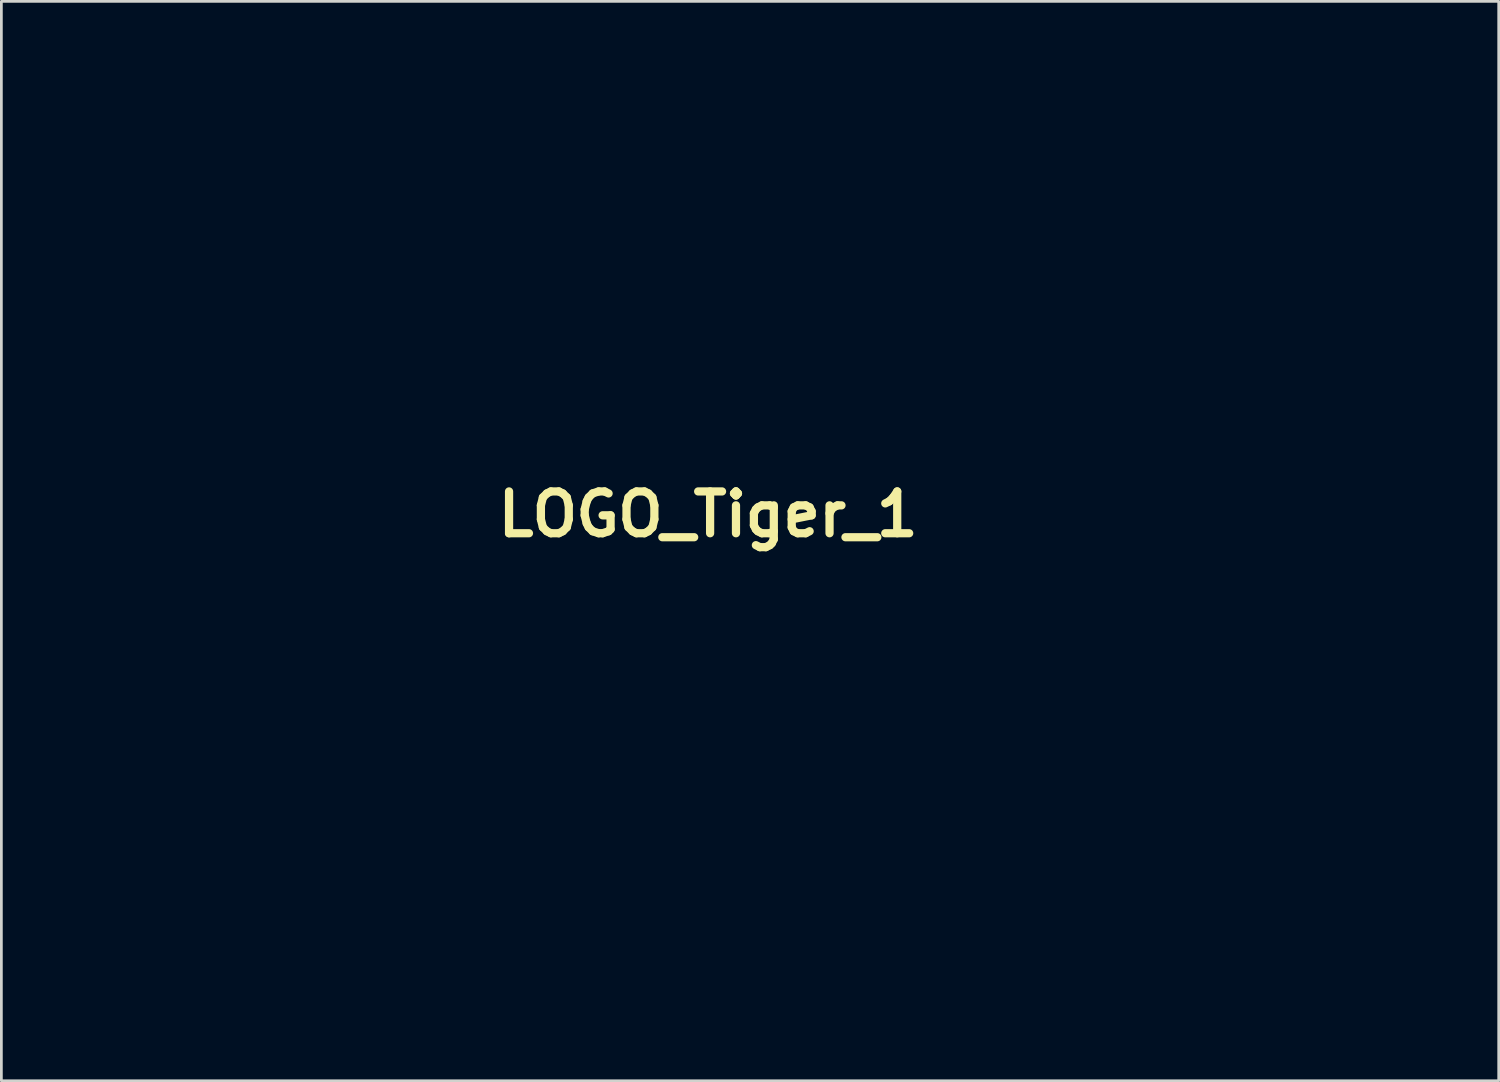
<source format=kicad_pcb>
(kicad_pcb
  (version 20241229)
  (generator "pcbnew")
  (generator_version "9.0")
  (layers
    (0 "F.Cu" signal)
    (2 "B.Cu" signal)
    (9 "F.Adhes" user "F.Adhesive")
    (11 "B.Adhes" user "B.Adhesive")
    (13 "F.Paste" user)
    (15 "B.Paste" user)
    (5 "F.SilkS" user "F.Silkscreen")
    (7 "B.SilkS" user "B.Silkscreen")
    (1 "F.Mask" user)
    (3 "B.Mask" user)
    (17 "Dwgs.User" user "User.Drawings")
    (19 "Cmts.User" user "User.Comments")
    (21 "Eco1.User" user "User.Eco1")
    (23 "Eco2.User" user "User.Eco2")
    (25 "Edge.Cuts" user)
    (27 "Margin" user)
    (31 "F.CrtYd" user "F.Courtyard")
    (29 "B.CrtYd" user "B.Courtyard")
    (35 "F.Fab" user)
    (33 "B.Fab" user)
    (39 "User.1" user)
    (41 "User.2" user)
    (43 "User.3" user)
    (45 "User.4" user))
  (footprint "LOGO_Tiger_1"
    (layer "F.Cu")
    (at 22.766 15.701)
    (property "Reference" "LOGO_Tiger_1" (at 0 0 0) (layer "F.SilkS") (effects (font (size 1.524 1.524) (thickness 0.3))))
    (attr board_only exclude_from_pos_files exclude_from_bom)
    (fp_poly (pts (xy -19.814 -0.782) (xy -19.812 -0.762) (xy -19.881 -0.688) (xy -19.944 -0.677) (xy -20.032 -0.718) (xy -20.024 -0.762) (xy -19.915 -0.843) (xy -19.892 -0.847)) (stroke (width 0) (type solid)) (fill yes) (layer "F.Mask"))
    (fp_poly (pts (xy 13.064 -7.403) (xy 13.156 -7.302) (xy 13.151 -7.232) (xy 13.054 -7.12) (xy 12.944 -7.163) (xy 12.899 -7.243) (xy 12.882 -7.393) (xy 12.985 -7.426)) (stroke (width 0) (type solid)) (fill yes) (layer "F.Mask"))
    (fp_poly (pts (xy 14.843 0.04) (xy 14.859 0.127) (xy 14.809 0.275) (xy 14.753 0.318) (xy 14.671 0.276) (xy 14.647 0.127) (xy 14.68 -0.038) (xy 14.753 -0.064)) (stroke (width 0) (type solid)) (fill yes) (layer "F.Mask"))
    (fp_poly (pts (xy 3.612 -6.984) (xy 3.706 -6.823) (xy 3.675 -6.624) (xy 3.566 -6.428) (xy 3.439 -6.364) (xy 3.362 -6.403) (xy 3.336 -6.52) (xy 3.353 -6.68) (xy 3.413 -6.938) (xy 3.463 -7.056) (xy 3.525 -7.06)) (stroke (width 0) (type solid)) (fill yes) (layer "F.Mask"))
    (fp_poly (pts (xy 16.07 12.415) (xy 16.254 12.533) (xy 16.34 12.675) (xy 16.341 12.688) (xy 16.281 12.774) (xy 16.115 12.748) (xy 15.896 12.636) (xy 15.71 12.495) (xy 15.68 12.403) (xy 15.807 12.365) (xy 15.854 12.364)) (stroke (width 0) (type solid)) (fill yes) (layer "F.Mask"))
    (fp_poly (pts (xy 19.455 -2.502) (xy 19.466 -2.395) (xy 19.424 -2.222) (xy 19.323 -2.051) (xy 19.197 -1.964) (xy 19.091 -1.977) (xy 19.05 -2.092) (xy 19.099 -2.235) (xy 19.215 -2.385) (xy 19.347 -2.492) (xy 19.449 -2.507)) (stroke (width 0) (type solid)) (fill yes) (layer "F.Mask"))
    (fp_poly (pts (xy 5.186 -6.223) (xy 5.255 -6.034) (xy 5.291 -5.821) (xy 5.303 -5.414) (xy 5.218 -5.074) (xy 5.212 -5.059) (xy 5.087 -4.821) (xy 4.992 -4.741) (xy 4.943 -4.816) (xy 4.956 -5.042) (xy 4.967 -5.101) (xy 5.012 -5.425) (xy 5.036 -5.78) (xy 5.037 -5.863) (xy 5.059 -6.141) (xy 5.115 -6.259)) (stroke (width 0) (type solid)) (fill yes) (layer "F.Mask"))
    (fp_poly (pts (xy 10.044 1.173) (xy 10.074 1.357) (xy 10.059 1.601) (xy 10.001 1.854) (xy 9.927 2.025) (xy 9.793 2.204) (xy 9.672 2.284) (xy 9.597 2.258) (xy 9.602 2.117) (xy 9.608 2.095) (xy 9.664 1.898) (xy 9.734 1.622) (xy 9.762 1.503) (xy 9.838 1.264) (xy 9.924 1.121) (xy 9.965 1.101)) (stroke (width 0) (type solid)) (fill yes) (layer "F.Mask"))
    (fp_poly (pts (xy 15.533 -2.917) (xy 15.583 -2.872) (xy 15.626 -2.76) (xy 15.572 -2.684) (xy 15.397 -2.63) (xy 15.093 -2.585) (xy 14.789 -2.532) (xy 14.531 -2.458) (xy 14.419 -2.407) (xy 14.266 -2.344) (xy 14.186 -2.364) (xy 14.163 -2.498) (xy 14.278 -2.619) (xy 14.543 -2.734) (xy 14.87 -2.825) (xy 15.207 -2.902) (xy 15.416 -2.932)) (stroke (width 0) (type solid)) (fill yes) (layer "F.Mask"))
    (fp_poly (pts (xy -0.679 -8.651) (xy -0.548 -8.598) (xy -0.246 -8.424) (xy -0.06 -8.253) (xy 0.001 -8.106) (xy -0.069 -8.001) (xy -0.28 -7.959) (xy -0.296 -7.959) (xy -0.501 -7.978) (xy -0.583 -8.052) (xy -0.593 -8.127) (xy -0.633 -8.246) (xy -0.778 -8.318) (xy -0.935 -8.35) (xy -1.164 -8.407) (xy -1.252 -8.49) (xy -1.252 -8.542) (xy -1.153 -8.666) (xy -0.949 -8.704)) (stroke (width 0) (type solid)) (fill yes) (layer "F.Mask"))
    (fp_poly (pts (xy 2.277 -9.494) (xy 2.285 -9.483) (xy 2.349 -9.303) (xy 2.369 -9.128) (xy 2.402 -8.938) (xy 2.464 -8.842) (xy 2.514 -8.725) (xy 2.503 -8.523) (xy 2.443 -8.304) (xy 2.36 -8.157) (xy 2.222 -8.056) (xy 2.102 -8.056) (xy 2.056 -8.15) (xy 2.064 -8.191) (xy 2.156 -8.617) (xy 2.167 -8.976) (xy 2.13 -9.152) (xy 2.092 -9.343) (xy 2.116 -9.492) (xy 2.185 -9.555)) (stroke (width 0) (type solid)) (fill yes) (layer "F.Mask"))
    (fp_poly (pts (xy 9.782 -4.032) (xy 9.88 -3.933) (xy 9.861 -3.83) (xy 9.666 -3.302) (xy 9.565 -2.836) (xy 9.543 -2.573) (xy 9.522 -2.302) (xy 9.478 -2.163) (xy 9.396 -2.118) (xy 9.377 -2.117) (xy 9.252 -2.166) (xy 9.229 -2.223) (xy 9.243 -2.357) (xy 9.277 -2.602) (xy 9.32 -2.879) (xy 9.373 -3.208) (xy 9.418 -3.505) (xy 9.442 -3.674) (xy 9.517 -3.938) (xy 9.654 -4.048)) (stroke (width 0) (type solid)) (fill yes) (layer "F.Mask"))
    (fp_poly (pts (xy 11.816 -4.594) (xy 12.089 -4.57) (xy 12.343 -4.538) (xy 12.52 -4.502) (xy 12.564 -4.483) (xy 12.612 -4.361) (xy 12.629 -4.175) (xy 12.615 -4.004) (xy 12.573 -3.928) (xy 12.445 -3.952) (xy 12.339 -4.014) (xy 12.168 -4.092) (xy 11.906 -4.16) (xy 11.767 -4.183) (xy 11.507 -4.231) (xy 11.378 -4.298) (xy 11.345 -4.397) (xy 11.395 -4.548) (xy 11.451 -4.593) (xy 11.584 -4.604)) (stroke (width 0) (type solid)) (fill yes) (layer "F.Mask"))
    (fp_poly (pts (xy 16.42 -6.806) (xy 16.401 -6.663) (xy 16.271 -6.443) (xy 16.039 -6.165) (xy 15.994 -6.117) (xy 15.721 -5.848) (xy 15.541 -5.706) (xy 15.44 -5.686) (xy 15.409 -5.781) (xy 15.409 -5.781) (xy 15.463 -5.905) (xy 15.597 -6.091) (xy 15.663 -6.167) (xy 15.818 -6.356) (xy 15.908 -6.502) (xy 15.917 -6.536) (xy 15.985 -6.663) (xy 16.138 -6.788) (xy 16.304 -6.854) (xy 16.32 -6.855)) (stroke (width 0) (type solid)) (fill yes) (layer "F.Mask"))
    (fp_poly (pts (xy -13.35 -10.682) (xy -13.227 -10.514) (xy -13.141 -10.315) (xy -13.123 -10.205) (xy -13.08 -10.02) (xy -12.974 -9.791) (xy -12.954 -9.756) (xy -12.82 -9.507) (xy -12.796 -9.366) (xy -12.88 -9.315) (xy -12.91 -9.313) (xy -13.012 -9.385) (xy -13.136 -9.568) (xy -13.209 -9.716) (xy -13.326 -9.978) (xy -13.428 -10.194) (xy -13.465 -10.265) (xy -13.531 -10.452) (xy -13.541 -10.633) (xy -13.496 -10.743) (xy -13.467 -10.753)) (stroke (width 0) (type solid)) (fill yes) (layer "F.Mask"))
    (fp_poly (pts (xy -8.888 -2.427) (xy -8.653 -2.265) (xy -8.564 -2.117) (xy -8.496 -1.91) (xy -8.524 -1.773) (xy -8.553 -1.733) (xy -8.707 -1.639) (xy -8.905 -1.611) (xy -9.066 -1.655) (xy -9.098 -1.688) (xy -9.077 -1.787) (xy -9.002 -1.849) (xy -8.904 -1.935) (xy -8.952 -2.046) (xy -8.968 -2.066) (xy -9.138 -2.18) (xy -9.246 -2.201) (xy -9.363 -2.245) (xy -9.362 -2.339) (xy -9.254 -2.424) (xy -9.194 -2.442)) (stroke (width 0) (type solid)) (fill yes) (layer "F.Mask"))
    (fp_poly (pts (xy -15.351 0.676) (xy -15.053 0.744) (xy -14.782 0.854) (xy -14.668 0.926) (xy -14.501 1.102) (xy -14.402 1.301) (xy -14.381 1.479) (xy -14.448 1.591) (xy -14.52 1.609) (xy -14.627 1.539) (xy -14.647 1.455) (xy -14.72 1.285) (xy -14.905 1.12) (xy -15.152 0.984) (xy -15.41 0.901) (xy -15.629 0.896) (xy -15.728 0.945) (xy -15.856 0.998) (xy -15.944 0.921) (xy -15.947 0.783) (xy -15.844 0.691) (xy -15.63 0.657)) (stroke (width 0) (type solid)) (fill yes) (layer "F.Mask"))
    (fp_poly (pts (xy -6.817 2.543) (xy -6.564 2.618) (xy -6.435 2.709) (xy -6.298 2.913) (xy -6.276 3.106) (xy -6.373 3.238) (xy -6.399 3.251) (xy -6.587 3.298) (xy -6.657 3.235) (xy -6.639 3.092) (xy -6.632 2.923) (xy -6.745 2.813) (xy -6.809 2.782) (xy -6.983 2.728) (xy -7.136 2.769) (xy -7.28 2.864) (xy -7.48 3.002) (xy -7.581 3.034) (xy -7.617 2.962) (xy -7.62 2.882) (xy -7.546 2.715) (xy -7.356 2.598) (xy -7.097 2.538)) (stroke (width 0) (type solid)) (fill yes) (layer "F.Mask"))
    (fp_poly (pts (xy -15.717 -2.646) (xy -15.602 -2.517) (xy -15.595 -2.487) (xy -15.624 -2.334) (xy -15.786 -2.252) (xy -15.947 -2.184) (xy -16.002 -2.113) (xy -15.932 -2.068) (xy -15.779 -2.085) (xy -15.621 -2.105) (xy -15.59 -2.043) (xy -15.594 -2.028) (xy -15.718 -1.855) (xy -15.935 -1.707) (xy -16.194 -1.602) (xy -16.443 -1.561) (xy -16.628 -1.601) (xy -16.664 -1.632) (xy -16.73 -1.834) (xy -16.681 -2.097) (xy -16.53 -2.375) (xy -16.356 -2.568) (xy -16.152 -2.678) (xy -15.919 -2.703)) (stroke (width 0) (type solid)) (fill yes) (layer "F.Mask"))
    (fp_poly (pts (xy 1.662 -9.284) (xy 1.73 -9.181) (xy 1.824 -9.031) (xy 1.872 -8.975) (xy 1.961 -8.811) (xy 1.99 -8.549) (xy 1.963 -8.304) (xy 1.885 -8.068) (xy 1.774 -7.991) (xy 1.612 -8.058) (xy 1.587 -8.077) (xy 1.475 -8.249) (xy 1.439 -8.455) (xy 1.416 -8.638) (xy 1.359 -8.72) (xy 1.355 -8.721) (xy 1.28 -8.789) (xy 1.27 -8.848) (xy 1.332 -8.96) (xy 1.385 -8.975) (xy 1.465 -9.038) (xy 1.458 -9.197) (xy 1.464 -9.354) (xy 1.543 -9.382)) (stroke (width 0) (type solid)) (fill yes) (layer "F.Mask"))
    (fp_poly (pts (xy 8.626 -4.197) (xy 8.661 -4.086) (xy 8.627 -3.874) (xy 8.536 -3.611) (xy 8.447 -3.429) (xy 8.395 -3.262) (xy 8.348 -2.985) (xy 8.315 -2.656) (xy 8.315 -2.646) (xy 8.285 -2.3) (xy 8.245 -2.104) (xy 8.188 -2.038) (xy 8.105 -2.083) (xy 8.1 -2.088) (xy 8.058 -2.219) (xy 8.045 -2.458) (xy 8.06 -2.747) (xy 8.102 -3.028) (xy 8.126 -3.127) (xy 8.192 -3.422) (xy 8.229 -3.701) (xy 8.285 -3.932) (xy 8.398 -4.116) (xy 8.534 -4.21)) (stroke (width 0) (type solid)) (fill yes) (layer "F.Mask"))
    (fp_poly (pts (xy 8.934 -7.455) (xy 9.261 -7.356) (xy 9.521 -7.23) (xy 9.658 -7.101) (xy 9.709 -6.915) (xy 9.646 -6.824) (xy 9.509 -6.859) (xy 9.428 -6.93) (xy 9.109 -7.154) (xy 8.687 -7.269) (xy 8.474 -7.281) (xy 8.154 -7.217) (xy 7.934 -7.017) (xy 7.847 -6.837) (xy 7.758 -6.705) (xy 7.617 -6.723) (xy 7.56 -6.756) (xy 7.475 -6.885) (xy 7.521 -7.049) (xy 7.668 -7.223) (xy 7.891 -7.378) (xy 8.163 -7.486) (xy 8.292 -7.511) (xy 8.593 -7.513)) (stroke (width 0) (type solid)) (fill yes) (layer "F.Mask"))
    (fp_poly (pts (xy -13.062 2.167) (xy -12.775 2.293) (xy -12.466 2.474) (xy -12.161 2.69) (xy -11.889 2.919) (xy -11.679 3.137) (xy -11.557 3.324) (xy -11.553 3.457) (xy -11.565 3.471) (xy -11.678 3.467) (xy -11.884 3.325) (xy -12.039 3.186) (xy -12.312 2.954) (xy -12.622 2.73) (xy -12.925 2.541) (xy -13.181 2.412) (xy -13.335 2.371) (xy -13.474 2.43) (xy -13.547 2.498) (xy -13.688 2.613) (xy -13.779 2.582) (xy -13.801 2.472) (xy -13.73 2.259) (xy -13.523 2.142) (xy -13.297 2.119)) (stroke (width 0) (type solid)) (fill yes) (layer "F.Mask"))
    (fp_poly (pts (xy -9.568 -11.504) (xy -9.567 -11.489) (xy -9.603 -11.357) (xy -9.631 -11.331) (xy -9.697 -11.247) (xy -9.814 -11.05) (xy -9.958 -10.78) (xy -9.983 -10.732) (xy -10.147 -10.419) (xy -10.261 -10.24) (xy -10.343 -10.171) (xy -10.414 -10.19) (xy -10.434 -10.209) (xy -10.448 -10.316) (xy -10.414 -10.499) (xy -10.376 -10.682) (xy -10.383 -10.778) (xy -10.378 -10.875) (xy -10.314 -11.053) (xy -10.216 -11.249) (xy -10.113 -11.399) (xy -10.108 -11.405) (xy -9.955 -11.502) (xy -9.789 -11.562) (xy -9.622 -11.579)) (stroke (width 0) (type solid)) (fill yes) (layer "F.Mask"))
    (fp_poly (pts (xy 5.813 -9.472) (xy 5.873 -9.223) (xy 5.903 -8.841) (xy 5.923 -8.497) (xy 5.961 -8.202) (xy 6.008 -8.011) (xy 6.016 -7.992) (xy 6.076 -7.794) (xy 6.076 -7.588) (xy 6.021 -7.441) (xy 5.969 -7.409) (xy 5.834 -7.408) (xy 5.613 -7.424) (xy 5.57 -7.428) (xy 5.366 -7.459) (xy 5.288 -7.527) (xy 5.296 -7.68) (xy 5.305 -7.731) (xy 5.381 -8.015) (xy 5.471 -8.247) (xy 5.549 -8.498) (xy 5.588 -8.795) (xy 5.589 -8.84) (xy 5.612 -9.241) (xy 5.667 -9.481) (xy 5.74 -9.558)) (stroke (width 0) (type solid)) (fill yes) (layer "F.Mask"))
    (fp_poly (pts (xy -7.372 -8.424) (xy -7.398 -8.305) (xy -7.55 -8.126) (xy -7.786 -7.927) (xy -8.017 -7.732) (xy -8.19 -7.55) (xy -8.257 -7.444) (xy -8.333 -7.311) (xy -8.388 -7.281) (xy -8.452 -7.215) (xy -8.462 -7.073) (xy -8.417 -6.936) (xy -8.381 -6.899) (xy -8.327 -6.809) (xy -8.403 -6.725) (xy -8.567 -6.689) (xy -8.675 -6.707) (xy -8.716 -6.794) (xy -8.708 -6.992) (xy -8.701 -7.055) (xy -8.616 -7.399) (xy -8.424 -7.707) (xy -8.17 -7.966) (xy -7.882 -8.219) (xy -7.688 -8.373) (xy -7.56 -8.449) (xy -7.48 -8.467)) (stroke (width 0) (type solid)) (fill yes) (layer "F.Mask"))
    (fp_poly (pts (xy 15.093 12.855) (xy 15.398 13.048) (xy 15.508 13.145) (xy 15.675 13.259) (xy 15.79 13.293) (xy 15.903 13.339) (xy 15.917 13.379) (xy 15.974 13.483) (xy 16.117 13.654) (xy 16.22 13.758) (xy 16.404 13.975) (xy 16.463 14.133) (xy 16.392 14.216) (xy 16.327 14.224) (xy 16.225 14.168) (xy 16.046 14.024) (xy 15.853 13.843) (xy 15.645 13.646) (xy 15.485 13.509) (xy 15.411 13.462) (xy 15.315 13.41) (xy 15.187 13.304) (xy 14.982 13.142) (xy 14.832 13.047) (xy 14.678 12.928) (xy 14.666 12.83) (xy 14.797 12.785) (xy 14.818 12.785)) (stroke (width 0) (type solid)) (fill yes) (layer "F.Mask"))
    (fp_poly (pts (xy -11.977 13.347) (xy -11.762 13.478) (xy -11.556 13.678) (xy -11.406 13.905) (xy -11.335 14.188) (xy -11.347 14.533) (xy -11.434 14.863) (xy -11.557 15.07) (xy -11.752 15.201) (xy -11.924 15.24) (xy -12.137 15.24) (xy -11.932 15.007) (xy -11.78 14.846) (xy -11.673 14.752) (xy -11.663 14.746) (xy -11.604 14.654) (xy -11.616 14.532) (xy -11.684 14.478) (xy -11.759 14.409) (xy -11.769 14.348) (xy -11.82 14.183) (xy -11.943 13.984) (xy -12.095 13.81) (xy -12.229 13.719) (xy -12.25 13.716) (xy -12.334 13.643) (xy -12.361 13.504) (xy -12.308 13.347) (xy -12.17 13.299)) (stroke (width 0) (type solid)) (fill yes) (layer "F.Mask"))
    (fp_poly (pts (xy -6.47 2.08) (xy -6.453 2.082) (xy -6.107 2.17) (xy -5.759 2.317) (xy -5.448 2.5) (xy -5.213 2.695) (xy -5.089 2.879) (xy -5.08 2.936) (xy -5.13 3.038) (xy -5.263 3.018) (xy -5.454 2.883) (xy -5.542 2.798) (xy -5.759 2.621) (xy -5.986 2.505) (xy -6.023 2.495) (xy -6.196 2.43) (xy -6.265 2.353) (xy -6.344 2.304) (xy -6.574 2.311) (xy -6.668 2.323) (xy -7.052 2.375) (xy -7.299 2.394) (xy -7.439 2.381) (xy -7.502 2.336) (xy -7.508 2.321) (xy -7.462 2.233) (xy -7.291 2.154) (xy -7.039 2.096) (xy -6.751 2.068)) (stroke (width 0) (type solid)) (fill yes) (layer "F.Mask"))
    (fp_poly (pts (xy 10.291 -3.989) (xy 10.329 -3.79) (xy 10.324 -3.505) (xy 10.28 -3.171) (xy 10.199 -2.826) (xy 10.084 -2.508) (xy 10.083 -2.506) (xy 9.943 -2.189) (xy 9.815 -1.892) (xy 9.741 -1.714) (xy 9.627 -1.498) (xy 9.522 -1.447) (xy 9.438 -1.528) (xy 9.435 -1.663) (xy 9.466 -1.718) (xy 9.523 -1.846) (xy 9.598 -2.091) (xy 9.678 -2.406) (xy 9.694 -2.477) (xy 9.771 -2.791) (xy 9.846 -3.037) (xy 9.904 -3.17) (xy 9.915 -3.18) (xy 9.966 -3.289) (xy 9.99 -3.491) (xy 9.991 -3.512) (xy 10.022 -3.847) (xy 10.113 -4.029) (xy 10.207 -4.064)) (stroke (width 0) (type solid)) (fill yes) (layer "F.Mask"))
    (fp_poly (pts (xy 17.328 -3.822) (xy 17.361 -3.803) (xy 17.426 -3.729) (xy 17.365 -3.636) (xy 17.289 -3.573) (xy 17.148 -3.4) (xy 17.15 -3.277) (xy 17.152 -3.166) (xy 17.026 -3.099) (xy 16.945 -3.08) (xy 16.689 -2.959) (xy 16.466 -2.742) (xy 16.293 -2.559) (xy 16.135 -2.462) (xy 16.028 -2.467) (xy 16.002 -2.541) (xy 16.043 -2.675) (xy 16.108 -2.8) (xy 16.168 -2.944) (xy 16.102 -3.035) (xy 16.064 -3.058) (xy 15.958 -3.163) (xy 16.004 -3.25) (xy 16.182 -3.299) (xy 16.265 -3.302) (xy 16.542 -3.375) (xy 16.747 -3.519) (xy 17.001 -3.737) (xy 17.185 -3.834)) (stroke (width 0) (type solid)) (fill yes) (layer "F.Mask"))
    (fp_poly (pts (xy -2.361 0.311) (xy -2.286 0.381) (xy -2.18 0.516) (xy -2.122 0.669) (xy -2.1 0.891) (xy -2.103 1.196) (xy -2.117 1.504) (xy -2.139 1.745) (xy -2.164 1.87) (xy -2.165 1.873) (xy -2.253 1.954) (xy -2.312 1.873) (xy -2.342 1.635) (xy -2.343 1.364) (xy -2.345 1.023) (xy -2.377 0.801) (xy -2.45 0.65) (xy -2.49 0.602) (xy -2.658 0.455) (xy -2.807 0.448) (xy -2.992 0.58) (xy -3.017 0.603) (xy -3.228 0.731) (xy -3.361 0.724) (xy -3.441 0.675) (xy -3.421 0.599) (xy -3.286 0.461) (xy -3.237 0.417) (xy -2.927 0.217) (xy -2.632 0.181)) (stroke (width 0) (type solid)) (fill yes) (layer "F.Mask"))
    (fp_poly (pts (xy -0.548 -6.494) (xy -0.405 -6.261) (xy -0.404 -6.259) (xy -0.305 -5.893) (xy -0.324 -5.472) (xy -0.449 -5.08) (xy -0.572 -4.885) (xy -0.702 -4.763) (xy -0.805 -4.737) (xy -0.847 -4.827) (xy -0.811 -4.963) (xy -0.749 -5.102) (xy -0.618 -5.363) (xy -0.558 -5.514) (xy -0.558 -5.594) (xy -0.601 -5.636) (xy -0.655 -5.752) (xy -0.645 -5.873) (xy -0.642 -6.076) (xy -0.68 -6.181) (xy -0.743 -6.256) (xy -0.76 -6.172) (xy -0.761 -6.152) (xy -0.807 -6.04) (xy -0.868 -6.035) (xy -0.94 -6.136) (xy -0.943 -6.309) (xy -0.882 -6.475) (xy -0.823 -6.535) (xy -0.678 -6.579)) (stroke (width 0) (type solid)) (fill yes) (layer "F.Mask"))
    (fp_poly (pts (xy 8.458 -5.107) (xy 8.439 -4.956) (xy 8.319 -4.747) (xy 8.294 -4.714) (xy 8.137 -4.468) (xy 8.032 -4.237) (xy 7.951 -4.06) (xy 7.875 -3.98) (xy 7.871 -3.979) (xy 7.819 -3.904) (xy 7.767 -3.711) (xy 7.745 -3.577) (xy 7.69 -3.218) (xy 7.637 -3) (xy 7.579 -2.897) (xy 7.53 -2.879) (xy 7.463 -2.949) (xy 7.451 -3.027) (xy 7.467 -3.246) (xy 7.508 -3.526) (xy 7.562 -3.815) (xy 7.62 -4.06) (xy 7.672 -4.208) (xy 7.686 -4.227) (xy 7.763 -4.333) (xy 7.857 -4.526) (xy 7.867 -4.549) (xy 8.009 -4.826) (xy 8.175 -5.043) (xy 8.33 -5.157) (xy 8.371 -5.165)) (stroke (width 0) (type solid)) (fill yes) (layer "F.Mask"))
    (fp_poly (pts (xy 12.965 0.308) (xy 13.136 0.464) (xy 13.292 0.607) (xy 13.407 0.675) (xy 13.414 0.676) (xy 13.533 0.71) (xy 13.741 0.796) (xy 13.837 0.84) (xy 14.415 1.061) (xy 14.969 1.174) (xy 15.177 1.185) (xy 15.381 1.205) (xy 15.489 1.255) (xy 15.494 1.27) (xy 15.418 1.309) (xy 15.222 1.334) (xy 14.954 1.344) (xy 14.665 1.339) (xy 14.403 1.318) (xy 14.266 1.294) (xy 14.086 1.234) (xy 13.835 1.133) (xy 13.742 1.092) (xy 13.513 0.995) (xy 13.349 0.938) (xy 13.313 0.931) (xy 13.19 0.877) (xy 13.026 0.744) (xy 12.867 0.58) (xy 12.758 0.43) (xy 12.739 0.345) (xy 12.835 0.262)) (stroke (width 0) (type solid)) (fill yes) (layer "F.Mask"))
    (fp_poly (pts (xy -14.171 2.4) (xy -14.139 2.44) (xy -14.121 2.481) (xy -14.051 2.539) (xy -13.905 2.629) (xy -13.656 2.767) (xy -13.293 2.962) (xy -13.088 3.073) (xy -12.954 3.148) (xy -12.794 3.231) (xy -12.568 3.339) (xy -12.536 3.354) (xy -12.243 3.512) (xy -11.977 3.695) (xy -11.778 3.873) (xy -11.686 4.013) (xy -11.684 4.032) (xy -11.733 4.139) (xy -11.853 4.111) (xy -11.9 4.072) (xy -12.013 3.993) (xy -12.227 3.867) (xy -12.446 3.746) (xy -13.027 3.435) (xy -13.475 3.191) (xy -13.81 3.006) (xy -14.048 2.869) (xy -14.208 2.768) (xy -14.308 2.695) (xy -14.365 2.638) (xy -14.369 2.633) (xy -14.466 2.466) (xy -14.424 2.386) (xy -14.309 2.371)) (stroke (width 0) (type solid)) (fill yes) (layer "F.Mask"))
    (fp_poly (pts (xy -8.737 -2.992) (xy -8.582 -2.925) (xy -8.554 -2.908) (xy -8.302 -2.726) (xy -8.079 -2.525) (xy -7.924 -2.345) (xy -7.874 -2.235) (xy -7.807 -2.114) (xy -7.774 -2.097) (xy -7.707 -2.016) (xy -7.747 -1.897) (xy -7.859 -1.801) (xy -7.956 -1.778) (xy -8.096 -1.833) (xy -8.129 -1.968) (xy -8.151 -2.103) (xy -8.2 -2.253) (xy -8.254 -2.365) (xy -8.291 -2.388) (xy -8.296 -2.358) (xy -8.351 -2.375) (xy -8.487 -2.483) (xy -8.56 -2.548) (xy -8.816 -2.744) (xy -9.002 -2.786) (xy -9.102 -2.709) (xy -9.216 -2.649) (xy -9.41 -2.625) (xy -9.595 -2.651) (xy -9.634 -2.717) (xy -9.541 -2.806) (xy -9.326 -2.899) (xy -9.183 -2.94) (xy -8.914 -2.996)) (stroke (width 0) (type solid)) (fill yes) (layer "F.Mask"))
    (fp_poly (pts (xy 6.046 1.511) (xy 6.047 1.634) (xy 5.99 1.839) (xy 5.968 1.894) (xy 5.892 2.19) (xy 5.849 2.616) (xy 5.842 2.94) (xy 5.842 3.372) (xy 5.845 3.664) (xy 5.854 3.846) (xy 5.869 3.947) (xy 5.895 3.997) (xy 5.932 4.025) (xy 6.005 4.144) (xy 6.011 4.196) (xy 5.95 4.297) (xy 5.821 4.311) (xy 5.716 4.235) (xy 5.678 4.109) (xy 5.637 3.876) (xy 5.615 3.706) (xy 5.573 3.436) (xy 5.522 3.231) (xy 5.491 3.166) (xy 5.459 3.024) (xy 5.472 2.799) (xy 5.522 2.567) (xy 5.59 2.413) (xy 5.643 2.281) (xy 5.697 2.055) (xy 5.712 1.973) (xy 5.78 1.718) (xy 5.876 1.539) (xy 5.976 1.467)) (stroke (width 0) (type solid)) (fill yes) (layer "F.Mask"))
    (fp_poly (pts (xy 7.568 1.847) (xy 7.58 1.979) (xy 7.533 2.161) (xy 7.454 2.316) (xy 7.381 2.371) (xy 7.306 2.441) (xy 7.2 2.62) (xy 7.148 2.731) (xy 7.028 2.973) (xy 6.915 3.16) (xy 6.881 3.202) (xy 6.787 3.375) (xy 6.773 3.457) (xy 6.734 3.613) (xy 6.637 3.848) (xy 6.513 4.097) (xy 6.392 4.295) (xy 6.351 4.347) (xy 6.256 4.358) (xy 6.23 4.329) (xy 6.207 4.163) (xy 6.259 3.944) (xy 6.364 3.755) (xy 6.401 3.718) (xy 6.504 3.554) (xy 6.519 3.468) (xy 6.562 3.303) (xy 6.674 3.043) (xy 6.831 2.733) (xy 7.008 2.42) (xy 7.182 2.147) (xy 7.316 1.974) (xy 7.466 1.848) (xy 7.562 1.839)) (stroke (width 0) (type solid)) (fill yes) (layer "F.Mask"))
    (fp_poly (pts (xy -3.461 -6.376) (xy -3.387 -6.279) (xy -3.387 -6.273) (xy -3.438 -6.16) (xy -3.566 -5.989) (xy -3.597 -5.953) (xy -3.753 -5.805) (xy -3.85 -5.792) (xy -3.877 -5.82) (xy -3.958 -5.848) (xy -4.1 -5.753) (xy -4.238 -5.617) (xy -4.49 -5.353) (xy -4.759 -5.074) (xy -4.828 -5.004) (xy -5.028 -4.778) (xy -5.19 -4.562) (xy -5.234 -4.487) (xy -5.37 -4.258) (xy -5.505 -4.064) (xy -5.669 -3.852) (xy -5.671 -4.131) (xy -5.618 -4.385) (xy -5.483 -4.68) (xy -5.303 -4.937) (xy -5.245 -4.995) (xy -5.171 -5.086) (xy -5.044 -5.26) (xy -5.007 -5.313) (xy -4.859 -5.489) (xy -4.733 -5.583) (xy -4.709 -5.588) (xy -4.591 -5.651) (xy -4.445 -5.803) (xy -4.432 -5.821) (xy -4.231 -6.029) (xy -4.014 -6.181) (xy -3.826 -6.291) (xy -3.714 -6.382) (xy -3.713 -6.383) (xy -3.601 -6.422)) (stroke (width 0) (type solid)) (fill yes) (layer "F.Mask"))
    (fp_poly (pts (xy -15.902 1.194) (xy -15.855 1.289) (xy -15.93 1.388) (xy -15.993 1.412) (xy -16.135 1.476) (xy -16.171 1.526) (xy -16.242 1.596) (xy -16.414 1.677) (xy -16.425 1.681) (xy -16.601 1.767) (xy -16.679 1.855) (xy -16.679 1.858) (xy -16.752 1.925) (xy -16.891 1.947) (xy -17.082 1.996) (xy -17.261 2.112) (xy -17.381 2.255) (xy -17.393 2.38) (xy -17.391 2.383) (xy -17.404 2.492) (xy -17.519 2.591) (xy -17.643 2.623) (xy -17.678 2.551) (xy -17.674 2.369) (xy -17.665 2.307) (xy -17.63 2.057) (xy -17.612 1.86) (xy -17.612 1.841) (xy -17.557 1.716) (xy -17.497 1.693) (xy -17.359 1.635) (xy -17.23 1.524) (xy -17.075 1.397) (xy -16.963 1.355) (xy -16.859 1.303) (xy -16.849 1.268) (xy -16.774 1.215) (xy -16.589 1.191) (xy -16.531 1.191) (xy -16.275 1.19) (xy -16.07 1.175) (xy -16.053 1.172)) (stroke (width 0) (type solid)) (fill yes) (layer "F.Mask"))
    (fp_poly (pts (xy -17.528 -0.188) (xy -17.433 -0.095) (xy -17.296 0.099) (xy -17.307 0.261) (xy -17.462 0.438) (xy -17.572 0.538) (xy -17.564 0.546) (xy -17.429 0.459) (xy -17.386 0.431) (xy -17.175 0.314) (xy -17.003 0.255) (xy -16.984 0.254) (xy -16.865 0.301) (xy -16.865 0.413) (xy -16.969 0.543) (xy -17.075 0.609) (xy -17.267 0.777) (xy -17.311 0.931) (xy -17.383 1.127) (xy -17.568 1.38) (xy -17.699 1.522) (xy -17.899 1.734) (xy -17.983 1.858) (xy -17.966 1.918) (xy -17.928 1.931) (xy -17.79 2.001) (xy -17.786 2.098) (xy -17.898 2.179) (xy -18.044 2.201) (xy -18.224 2.187) (xy -18.279 2.111) (xy -18.26 1.968) (xy -18.213 1.737) (xy -18.151 1.444) (xy -18.132 1.355) (xy -18.093 1.109) (xy -18.091 0.93) (xy -18.103 0.89) (xy -18.134 0.689) (xy -18.029 0.399) (xy -17.848 0.102) (xy -17.698 -0.109) (xy -17.604 -0.2)) (stroke (width 0) (type solid)) (fill yes) (layer "F.Mask"))
    (fp_poly (pts (xy 23.632 2.347) (xy 23.662 2.47) (xy 23.634 2.669) (xy 23.634 2.669) (xy 23.618 2.952) (xy 23.688 3.111) (xy 23.832 3.263) (xy 23.963 3.291) (xy 24.039 3.195) (xy 24.045 3.133) (xy 24.106 2.99) (xy 24.205 2.963) (xy 24.354 2.892) (xy 24.409 2.794) (xy 24.501 2.656) (xy 24.588 2.625) (xy 24.672 2.632) (xy 24.709 2.677) (xy 24.701 2.796) (xy 24.648 3.022) (xy 24.596 3.217) (xy 24.524 3.53) (xy 24.479 3.821) (xy 24.47 3.949) (xy 24.427 4.172) (xy 24.335 4.267) (xy 24.185 4.311) (xy 24.135 4.256) (xy 24.13 4.149) (xy 24.092 4.011) (xy 24.04 3.979) (xy 23.988 3.914) (xy 24.002 3.814) (xy 23.998 3.674) (xy 23.863 3.553) (xy 23.8 3.518) (xy 23.566 3.425) (xy 23.361 3.387) (xy 23.244 3.368) (xy 23.203 3.28) (xy 23.218 3.077) (xy 23.22 3.06) (xy 23.28 2.807) (xy 23.378 2.575) (xy 23.49 2.402) (xy 23.593 2.332)) (stroke (width 0) (type solid)) (fill yes) (layer "F.Mask"))
    (fp_poly (pts (xy -10.069 4.286) (xy -9.964 4.335) (xy -9.767 4.424) (xy -9.649 4.459) (xy -9.343 4.553) (xy -9.024 4.718) (xy -8.733 4.925) (xy -8.508 5.145) (xy -8.391 5.346) (xy -8.382 5.405) (xy -8.441 5.573) (xy -8.582 5.626) (xy -8.754 5.553) (xy -8.808 5.5) (xy -8.941 5.39) (xy -9.01 5.409) (xy -9.007 5.525) (xy -8.922 5.709) (xy -8.887 5.761) (xy -8.774 5.951) (xy -8.768 6.077) (xy -8.808 6.141) (xy -8.975 6.247) (xy -9.079 6.265) (xy -9.199 6.232) (xy -9.206 6.103) (xy -9.198 6.068) (xy -9.197 5.924) (xy -9.285 5.765) (xy -9.485 5.551) (xy -9.514 5.523) (xy -9.752 5.322) (xy -9.982 5.171) (xy -10.104 5.118) (xy -10.269 5.054) (xy -10.329 4.99) (xy -10.403 4.929) (xy -10.585 4.871) (xy -10.626 4.863) (xy -10.807 4.796) (xy -10.914 4.7) (xy -10.924 4.613) (xy -10.814 4.572) (xy -10.805 4.572) (xy -10.691 4.501) (xy -10.643 4.403) (xy -10.533 4.273) (xy -10.325 4.232)) (stroke (width 0) (type solid)) (fill yes) (layer "F.Mask"))
    (fp_poly (pts (xy 14.905 -7.439) (xy 14.984 -7.3) (xy 14.986 -7.269) (xy 14.938 -7.068) (xy 14.822 -6.864) (xy 14.681 -6.72) (xy 14.595 -6.689) (xy 14.501 -6.618) (xy 14.478 -6.516) (xy 14.419 -6.365) (xy 14.269 -6.159) (xy 14.126 -6.008) (xy 13.934 -5.807) (xy 13.873 -5.695) (xy 13.909 -5.673) (xy 14.059 -5.719) (xy 14.097 -5.757) (xy 14.202 -5.823) (xy 14.352 -5.84) (xy 14.463 -5.804) (xy 14.478 -5.77) (xy 14.408 -5.655) (xy 14.226 -5.502) (xy 14.007 -5.364) (xy 13.847 -5.32) (xy 13.566 -5.284) (xy 13.216 -5.261) (xy 13.054 -5.257) (xy 12.688 -5.255) (xy 12.459 -5.265) (xy 12.335 -5.292) (xy 12.285 -5.345) (xy 12.277 -5.412) (xy 12.321 -5.578) (xy 12.419 -5.651) (xy 12.524 -5.598) (xy 12.532 -5.587) (xy 12.654 -5.52) (xy 12.906 -5.528) (xy 12.946 -5.535) (xy 13.324 -5.679) (xy 13.693 -5.991) (xy 14.056 -6.472) (xy 14.258 -6.816) (xy 14.416 -7.103) (xy 14.549 -7.333) (xy 14.632 -7.463) (xy 14.641 -7.475) (xy 14.768 -7.511)) (stroke (width 0) (type solid)) (fill yes) (layer "F.Mask"))
    (fp_poly (pts (xy 20.897 -2.384) (xy 20.779 -2.155) (xy 20.523 -1.83) (xy 20.407 -1.7) (xy 20.21 -1.469) (xy 20.075 -1.283) (xy 20.029 -1.179) (xy 20.031 -1.174) (xy 20.123 -1.164) (xy 20.294 -1.218) (xy 20.482 -1.305) (xy 20.622 -1.399) (xy 20.659 -1.455) (xy 20.727 -1.518) (xy 20.775 -1.524) (xy 20.924 -1.584) (xy 20.997 -1.651) (xy 21.129 -1.742) (xy 21.287 -1.778) (xy 21.402 -1.75) (xy 21.421 -1.706) (xy 21.361 -1.598) (xy 21.229 -1.463) (xy 21.092 -1.367) (xy 21.049 -1.355) (xy 20.947 -1.308) (xy 20.771 -1.192) (xy 20.717 -1.153) (xy 20.472 -0.988) (xy 20.189 -0.825) (xy 19.916 -0.689) (xy 19.707 -0.606) (xy 19.637 -0.593) (xy 19.577 -0.662) (xy 19.591 -0.796) (xy 19.608 -0.942) (xy 19.532 -0.969) (xy 19.473 -0.956) (xy 19.335 -0.96) (xy 19.304 -1.048) (xy 19.371 -1.175) (xy 19.529 -1.3) (xy 19.537 -1.304) (xy 19.652 -1.37) (xy 19.762 -1.449) (xy 19.893 -1.567) (xy 20.071 -1.747) (xy 20.323 -2.016) (xy 20.487 -2.192) (xy 20.676 -2.381) (xy 20.82 -2.497) (xy 20.88 -2.516)) (stroke (width 0) (type solid)) (fill yes) (layer "F.Mask"))
    (fp_poly (pts (xy 25.085 3.398) (xy 25.13 3.458) (xy 25.14 3.602) (xy 25.12 3.866) (xy 25.109 3.979) (xy 25.086 4.336) (xy 25.103 4.531) (xy 25.141 4.572) (xy 25.204 4.498) (xy 25.231 4.321) (xy 25.231 4.318) (xy 25.262 4.131) (xy 25.337 4.059) (xy 25.428 4.128) (xy 25.437 4.234) (xy 25.43 4.469) (xy 25.409 4.795) (xy 25.389 5.032) (xy 25.334 5.505) (xy 25.268 5.828) (xy 25.186 6.017) (xy 25.082 6.093) (xy 25.051 6.096) (xy 24.993 6.027) (xy 24.979 5.874) (xy 25.007 5.713) (xy 25.061 5.63) (xy 25.132 5.511) (xy 25.146 5.414) (xy 25.11 5.279) (xy 25.061 5.249) (xy 24.998 5.322) (xy 24.977 5.461) (xy 24.948 5.62) (xy 24.894 5.673) (xy 24.813 5.745) (xy 24.757 5.884) (xy 24.678 6.058) (xy 24.58 6.081) (xy 24.497 5.964) (xy 24.48 5.807) (xy 24.491 5.554) (xy 24.51 5.392) (xy 24.559 5.046) (xy 24.615 4.649) (xy 24.643 4.445) (xy 24.707 4.003) (xy 24.762 3.703) (xy 24.817 3.519) (xy 24.88 3.423) (xy 24.96 3.389) (xy 24.997 3.387)) (stroke (width 0) (type solid)) (fill yes) (layer "F.Mask"))
    (fp_poly (pts (xy 12.035 1.307) (xy 12.131 1.33) (xy 12.412 1.372) (xy 12.804 1.389) (xy 13.25 1.379) (xy 13.271 1.377) (xy 13.642 1.359) (xy 13.874 1.359) (xy 14 1.381) (xy 14.049 1.428) (xy 14.055 1.47) (xy 13.992 1.59) (xy 13.928 1.609) (xy 13.815 1.67) (xy 13.801 1.722) (xy 13.721 1.824) (xy 13.506 1.92) (xy 13.186 2.001) (xy 12.794 2.058) (xy 12.514 2.078) (xy 12.199 2.096) (xy 11.937 2.118) (xy 11.794 2.138) (xy 11.595 2.153) (xy 11.409 2.14) (xy 11.24 2.093) (xy 11.176 2.036) (xy 11.257 1.955) (xy 11.489 1.897) (xy 11.854 1.867) (xy 12.049 1.864) (xy 12.332 1.85) (xy 12.477 1.813) (xy 12.488 1.778) (xy 12.37 1.709) (xy 12.269 1.693) (xy 12.785 1.693) (xy 12.856 1.76) (xy 13.054 1.754) (xy 13.293 1.693) (xy 13.4 1.651) (xy 13.371 1.629) (xy 13.191 1.618) (xy 13.145 1.617) (xy 12.925 1.63) (xy 12.798 1.671) (xy 12.785 1.693) (xy 12.269 1.693) (xy 12.251 1.691) (xy 12.084 1.647) (xy 11.905 1.547) (xy 11.762 1.426) (xy 11.705 1.322) (xy 11.717 1.293) (xy 11.827 1.278)) (stroke (width 0) (type solid)) (fill yes) (layer "F.Mask"))
    (fp_poly (pts (xy 14.462 9.005) (xy 14.439 9.096) (xy 14.26 9.251) (xy 13.949 9.454) (xy 13.67 9.636) (xy 13.543 9.752) (xy 13.565 9.804) (xy 13.568 9.805) (xy 13.69 9.901) (xy 13.703 10.105) (xy 13.617 10.37) (xy 13.555 10.579) (xy 13.602 10.671) (xy 13.743 10.642) (xy 13.962 10.49) (xy 14.014 10.444) (xy 14.265 10.246) (xy 14.54 10.07) (xy 14.787 9.947) (xy 14.941 9.906) (xy 14.982 9.974) (xy 14.986 10.017) (xy 14.918 10.122) (xy 14.745 10.259) (xy 14.638 10.325) (xy 14.348 10.515) (xy 14.059 10.746) (xy 13.995 10.806) (xy 13.789 10.975) (xy 13.603 11.078) (xy 13.539 11.091) (xy 13.449 11.071) (xy 13.4 10.983) (xy 13.38 10.791) (xy 13.377 10.583) (xy 13.362 10.267) (xy 13.307 10.106) (xy 13.203 10.088) (xy 13.038 10.203) (xy 13.024 10.216) (xy 12.888 10.304) (xy 12.816 10.305) (xy 12.788 10.178) (xy 12.834 10.003) (xy 12.923 9.86) (xy 12.998 9.821) (xy 13.11 9.776) (xy 13.123 9.739) (xy 13.191 9.651) (xy 13.367 9.512) (xy 13.607 9.348) (xy 13.869 9.188) (xy 14.11 9.058) (xy 14.287 8.984) (xy 14.33 8.976)) (stroke (width 0) (type solid)) (fill yes) (layer "F.Mask"))
    (fp_poly (pts (xy 2.17 -6.942) (xy 2.343 -6.847) (xy 2.448 -6.753) (xy 2.455 -6.728) (xy 2.528 -6.665) (xy 2.688 -6.643) (xy 2.813 -6.638) (xy 2.882 -6.592) (xy 2.911 -6.469) (xy 2.915 -6.228) (xy 2.913 -6.096) (xy 2.884 -5.698) (xy 2.8 -5.397) (xy 2.714 -5.228) (xy 2.531 -4.996) (xy 2.342 -4.92) (xy 2.115 -4.991) (xy 2.094 -5.003) (xy 1.995 -5.083) (xy 2.014 -5.183) (xy 2.073 -5.273) (xy 2.157 -5.492) (xy 2.159 -5.502) (xy 2.406 -5.502) (xy 2.425 -5.321) (xy 2.469 -5.298) (xy 2.529 -5.431) (xy 2.593 -5.715) (xy 2.622 -5.894) (xy 2.648 -6.181) (xy 2.642 -6.393) (xy 2.617 -6.471) (xy 2.556 -6.519) (xy 2.512 -6.491) (xy 2.479 -6.361) (xy 2.447 -6.105) (xy 2.422 -5.844) (xy 2.406 -5.502) (xy 2.159 -5.502) (xy 2.189 -5.793) (xy 2.189 -5.84) (xy 2.176 -6.036) (xy 2.157 -6.067) (xy 2.141 -5.99) (xy 2.073 -5.815) (xy 1.979 -5.757) (xy 1.905 -5.789) (xy 1.884 -5.907) (xy 1.91 -6.152) (xy 1.911 -6.16) (xy 1.95 -6.401) (xy 1.985 -6.562) (xy 1.998 -6.594) (xy 1.986 -6.684) (xy 1.937 -6.792) (xy 1.885 -6.94) (xy 1.893 -7.002) (xy 1.998 -7.005)) (stroke (width 0) (type solid)) (fill yes) (layer "F.Mask"))
    (fp_poly (pts (xy 15.905 2.422) (xy 15.934 2.603) (xy 15.91 2.875) (xy 15.846 3.113) (xy 15.738 3.371) (xy 15.608 3.609) (xy 15.48 3.787) (xy 15.376 3.865) (xy 15.342 3.855) (xy 15.25 3.863) (xy 15.185 3.905) (xy 15.078 3.946) (xy 15.022 3.866) (xy 15.01 3.695) (xy 15.09 3.588) (xy 15.196 3.586) (xy 15.298 3.549) (xy 15.398 3.414) (xy 15.46 3.25) (xy 15.449 3.129) (xy 15.354 3.119) (xy 15.161 3.177) (xy 15.026 3.236) (xy 14.791 3.34) (xy 14.609 3.376) (xy 14.398 3.35) (xy 14.204 3.303) (xy 13.921 3.251) (xy 13.568 3.219) (xy 13.193 3.205) (xy 12.844 3.212) (xy 12.567 3.239) (xy 12.411 3.286) (xy 12.411 3.286) (xy 12.265 3.344) (xy 12.066 3.373) (xy 11.881 3.371) (xy 11.775 3.334) (xy 11.769 3.317) (xy 11.848 3.219) (xy 12.061 3.127) (xy 12.375 3.049) (xy 12.753 2.998) (xy 12.869 2.989) (xy 13.229 2.949) (xy 13.581 2.879) (xy 13.782 2.82) (xy 14.009 2.742) (xy 14.136 2.731) (xy 14.222 2.789) (xy 14.266 2.845) (xy 14.358 2.934) (xy 14.391 2.913) (xy 14.469 2.855) (xy 14.673 2.786) (xy 14.961 2.72) (xy 15.006 2.712) (xy 15.323 2.64) (xy 15.574 2.557) (xy 15.709 2.478) (xy 15.713 2.473) (xy 15.828 2.373)) (stroke (width 0) (type solid)) (fill yes) (layer "F.Mask"))
    (fp_poly (pts (xy 17.886 -5.685) (xy 17.93 -5.575) (xy 17.846 -5.441) (xy 17.621 -5.264) (xy 17.54 -5.21) (xy 17.287 -5.03) (xy 17.03 -4.821) (xy 16.805 -4.616) (xy 16.647 -4.447) (xy 16.594 -4.353) (xy 16.545 -4.247) (xy 16.42 -4.061) (xy 16.319 -3.925) (xy 16.134 -3.686) (xy 15.975 -3.473) (xy 15.92 -3.396) (xy 15.774 -3.241) (xy 15.664 -3.249) (xy 15.612 -3.338) (xy 15.611 -3.505) (xy 15.653 -3.621) (xy 15.687 -3.705) (xy 15.656 -3.751) (xy 15.529 -3.768) (xy 15.274 -3.763) (xy 15.151 -3.758) (xy 14.86 -3.753) (xy 14.65 -3.762) (xy 14.563 -3.783) (xy 14.563 -3.785) (xy 14.61 -3.878) (xy 14.727 -4.05) (xy 14.774 -4.114) (xy 14.906 -4.293) (xy 14.98 -4.405) (xy 14.986 -4.419) (xy 14.912 -4.438) (xy 14.732 -4.446) (xy 14.719 -4.446) (xy 14.523 -4.475) (xy 14.417 -4.548) (xy 14.416 -4.551) (xy 14.456 -4.633) (xy 14.601 -4.657) (xy 14.853 -4.72) (xy 15.146 -4.888) (xy 15.426 -5.124) (xy 15.519 -5.228) (xy 15.685 -5.368) (xy 15.834 -5.419) (xy 15.993 -5.459) (xy 16.044 -5.503) (xy 16.153 -5.586) (xy 16.239 -5.524) (xy 16.256 -5.428) (xy 16.32 -5.268) (xy 16.393 -5.215) (xy 16.491 -5.101) (xy 16.485 -4.994) (xy 16.485 -4.856) (xy 16.582 -4.844) (xy 16.764 -4.956) (xy 16.908 -5.08) (xy 17.084 -5.235) (xy 17.209 -5.325) (xy 17.234 -5.334) (xy 17.329 -5.384) (xy 17.495 -5.507) (xy 17.547 -5.55) (xy 17.753 -5.687) (xy 17.881 -5.69)) (stroke (width 0) (type solid)) (fill yes) (layer "F.Mask"))
    (fp_poly (pts (xy 17.992 -3.596) (xy 18.034 -3.482) (xy 18.075 -3.302) (xy 18.187 -3.27) (xy 18.352 -3.389) (xy 18.383 -3.423) (xy 18.527 -3.555) (xy 18.633 -3.593) (xy 18.639 -3.59) (xy 18.707 -3.477) (xy 18.619 -3.31) (xy 18.563 -3.249) (xy 18.465 -3.144) (xy 18.494 -3.135) (xy 18.584 -3.171) (xy 18.832 -3.251) (xy 19.052 -3.285) (xy 19.193 -3.268) (xy 19.219 -3.231) (xy 19.288 -3.197) (xy 19.48 -3.251) (xy 19.519 -3.267) (xy 19.768 -3.343) (xy 19.906 -3.332) (xy 19.919 -3.243) (xy 19.8 -3.097) (xy 19.55 -2.905) (xy 19.363 -2.842) (xy 19.254 -2.912) (xy 19.249 -2.922) (xy 19.151 -3.031) (xy 18.968 -3.023) (xy 18.739 -2.928) (xy 18.501 -2.811) (xy 18.223 -2.676) (xy 18.175 -2.653) (xy 17.924 -2.52) (xy 17.812 -2.416) (xy 17.817 -2.313) (xy 17.869 -2.239) (xy 17.987 -2.162) (xy 18.086 -2.21) (xy 18.25 -2.267) (xy 18.398 -2.21) (xy 18.457 -2.077) (xy 18.38 -1.992) (xy 18.163 -1.956) (xy 17.829 -1.969) (xy 17.401 -2.032) (xy 17.357 -2.04) (xy 17.028 -2.109) (xy 16.847 -2.167) (xy 16.792 -2.228) (xy 16.843 -2.309) (xy 16.917 -2.373) (xy 17.031 -2.498) (xy 17.357 -2.498) (xy 17.399 -2.455) (xy 17.441 -2.498) (xy 17.399 -2.54) (xy 17.357 -2.498) (xy 17.031 -2.498) (xy 17.052 -2.521) (xy 17.097 -2.642) (xy 17.096 -2.715) (xy 17.631 -2.715) (xy 17.643 -2.709) (xy 17.72 -2.769) (xy 17.738 -2.794) (xy 17.759 -2.873) (xy 17.748 -2.879) (xy 17.67 -2.819) (xy 17.653 -2.794) (xy 17.631 -2.715) (xy 17.096 -2.715) (xy 17.094 -2.809) (xy 17.153 -2.957) (xy 17.302 -3.141) (xy 17.397 -3.24) (xy 17.658 -3.477) (xy 17.861 -3.597)) (stroke (width 0) (type solid)) (fill yes) (layer "F.Mask"))
    (fp_poly (pts (xy -19.095 -6.187) (xy -19.024 -5.973) (xy -18.948 -5.656) (xy -18.875 -5.268) (xy -18.819 -4.884) (xy -18.805 -4.666) (xy -18.853 -4.559) (xy -18.953 -4.515) (xy -19.068 -4.47) (xy -19.078 -4.386) (xy -19.005 -4.228) (xy -18.906 -3.982) (xy -18.887 -3.802) (xy -18.951 -3.726) (xy -18.959 -3.725) (xy -18.965 -3.657) (xy -18.903 -3.48) (xy -18.791 -3.239) (xy -18.623 -2.876) (xy -18.553 -2.635) (xy -18.58 -2.5) (xy -18.702 -2.455) (xy -18.711 -2.455) (xy -18.854 -2.515) (xy -18.881 -2.603) (xy -18.918 -2.747) (xy -19.014 -2.992) (xy -19.152 -3.288) (xy -19.177 -3.339) (xy -19.319 -3.634) (xy -19.423 -3.877) (xy -19.472 -4.025) (xy -19.473 -4.038) (xy -19.52 -4.14) (xy -19.55 -4.149) (xy -19.572 -4.076) (xy -19.547 -3.887) (xy -19.502 -3.704) (xy -19.417 -3.397) (xy -19.34 -3.114) (xy -19.311 -3.004) (xy -19.23 -2.753) (xy -19.148 -2.565) (xy -19.083 -2.376) (xy -19.054 -2.156) (xy -19.062 -1.966) (xy -19.11 -1.866) (xy -19.125 -1.863) (xy -19.201 -1.934) (xy -19.298 -2.111) (xy -19.327 -2.18) (xy -19.428 -2.468) (xy -19.506 -2.748) (xy -19.512 -2.773) (xy -19.573 -2.959) (xy -19.643 -3.047) (xy -19.649 -3.048) (xy -19.705 -3.121) (xy -19.727 -3.289) (xy -19.752 -3.518) (xy -19.815 -3.81) (xy -19.846 -3.924) (xy -19.917 -4.245) (xy -19.918 -4.478) (xy -19.852 -4.599) (xy -19.761 -4.599) (xy -19.686 -4.611) (xy -19.65 -4.738) (xy -19.643 -4.944) (xy -19.659 -5.174) (xy -19.701 -5.314) (xy -19.727 -5.334) (xy -19.806 -5.388) (xy -19.757 -5.542) (xy -19.732 -5.583) (xy -19.625 -5.645) (xy -19.505 -5.584) (xy -19.413 -5.434) (xy -19.389 -5.288) (xy -19.35 -5.005) (xy -19.243 -4.85) (xy -19.159 -4.826) (xy -19.074 -4.872) (xy -19.096 -4.974) (xy -19.143 -5.15) (xy -19.178 -5.406) (xy -19.199 -5.694) (xy -19.205 -5.965) (xy -19.192 -6.171) (xy -19.159 -6.264) (xy -19.153 -6.265)) (stroke (width 0) (type solid)) (fill yes) (layer "F.Mask"))
    (fp_poly (pts (xy 16.583 -0.705) (xy 16.721 -0.638) (xy 16.738 -0.505) (xy 16.722 -0.433) (xy 16.659 -0.039) (xy 16.698 0.24) (xy 16.834 0.394) (xy 16.973 0.423) (xy 17.133 0.453) (xy 17.187 0.512) (xy 17.259 0.6) (xy 17.431 0.686) (xy 17.436 0.688) (xy 17.734 0.878) (xy 17.936 1.194) (xy 18.028 1.619) (xy 18.03 1.651) (xy 18.046 1.768) (xy 18.095 1.724) (xy 18.125 1.672) (xy 18.272 1.555) (xy 18.414 1.524) (xy 18.593 1.49) (xy 18.672 1.434) (xy 18.788 1.338) (xy 18.939 1.264) (xy 19.116 1.143) (xy 19.195 1.015) (xy 19.266 0.9) (xy 19.43 0.852) (xy 19.568 0.847) (xy 19.776 0.861) (xy 19.889 0.897) (xy 19.895 0.91) (xy 19.824 1.036) (xy 19.638 1.212) (xy 19.374 1.413) (xy 19.069 1.613) (xy 18.76 1.786) (xy 18.484 1.905) (xy 18.163 2.016) (xy 18.501 2.172) (xy 18.713 2.281) (xy 18.847 2.37) (xy 18.867 2.392) (xy 18.964 2.453) (xy 18.994 2.456) (xy 19.183 2.482) (xy 19.407 2.545) (xy 19.606 2.623) (xy 19.719 2.695) (xy 19.727 2.713) (xy 19.651 2.775) (xy 19.43 2.775) (xy 19.079 2.714) (xy 19.014 2.699) (xy 18.772 2.626) (xy 18.593 2.545) (xy 18.57 2.528) (xy 18.478 2.486) (xy 18.457 2.572) (xy 18.394 2.691) (xy 18.33 2.709) (xy 18.219 2.641) (xy 18.068 2.468) (xy 17.91 2.239) (xy 17.778 2.004) (xy 17.703 1.81) (xy 17.697 1.762) (xy 17.649 1.607) (xy 17.607 1.564) (xy 17.556 1.45) (xy 17.569 1.353) (xy 17.586 1.253) (xy 17.519 1.241) (xy 17.36 1.294) (xy 17.184 1.376) (xy 17.103 1.442) (xy 17.103 1.445) (xy 17.032 1.505) (xy 16.851 1.599) (xy 16.725 1.654) (xy 16.442 1.81) (xy 16.325 1.975) (xy 16.323 1.983) (xy 16.254 2.127) (xy 16.138 2.189) (xy 16.035 2.156) (xy 16.002 2.055) (xy 15.955 1.871) (xy 15.909 1.803) (xy 15.851 1.644) (xy 15.919 1.46) (xy 16.057 1.335) (xy 16.609 1.335) (xy 16.688 1.333) (xy 16.764 1.312) (xy 16.95 1.243) (xy 17.043 1.189) (xy 17.058 1.078) (xy 17.008 0.905) (xy 16.923 0.746) (xy 16.835 0.677) (xy 16.784 0.751) (xy 16.764 0.914) (xy 16.728 1.13) (xy 16.658 1.263) (xy 16.609 1.335) (xy 16.057 1.335) (xy 16.089 1.306) (xy 16.131 1.285) (xy 16.287 1.162) (xy 16.341 1.035) (xy 16.389 0.851) (xy 16.435 0.786) (xy 16.47 0.681) (xy 16.36 0.547) (xy 16.358 0.545) (xy 16.243 0.403) (xy 16.224 0.299) (xy 16.218 0.179) (xy 16.161 0.012) (xy 16.08 -0.139) (xy 16.006 -0.213) (xy 15.984 -0.208) (xy 15.875 -0.159) (xy 15.745 -0.126) (xy 15.553 -0.061) (xy 15.462 -0.002) (xy 15.316 0.074) (xy 15.162 0.071) (xy 15.074 -0.005) (xy 15.071 -0.029) (xy 15.13 -0.17) (xy 15.219 -0.268) (xy 15.401 -0.378) (xy 15.649 -0.479) (xy 15.901 -0.55) (xy 16.096 -0.573) (xy 16.157 -0.559) (xy 16.266 -0.573) (xy 16.316 -0.63) (xy 16.453 -0.718)) (stroke (width 0) (type solid)) (fill yes) (layer "F.Mask"))
    (fp_poly (pts (xy 11.404 -9.181) (xy 11.63 -9.047) (xy 11.76 -8.907) (xy 11.906 -8.762) (xy 12.081 -8.682) (xy 12.266 -8.589) (xy 12.499 -8.41) (xy 12.668 -8.249) (xy 12.883 -8.036) (xy 13.052 -7.923) (xy 13.237 -7.88) (xy 13.411 -7.874) (xy 13.641 -7.89) (xy 13.781 -7.931) (xy 13.801 -7.956) (xy 13.879 -7.996) (xy 14.091 -8.012) (xy 14.349 -8.004) (xy 14.638 -7.997) (xy 14.853 -8.012) (xy 14.944 -8.044) (xy 15.049 -8.1) (xy 15.26 -8.156) (xy 15.37 -8.175) (xy 15.608 -8.225) (xy 15.768 -8.284) (xy 15.796 -8.307) (xy 15.931 -8.387) (xy 16.124 -8.363) (xy 16.314 -8.25) (xy 16.4 -8.149) (xy 16.538 -7.955) (xy 16.674 -7.854) (xy 16.862 -7.823) (xy 17.157 -7.842) (xy 17.194 -7.846) (xy 17.491 -7.865) (xy 17.705 -7.832) (xy 17.919 -7.729) (xy 18.041 -7.653) (xy 18.263 -7.502) (xy 18.423 -7.38) (xy 18.468 -7.337) (xy 18.549 -7.324) (xy 18.579 -7.357) (xy 18.713 -7.446) (xy 18.903 -7.382) (xy 19.113 -7.197) (xy 19.339 -6.947) (xy 19.473 -6.787) (xy 19.537 -6.682) (xy 19.557 -6.6) (xy 19.558 -6.574) (xy 19.606 -6.447) (xy 19.732 -6.235) (xy 19.897 -6.001) (xy 20.071 -5.748) (xy 20.193 -5.531) (xy 20.235 -5.404) (xy 20.29 -5.248) (xy 20.424 -5.056) (xy 20.45 -5.027) (xy 20.632 -4.805) (xy 20.779 -4.586) (xy 20.784 -4.578) (xy 20.947 -4.269) (xy 21.104 -3.954) (xy 21.233 -3.674) (xy 21.316 -3.471) (xy 21.336 -3.396) (xy 21.405 -3.246) (xy 21.568 -3.087) (xy 21.761 -2.972) (xy 21.899 -2.946) (xy 22.009 -2.938) (xy 22.075 -2.846) (xy 22.12 -2.631) (xy 22.128 -2.575) (xy 22.184 -2.318) (xy 22.261 -2.129) (xy 22.297 -2.084) (xy 22.404 -1.937) (xy 22.536 -1.675) (xy 22.675 -1.343) (xy 22.8 -0.991) (xy 22.894 -0.665) (xy 22.928 -0.499) (xy 23.006 -0.24) (xy 23.147 0.035) (xy 23.32 0.282) (xy 23.494 0.454) (xy 23.619 0.508) (xy 23.697 0.576) (xy 23.707 0.632) (xy 23.76 0.766) (xy 23.891 0.956) (xy 24.058 1.152) (xy 24.216 1.301) (xy 24.317 1.355) (xy 24.397 1.381) (xy 24.538 1.472) (xy 24.763 1.643) (xy 25.037 1.864) (xy 25.155 1.939) (xy 25.187 1.947) (xy 25.273 1.999) (xy 25.435 2.131) (xy 25.529 2.215) (xy 25.744 2.46) (xy 25.822 2.693) (xy 25.823 2.735) (xy 25.823 2.987) (xy 25.563 2.657) (xy 25.366 2.447) (xy 25.17 2.294) (xy 25.097 2.258) (xy 24.943 2.18) (xy 24.892 2.116) (xy 24.824 2.04) (xy 24.647 1.913) (xy 24.42 1.774) (xy 24.167 1.616) (xy 23.979 1.472) (xy 23.902 1.385) (xy 23.768 1.226) (xy 23.564 1.141) (xy 23.416 1.152) (xy 23.311 1.267) (xy 23.289 1.444) (xy 23.352 1.598) (xy 23.41 1.639) (xy 23.517 1.746) (xy 23.515 1.951) (xy 23.401 2.266) (xy 23.326 2.42) (xy 23.208 2.67) (xy 23.131 2.868) (xy 23.114 2.942) (xy 23.046 3.035) (xy 22.983 3.048) (xy 22.902 3.015) (xy 22.887 2.888) (xy 22.91 2.731) (xy 22.972 2.489) (xy 23.05 2.31) (xy 23.062 2.293) (xy 23.111 2.184) (xy 23.05 2.138) (xy 22.966 2.025) (xy 22.962 1.947) (xy 23.114 1.947) (xy 23.145 2.017) (xy 23.17 2.004) (xy 23.181 1.903) (xy 23.17 1.891) (xy 23.12 1.903) (xy 23.114 1.947) (xy 22.962 1.947) (xy 22.953 1.782) (xy 23.012 1.434) (xy 23.069 1.223) (xy 23.193 0.81) (xy 22.895 0.427) (xy 22.708 0.218) (xy 22.541 0.078) (xy 22.456 0.043) (xy 22.332 -0.04) (xy 22.241 -0.275) (xy 22.173 -0.486) (xy 22.074 -0.575) (xy 21.925 -0.593) (xy 21.735 -0.568) (xy 21.637 -0.516) (xy 21.533 -0.464) (xy 21.32 -0.408) (xy 21.055 -0.36) (xy 20.797 -0.329) (xy 20.606 -0.326) (xy 20.583 -0.33) (xy 20.441 -0.294) (xy 20.408 -0.259) (xy 20.304 -0.221) (xy 20.095 -0.295) (xy 20.081 -0.302) (xy 19.914 -0.407) (xy 19.85 -0.495) (xy 19.854 -0.507) (xy 19.954 -0.541) (xy 20.176 -0.563) (xy 20.472 -0.568) (xy 20.482 -0.568) (xy 20.793 -0.576) (xy 21.044 -0.606) (xy 21.18 -0.65) (xy 21.328 -0.716) (xy 21.572 -0.778) (xy 21.696 -0.799) (xy 21.813 -0.826) (xy 22.445 -0.826) (xy 22.46 -0.622) (xy 22.506 -0.513) (xy 22.521 -0.508) (xy 22.594 -0.574) (xy 22.598 -0.614) (xy 22.566 -0.772) (xy 22.521 -0.931) (xy 22.477 -1.049) (xy 22.456 -1.028) (xy 22.446 -0.853) (xy 22.445 -0.826) (xy 21.813 -0.826) (xy 21.95 -0.857) (xy 22.085 -0.934) (xy 22.098 -0.966) (xy 22.06 -1.121) (xy 21.961 -1.371) (xy 21.822 -1.666) (xy 21.746 -1.81) (xy 21.658 -2.03) (xy 21.625 -2.16) (xy 21.574 -2.328) (xy 21.844 -2.328) (xy 21.886 -2.286) (xy 21.929 -2.328) (xy 21.886 -2.371) (xy 21.844 -2.328) (xy 21.574 -2.328) (xy 21.56 -2.375) (xy 21.464 -2.594) (xy 21.374 -2.808) (xy 21.337 -2.975) (xy 21.269 -3.124) (xy 21.209 -3.163) (xy 21.097 -3.261) (xy 21.082 -3.315) (xy 21.048 -3.459) (xy 20.964 -3.675) (xy 20.855 -3.91) (xy 20.746 -4.11) (xy 20.662 -4.224) (xy 20.644 -4.233) (xy 20.58 -4.301) (xy 20.574 -4.346) (xy 20.515 -4.471) (xy 20.369 -4.64) (xy 20.324 -4.682) (xy 20.117 -4.948) (xy 20.018 -5.21) (xy 19.938 -5.441) (xy 19.817 -5.603) (xy 19.801 -5.614) (xy 19.673 -5.756) (xy 19.643 -5.862) (xy 19.61 -5.989) (xy 19.574 -6.011) (xy 19.496 -6.079) (xy 19.375 -6.251) (xy 19.304 -6.371) (xy 19.101 -6.687) (xy 18.912 -6.867) (xy 18.706 -6.937) (xy 18.648 -6.94) (xy 18.499 -6.974) (xy 18.457 -7.027) (xy 18.39 -7.105) (xy 18.346 -7.112) (xy 18.208 -7.166) (xy 18.052 -7.283) (xy 17.734 -7.498) (xy 17.422 -7.554) (xy 17.274 -7.52) (xy 17.026 -7.481) (xy 16.851 -7.5) (xy 16.599 -7.552) (xy 16.436 -7.571) (xy 16.241 -7.643) (xy 16.054 -7.796) (xy 15.888 -7.942) (xy 15.702 -7.968) (xy 15.599 -7.951) (xy 15.37 -7.883) (xy 15.207 -7.797) (xy 15.071 -7.735) (xy 14.818 -7.66) (xy 14.497 -7.585) (xy 14.424 -7.57) (xy 14.074 -7.502) (xy 13.762 -7.441) (xy 13.547 -7.398) (xy 13.525 -7.394) (xy 13.358 -7.386) (xy 13.293 -7.43) (xy 13.219 -7.501) (xy 13.04 -7.573) (xy 12.819 -7.626) (xy 12.618 -7.641) (xy 12.617 -7.641) (xy 12.456 -7.703) (xy 12.372 -7.902) (xy 12.363 -8.024) (xy 12.282 -8.218) (xy 12.129 -8.32) (xy 11.83 -8.479) (xy 11.583 -8.689) (xy 11.533 -8.741) (xy 11.354 -8.872) (xy 11.118 -8.98) (xy 11.115 -8.981) (xy 10.899 -9.078) (xy 10.847 -9.172) (xy 10.96 -9.258) (xy 10.969 -9.261) (xy 11.16 -9.263)) (stroke (width 0) (type solid)) (fill yes) (layer "F.Mask"))
    (fp_poly (pts (xy -20.214 -4.55) (xy -20.163 -4.407) (xy -20.148 -4.212) (xy -20.109 -3.902) (xy -20.007 -3.495) (xy -19.858 -3.042) (xy -19.68 -2.595) (xy -19.517 -2.258) (xy -19.426 -2.056) (xy -19.389 -1.909) (xy -19.329 -1.765) (xy -19.267 -1.698) (xy -19.16 -1.544) (xy -19.091 -1.349) (xy -19.024 -1.155) (xy -18.907 -1.045) (xy -18.71 -1.014) (xy -18.404 -1.053) (xy -18.132 -1.113) (xy -17.717 -1.208) (xy -17.439 -1.255) (xy -17.275 -1.257) (xy -17.2 -1.215) (xy -17.187 -1.161) (xy -17.269 -1.071) (xy -17.5 -0.972) (xy -17.863 -0.87) (xy -18.181 -0.802) (xy -18.415 -0.736) (xy -18.497 -0.641) (xy -18.443 -0.491) (xy -18.407 -0.437) (xy -18.248 -0.283) (xy -18.083 -0.286) (xy -17.892 -0.448) (xy -17.85 -0.498) (xy -17.676 -0.67) (xy -17.494 -0.785) (xy -17.346 -0.826) (xy -17.274 -0.773) (xy -17.272 -0.753) (xy -17.33 -0.646) (xy -17.48 -0.465) (xy -17.684 -0.249) (xy -17.905 -0.034) (xy -18.106 0.142) (xy -18.25 0.243) (xy -18.284 0.254) (xy -18.356 0.183) (xy -18.373 0.085) (xy -18.426 -0.053) (xy -18.5 -0.085) (xy -18.612 -0.017) (xy -18.627 0.042) (xy -18.669 0.155) (xy -18.705 0.169) (xy -18.832 0.108) (xy -18.971 -0.026) (xy -19.048 -0.159) (xy -19.05 -0.175) (xy -19.118 -0.247) (xy -19.165 -0.254) (xy -19.246 -0.187) (xy -19.24 -0.042) (xy -19.228 0.102) (xy -19.299 0.141) (xy -19.453 0.118) (xy -19.768 0.135) (xy -19.938 0.219) (xy -20.101 0.315) (xy -20.187 0.313) (xy -20.249 0.227) (xy -20.348 0.111) (xy -20.432 0.093) (xy -20.447 0.177) (xy -20.437 0.208) (xy -20.446 0.363) (xy -20.524 0.523) (xy -20.612 0.705) (xy -20.656 0.901) (xy -20.647 1.052) (xy -20.595 1.1) (xy -20.48 1.079) (xy -20.27 1.027) (xy -20.202 1.008) (xy -19.876 0.954) (xy -19.591 0.969) (xy -19.387 1.047) (xy -19.304 1.18) (xy -19.304 1.189) (xy -19.345 1.328) (xy -19.431 1.343) (xy -19.494 1.252) (xy -19.553 1.203) (xy -19.703 1.203) (xy -19.975 1.253) (xy -20.072 1.274) (xy -20.373 1.352) (xy -20.544 1.426) (xy -20.624 1.517) (xy -20.644 1.597) (xy -20.644 1.736) (xy -20.551 1.754) (xy -20.475 1.733) (xy -20.281 1.655) (xy -20.183 1.597) (xy -20.04 1.545) (xy -19.807 1.513) (xy -19.551 1.503) (xy -19.34 1.519) (xy -19.247 1.553) (xy -19.239 1.64) (xy -19.362 1.717) (xy -19.581 1.767) (xy -19.744 1.777) (xy -19.961 1.797) (xy -20.094 1.845) (xy -20.104 1.856) (xy -20.214 1.928) (xy -20.411 1.991) (xy -20.587 2.048) (xy -20.636 2.15) (xy -20.615 2.294) (xy -20.596 2.472) (xy -20.658 2.537) (xy -20.698 2.54) (xy -20.772 2.562) (xy -20.804 2.652) (xy -20.8 2.848) (xy -20.779 3.069) (xy -20.746 3.347) (xy -20.719 3.546) (xy -20.705 3.619) (xy -20.64 3.579) (xy -20.498 3.457) (xy -20.441 3.404) (xy -20.132 3.143) (xy -19.847 2.96) (xy -19.625 2.88) (xy -19.597 2.879) (xy -19.43 2.929) (xy -19.301 3.044) (xy -19.256 3.173) (xy -19.283 3.23) (xy -19.386 3.268) (xy -19.423 3.23) (xy -19.538 3.173) (xy -19.739 3.241) (xy -20.032 3.437) (xy -20.42 3.763) (xy -20.682 4.004) (xy -20.911 4.2) (xy -21.103 4.331) (xy -21.219 4.368) (xy -21.221 4.367) (xy -21.35 4.378) (xy -21.398 4.483) (xy -21.346 4.596) (xy -21.283 4.738) (xy -21.252 4.965) (xy -21.251 5.007) (xy -21.23 5.262) (xy -21.165 5.354) (xy -21.053 5.284) (xy -20.906 5.078) (xy -20.746 4.864) (xy -20.607 4.753) (xy -20.513 4.76) (xy -20.489 4.852) (xy -20.537 4.985) (xy -20.654 5.184) (xy -20.701 5.249) (xy -20.853 5.463) (xy -20.897 5.555) (xy -20.831 5.535) (xy -20.659 5.419) (xy -20.492 5.281) (xy -20.407 5.175) (xy -20.405 5.163) (xy -20.331 5.099) (xy -20.149 5.04) (xy -20.108 5.032) (xy -19.913 4.977) (xy -19.815 4.912) (xy -19.812 4.901) (xy -19.747 4.835) (xy -19.601 4.829) (xy -19.445 4.875) (xy -19.355 4.96) (xy -19.311 5.088) (xy -19.304 5.118) (xy -19.379 5.143) (xy -19.566 5.177) (xy -19.642 5.188) (xy -19.973 5.294) (xy -20.348 5.538) (xy -20.426 5.601) (xy -20.727 5.852) (xy -20.92 6.024) (xy -21.026 6.145) (xy -21.07 6.244) (xy -21.072 6.347) (xy -21.066 6.397) (xy -21.04 6.615) (xy -20.712 6.313) (xy -20.457 6.115) (xy -20.248 6.022) (xy -20.11 6.039) (xy -20.066 6.151) (xy -20.053 6.244) (xy -19.987 6.218) (xy -19.913 6.153) (xy -19.71 6.029) (xy -19.508 5.991) (xy -19.361 6.046) (xy -19.322 6.117) (xy -19.352 6.241) (xy -19.446 6.265) (xy -19.589 6.325) (xy -19.778 6.478) (xy -19.876 6.582) (xy -20.036 6.773) (xy -20.095 6.883) (xy -20.064 6.959) (xy -19.978 7.03) (xy -19.887 7.108) (xy -19.87 7.184) (xy -19.938 7.297) (xy -20.107 7.488) (xy -20.148 7.533) (xy -20.318 7.736) (xy -20.413 7.89) (xy -20.417 7.953) (xy -20.316 8.107) (xy -20.232 8.428) (xy -20.198 8.636) (xy -20.153 8.916) (xy -20.108 9.141) (xy -20.073 9.262) (xy -20.066 9.271) (xy -20.044 9.344) (xy -20.012 9.52) (xy -20.011 9.525) (xy -19.951 9.759) (xy -19.876 9.856) (xy -19.802 9.804) (xy -19.771 9.724) (xy -19.656 9.419) (xy -19.484 9.064) (xy -19.29 8.722) (xy -19.106 8.457) (xy -19.054 8.397) (xy -18.91 8.204) (xy -18.84 8.028) (xy -18.838 8.008) (xy -18.8 7.861) (xy -18.754 7.819) (xy -18.667 7.869) (xy -18.545 8.023) (xy -18.421 8.229) (xy -18.325 8.437) (xy -18.288 8.589) (xy -18.258 8.7) (xy -18.155 8.691) (xy -17.959 8.559) (xy -17.949 8.551) (xy -17.713 8.416) (xy -17.512 8.391) (xy -17.401 8.463) (xy -17.421 8.568) (xy -17.522 8.763) (xy -17.662 8.977) (xy -17.974 9.41) (xy -17.796 9.764) (xy -17.648 10.026) (xy -17.49 10.253) (xy -17.446 10.305) (xy -17.322 10.461) (xy -17.272 10.567) (xy -17.215 10.675) (xy -17.11 10.788) (xy -16.957 10.977) (xy -16.848 11.177) (xy -16.697 11.383) (xy -16.523 11.446) (xy -16.369 11.487) (xy -16.316 11.595) (xy -16.32 11.748) (xy -16.324 11.946) (xy -16.279 12.007) (xy -16.16 11.936) (xy -16.02 11.811) (xy -15.812 11.656) (xy -15.676 11.651) (xy -15.601 11.796) (xy -15.594 11.839) (xy -15.612 11.984) (xy -15.744 12.023) (xy -15.919 12.102) (xy -16.009 12.254) (xy -16.15 12.5) (xy -16.347 12.605) (xy -16.447 12.614) (xy -16.555 12.567) (xy -16.595 12.399) (xy -16.597 12.34) (xy -16.607 12.169) (xy -16.641 12.148) (xy -16.686 12.213) (xy -16.834 12.345) (xy -17 12.339) (xy -17.121 12.201) (xy -17.135 12.158) (xy -17.216 12.007) (xy -17.344 11.995) (xy -17.524 11.972) (xy -17.64 11.896) (xy -17.747 11.803) (xy -17.78 11.795) (xy -17.745 11.898) (xy -17.657 12.097) (xy -17.542 12.336) (xy -17.426 12.56) (xy -17.395 12.615) (xy -17.308 12.825) (xy -17.276 13.023) (xy -17.299 13.16) (xy -17.373 13.189) (xy -17.468 13.091) (xy -17.556 12.906) (xy -17.645 12.701) (xy -17.736 12.573) (xy -17.824 12.448) (xy -17.935 12.227) (xy -17.986 12.107) (xy -18.098 11.836) (xy -18.147 11.721) (xy -16.933 11.721) (xy -16.905 11.844) (xy -16.832 11.807) (xy -16.81 11.775) (xy -16.821 11.666) (xy -16.847 11.643) (xy -16.921 11.661) (xy -16.933 11.721) (xy -18.147 11.721) (xy -18.198 11.601) (xy -18.228 11.536) (xy -18.28 11.375) (xy -18.272 11.301) (xy -18.163 11.288) (xy -18.023 11.346) (xy -17.95 11.432) (xy -17.949 11.436) (xy -17.887 11.475) (xy -17.818 11.459) (xy -17.666 11.48) (xy -17.57 11.568) (xy -17.477 11.675) (xy -17.425 11.646) (xy -17.396 11.578) (xy -17.293 11.453) (xy -17.221 11.43) (xy -17.127 11.404) (xy -17.122 11.313) (xy -17.213 11.139) (xy -17.408 10.862) (xy -17.484 10.762) (xy -17.668 10.513) (xy -17.803 10.318) (xy -17.864 10.214) (xy -17.865 10.209) (xy -17.907 10.112) (xy -18.013 9.933) (xy -18.052 9.871) (xy -18.24 9.585) (xy -18.482 9.767) (xy -18.878 10.106) (xy -19.276 10.514) (xy -19.425 10.609) (xy -19.524 10.611) (xy -19.574 10.607) (xy -19.583 10.661) (xy -19.542 10.79) (xy -19.445 11.012) (xy -19.285 11.344) (xy -19.054 11.804) (xy -18.986 11.938) (xy -18.727 12.438) (xy -18.521 12.813) (xy -18.351 13.093) (xy -18.2 13.308) (xy -18.095 13.434) (xy -17.979 13.658) (xy -17.991 13.799) (xy -17.998 13.928) (xy -17.919 14.076) (xy -17.732 14.279) (xy -17.652 14.357) (xy -17.254 14.732) (xy -17.581 14.726) (xy -17.824 14.692) (xy -18.014 14.575) (xy -18.15 14.428) (xy -18.314 14.251) (xy -18.425 14.196) (xy -18.516 14.238) (xy -18.647 14.29) (xy -18.697 14.261) (xy -18.824 14.145) (xy -18.991 14.057) (xy -19.13 14.026) (xy -19.171 14.046) (xy -19.149 14.149) (xy -19.037 14.31) (xy -19.006 14.345) (xy -18.85 14.524) (xy -18.81 14.614) (xy -18.883 14.645) (xy -18.964 14.647) (xy -19.088 14.588) (xy -19.297 14.428) (xy -19.562 14.195) (xy -19.857 13.915) (xy -20.154 13.616) (xy -20.427 13.325) (xy -20.648 13.069) (xy -20.79 12.875) (xy -20.828 12.784) (xy -20.891 12.69) (xy -20.9 12.686) (xy -20.978 12.596) (xy -21.105 12.386) (xy -21.265 12.093) (xy -21.438 11.753) (xy -21.607 11.402) (xy -21.753 11.076) (xy -21.859 10.81) (xy -21.899 10.683) (xy -21.963 10.5) (xy -22.022 10.412) (xy -22.06 10.316) (xy -22.111 10.095) (xy -22.168 9.795) (xy -22.224 9.458) (xy -22.271 9.13) (xy -22.304 8.854) (xy -22.313 8.685) (xy -21.321 8.685) (xy -21.288 8.87) (xy -21.231 9.099) (xy -21.167 9.314) (xy -21.11 9.456) (xy -21.086 9.483) (xy -21.029 9.556) (xy -20.978 9.736) (xy -20.974 9.758) (xy -20.903 10.016) (xy -20.773 10.356) (xy -20.608 10.725) (xy -20.433 11.066) (xy -20.274 11.327) (xy -20.211 11.409) (xy -20.052 11.545) (xy -19.924 11.599) (xy -19.821 11.638) (xy -19.811 11.663) (xy -19.762 11.765) (xy -19.637 11.93) (xy -19.472 12.121) (xy -19.301 12.3) (xy -19.158 12.431) (xy -19.078 12.475) (xy -19.072 12.468) (xy -19.096 12.353) (xy -19.189 12.146) (xy -19.294 11.956) (xy -19.42 11.72) (xy -19.491 11.545) (xy -19.495 11.48) (xy -19.51 11.434) (xy -19.544 11.43) (xy -19.629 11.361) (xy -19.643 11.289) (xy -19.695 11.108) (xy -19.757 11.013) (xy -19.835 10.87) (xy -19.937 10.615) (xy -19.996 10.44) (xy -19.726 10.44) (xy -19.677 10.427) (xy -19.552 10.314) (xy -19.473 10.231) (xy -19.317 10.03) (xy -19.228 9.858) (xy -19.219 9.814) (xy -19.17 9.649) (xy -19.063 9.473) (xy -18.946 9.253) (xy -18.888 9.064) (xy -18.627 9.064) (xy -18.594 9.181) (xy -18.542 9.186) (xy -18.464 9.064) (xy -18.457 9.012) (xy -18.505 8.903) (xy -18.542 8.89) (xy -18.61 8.961) (xy -18.627 9.064) (xy -18.888 9.064) (xy -18.862 8.976) (xy -18.854 8.932) (xy -18.801 8.594) (xy -19.053 8.88) (xy -19.206 9.08) (xy -19.295 9.246) (xy -19.304 9.288) (xy -19.343 9.454) (xy -19.407 9.594) (xy -19.503 9.794) (xy -19.605 10.044) (xy -19.687 10.279) (xy -19.726 10.433) (xy -19.726 10.44) (xy -19.996 10.44) (xy -20.043 10.298) (xy -20.059 10.245) (xy -20.159 9.923) (xy -20.25 9.652) (xy -20.314 9.485) (xy -20.321 9.471) (xy -20.368 9.317) (xy -20.416 9.055) (xy -20.448 8.794) (xy -20.488 8.426) (xy -20.529 8.208) (xy -20.592 8.12) (xy -20.695 8.142) (xy -20.858 8.255) (xy -20.933 8.313) (xy -21.137 8.47) (xy -21.278 8.575) (xy -21.317 8.602) (xy -21.321 8.685) (xy -22.313 8.685) (xy -22.313 8.674) (xy -22.307 8.631) (xy -22.301 8.531) (xy -22.311 8.297) (xy -22.333 7.967) (xy -22.337 7.923) (xy -22.095 7.923) (xy -22.072 8.086) (xy -22.015 8.179) (xy -21.956 8.161) (xy -21.946 8.136) (xy -21.96 7.999) (xy -22.005 7.898) (xy -22.073 7.799) (xy -22.094 7.857) (xy -22.095 7.923) (xy -22.337 7.923) (xy -22.363 7.612) (xy -22.408 7.116) (xy -21.839 7.116) (xy -21.82 7.311) (xy -21.813 7.359) (xy -21.762 7.59) (xy -21.684 7.858) (xy -21.596 8.112) (xy -21.516 8.303) (xy -21.459 8.382) (xy -21.458 8.382) (xy -21.383 8.331) (xy -21.24 8.205) (xy -21.225 8.191) (xy -21.068 7.97) (xy -20.979 7.705) (xy -20.979 7.705) (xy -20.933 7.458) (xy -20.877 7.267) (xy -20.874 7.26) (xy -20.858 7.151) (xy -20.966 7.114) (xy -21.031 7.112) (xy -21.183 7.126) (xy -21.195 7.196) (xy -21.149 7.277) (xy -21.089 7.427) (xy -21.1 7.497) (xy -21.23 7.527) (xy -21.386 7.455) (xy -21.502 7.32) (xy -21.521 7.257) (xy -21.607 7.096) (xy -21.708 7.041) (xy -21.806 7.04) (xy -21.839 7.116) (xy -22.408 7.116) (xy -22.411 7.083) (xy -22.43 6.873) (xy -20.843 6.873) (xy -20.831 6.936) (xy -20.712 6.882) (xy -20.574 6.773) (xy -20.414 6.653) (xy -20.307 6.604) (xy -20.242 6.536) (xy -20.235 6.485) (xy -20.287 6.398) (xy -20.416 6.419) (xy -20.582 6.53) (xy -20.735 6.696) (xy -20.843 6.873) (xy -22.43 6.873) (xy -22.447 6.685) (xy -22.472 6.381) (xy -22.478 6.308) (xy -22.013 6.308) (xy -21.971 6.35) (xy -21.929 6.308) (xy -21.971 6.265) (xy -22.013 6.308) (xy -22.478 6.308) (xy -22.491 6.133) (xy -22.507 5.905) (xy -22.513 5.884) (xy -21.505 5.884) (xy -21.463 5.927) (xy -21.421 5.884) (xy -21.463 5.842) (xy -21.505 5.884) (xy -22.513 5.884) (xy -22.56 5.723) (xy -22.648 5.673) (xy -22.724 5.647) (xy -22.763 5.551) (xy -22.765 5.406) (xy -22.221 5.406) (xy -22.199 5.659) (xy -22.154 5.814) (xy -22.119 5.842) (xy -22.046 5.762) (xy -22.023 5.525) (xy -22.023 5.482) (xy -22.028 5.419) (xy -21.505 5.419) (xy -21.474 5.488) (xy -21.449 5.475) (xy -21.439 5.375) (xy -21.449 5.362) (xy -21.499 5.374) (xy -21.505 5.419) (xy -22.028 5.419) (xy -22.041 5.217) (xy -22.067 5.03) (xy -21.844 5.03) (xy -21.815 5.177) (xy -21.705 5.197) (xy -21.679 5.19) (xy -21.567 5.134) (xy -21.592 5.025) (xy -21.615 4.987) (xy -21.737 4.845) (xy -21.817 4.864) (xy -21.844 5.03) (xy -22.067 5.03) (xy -22.074 4.978) (xy -22.115 4.801) (xy -22.154 4.719) (xy -22.185 4.768) (xy -22.188 4.784) (xy -22.218 5.099) (xy -22.221 5.406) (xy -22.765 5.406) (xy -22.766 5.36) (xy -22.735 5.047) (xy -22.693 4.741) (xy -22.666 4.53) (xy -22.183 4.53) (xy -22.14 4.572) (xy -22.098 4.53) (xy -22.14 4.487) (xy -22.183 4.53) (xy -22.666 4.53) (xy -22.646 4.368) (xy -22.6 3.923) (xy -22.565 3.514) (xy -22.523 2.992) (xy -22.504 2.828) (xy -22.098 2.828) (xy -22.026 2.938) (xy -21.88 2.963) (xy -21.727 2.985) (xy -21.689 3.084) (xy -21.705 3.196) (xy -21.736 3.402) (xy -21.773 3.706) (xy -21.803 4) (xy -21.818 4.32) (xy -21.8 4.515) (xy -21.758 4.577) (xy -21.704 4.493) (xy -21.648 4.254) (xy -21.635 4.166) (xy -21.621 4.085) (xy -21.335 4.085) (xy -21.321 4.209) (xy -21.272 4.178) (xy -21.251 4.149) (xy -21.18 4.007) (xy -21.168 3.958) (xy -21.232 3.896) (xy -21.251 3.895) (xy -21.317 3.966) (xy -21.335 4.085) (xy -21.621 4.085) (xy -21.583 3.863) (xy -21.514 3.691) (xy -21.399 3.616) (xy -21.213 3.598) (xy -21.209 3.598) (xy -21.036 3.58) (xy -20.959 3.489) (xy -20.931 3.302) (xy -20.926 3.12) (xy -20.957 3.088) (xy -20.996 3.133) (xy -21.077 3.209) (xy -21.164 3.153) (xy -21.211 3.095) (xy -21.309 2.889) (xy -21.331 2.672) (xy -21.272 2.515) (xy -21.248 2.496) (xy -21.195 2.38) (xy -21.206 2.295) (xy -21.186 2.128) (xy -21.082 1.967) (xy -20.96 1.808) (xy -20.913 1.697) (xy -20.974 1.621) (xy -21.102 1.62) (xy -21.209 1.693) (xy -21.319 1.776) (xy -21.406 1.714) (xy -21.421 1.629) (xy -21.351 1.483) (xy -21.23 1.396) (xy -21.106 1.293) (xy -21.022 1.143) (xy -20.998 1.003) (xy -21.054 0.932) (xy -21.069 0.931) (xy -21.182 0.996) (xy -21.334 1.151) (xy -21.481 1.343) (xy -21.576 1.514) (xy -21.59 1.575) (xy -21.658 1.712) (xy -21.713 1.746) (xy -21.797 1.846) (xy -21.897 2.058) (xy -21.993 2.327) (xy -22.067 2.598) (xy -22.098 2.818) (xy -22.098 2.828) (xy -22.504 2.828) (xy -22.48 2.617) (xy -22.433 2.37) (xy -22.377 2.228) (xy -22.317 2.173) (xy -22.232 2.073) (xy -22.139 1.866) (xy -22.1 1.743) (xy -22.024 1.516) (xy -21.952 1.376) (xy -21.923 1.355) (xy -21.847 1.285) (xy -21.801 1.183) (xy -21.721 1.021) (xy -21.56 0.804) (xy -21.298 0.507) (xy -21.181 0.381) (xy -21.024 0.185) (xy -20.872 -0.05) (xy -20.872 -0.05) (xy -20.778 -0.236) (xy -20.775 -0.368) (xy -20.864 -0.535) (xy -20.879 -0.558) (xy -20.992 -0.727) (xy -20.652 -0.727) (xy -20.636 -0.617) (xy -20.608 -0.616) (xy -20.587 -0.729) (xy -20.601 -0.778) (xy -20.638 -0.81) (xy -20.652 -0.727) (xy -20.992 -0.727) (xy -20.999 -0.737) (xy -21.08 -0.842) (xy -21.085 -0.847) (xy -21.136 -0.964) (xy -21.195 -1.212) (xy -21.256 -1.555) (xy -21.313 -1.954) (xy -21.361 -2.374) (xy -21.377 -2.567) (xy -20.988 -2.567) (xy -20.977 -2.313) (xy -20.952 -2.012) (xy -20.916 -1.703) (xy -20.872 -1.426) (xy -20.825 -1.221) (xy -20.806 -1.169) (xy -20.719 -1.001) (xy -20.675 -0.989) (xy -20.678 -1.123) (xy -20.731 -1.395) (xy -20.735 -1.414) (xy -20.8 -1.759) (xy -20.847 -2.14) (xy -20.856 -2.263) (xy -20.882 -2.526) (xy -20.923 -2.716) (xy -20.95 -2.771) (xy -20.98 -2.733) (xy -20.988 -2.567) (xy -21.377 -2.567) (xy -21.394 -2.776) (xy -21.397 -2.836) (xy -21.422 -3.185) (xy -21.43 -3.26) (xy -21.082 -3.26) (xy -21.04 -3.217) (xy -20.997 -3.26) (xy -21.04 -3.302) (xy -21.082 -3.26) (xy -21.43 -3.26) (xy -21.454 -3.47) (xy -21.48 -3.605) (xy -21.075 -3.605) (xy -21.06 -3.496) (xy -21.031 -3.494) (xy -21.011 -3.608) (xy -21.024 -3.657) (xy -21.062 -3.689) (xy -21.075 -3.605) (xy -21.48 -3.605) (xy -21.489 -3.649) (xy -21.503 -3.683) (xy -21.547 -3.824) (xy -21.536 -4.013) (xy -21.485 -4.186) (xy -21.408 -4.283) (xy -21.368 -4.283) (xy -21.266 -4.305) (xy -21.251 -4.357) (xy -21.176 -4.448) (xy -20.997 -4.469) (xy -20.855 -4.457) (xy -20.779 -4.406) (xy -20.749 -4.273) (xy -20.743 -4.018) (xy -20.743 -3.971) (xy -20.73 -3.698) (xy -20.695 -3.498) (xy -20.659 -3.429) (xy -20.593 -3.312) (xy -20.574 -3.174) (xy -20.533 -2.992) (xy -20.431 -2.727) (xy -20.295 -2.443) (xy -20.154 -2.199) (xy -20.062 -2.079) (xy -19.999 -1.937) (xy -19.981 -1.789) (xy -19.981 -1.579) (xy -20.192 -1.777) (xy -20.353 -1.959) (xy -20.45 -2.127) (xy -20.451 -2.13) (xy -20.524 -2.271) (xy -20.582 -2.26) (xy -20.601 -2.117) (xy -20.593 -2.035) (xy -20.476 -1.773) (xy -20.269 -1.565) (xy -20.089 -1.392) (xy -19.989 -1.224) (xy -19.981 -1.181) (xy -20.008 -1.042) (xy -20.099 -1.041) (xy -20.258 -1.164) (xy -20.354 -1.243) (xy -20.394 -1.23) (xy -20.388 -1.097) (xy -20.361 -0.91) (xy -20.334 -0.658) (xy -20.356 -0.535) (xy -20.416 -0.507) (xy -20.481 -0.487) (xy -20.405 -0.423) (xy -20.214 -0.35) (xy -20.028 -0.35) (xy -19.911 -0.417) (xy -19.897 -0.466) (xy -19.826 -0.559) (xy -19.648 -0.6) (xy -19.419 -0.591) (xy -19.191 -0.536) (xy -19.02 -0.436) (xy -19.008 -0.423) (xy -18.845 -0.282) (xy -18.739 -0.268) (xy -18.711 -0.347) (xy -18.782 -0.442) (xy -18.867 -0.48) (xy -18.999 -0.581) (xy -19.122 -0.777) (xy -19.14 -0.818) (xy -19.258 -1.037) (xy -19.395 -1.187) (xy -19.414 -1.199) (xy -19.524 -1.322) (xy -19.522 -1.412) (xy -19.527 -1.564) (xy -19.602 -1.784) (xy -19.634 -1.85) (xy -19.781 -2.148) (xy -19.921 -2.455) (xy -19.931 -2.477) (xy -20.055 -2.765) (xy -20.176 -3.045) (xy -20.187 -3.069) (xy -20.28 -3.354) (xy -20.349 -3.701) (xy -20.385 -4.045) (xy -20.38 -4.32) (xy -20.364 -4.398) (xy -20.286 -4.551)) (stroke (width 0) (type solid)) (fill yes) (layer "F.Mask"))
    (fp_poly (pts (xy -20.341 -15.682) (xy -20.233 -15.665) (xy -19.95 -15.614) (xy -19.583 -15.551) (xy -19.237 -15.493) (xy -18.898 -15.429) (xy -18.68 -15.358) (xy -18.533 -15.258) (xy -18.438 -15.147) (xy -18.297 -14.984) (xy -18.188 -14.903) (xy -18.176 -14.901) (xy -18.042 -14.828) (xy -17.879 -14.636) (xy -17.708 -14.368) (xy -17.552 -14.067) (xy -17.435 -13.775) (xy -17.378 -13.535) (xy -17.388 -13.418) (xy -17.417 -13.324) (xy -17.382 -13.305) (xy -17.25 -13.36) (xy -17.116 -13.426) (xy -16.937 -13.546) (xy -16.85 -13.666) (xy -16.849 -13.68) (xy -16.773 -13.774) (xy -16.599 -13.801) (xy -16.383 -13.847) (xy -16.271 -13.94) (xy -16.171 -14.031) (xy -15.987 -14.044) (xy -15.875 -14.029) (xy -15.64 -14.013) (xy -15.488 -14.077) (xy -15.404 -14.164) (xy -15.274 -14.289) (xy -15.153 -14.286) (xy -15.077 -14.245) (xy -14.839 -14.146) (xy -14.681 -14.194) (xy -14.593 -14.391) (xy -14.592 -14.393) (xy -14.518 -14.584) (xy -14.38 -14.647) (xy -14.355 -14.647) (xy -14.177 -14.621) (xy -14.104 -14.584) (xy -13.996 -14.518) (xy -13.984 -14.516) (xy -13.769 -14.478) (xy -13.557 -14.412) (xy -13.409 -14.341) (xy -13.377 -14.302) (xy -13.318 -14.232) (xy -13.198 -14.237) (xy -13.109 -14.312) (xy -13.106 -14.319) (xy -13.002 -14.374) (xy -12.746 -14.368) (xy -12.653 -14.356) (xy -12.376 -14.3) (xy -12.207 -14.207) (xy -12.088 -14.048) (xy -11.892 -13.805) (xy -11.681 -13.729) (xy -11.505 -13.787) (xy -11.376 -13.86) (xy -11.285 -13.86) (xy -11.188 -13.765) (xy -11.043 -13.553) (xy -11.039 -13.547) (xy -10.888 -13.348) (xy -10.759 -13.226) (xy -10.716 -13.208) (xy -10.605 -13.153) (xy -10.422 -13.011) (xy -10.265 -12.869) (xy -10.064 -12.686) (xy -9.909 -12.563) (xy -9.849 -12.531) (xy -9.764 -12.472) (xy -9.609 -12.324) (xy -9.424 -12.128) (xy -9.245 -11.926) (xy -9.112 -11.758) (xy -9.061 -11.669) (xy -8.998 -11.661) (xy -8.853 -11.717) (xy -8.682 -11.808) (xy -8.543 -11.905) (xy -8.502 -11.95) (xy -8.413 -11.961) (xy -8.289 -11.864) (xy -8.119 -11.744) (xy -7.888 -11.724) (xy -7.818 -11.731) (xy -7.58 -11.783) (xy -7.408 -11.855) (xy -7.394 -11.865) (xy -7.253 -11.913) (xy -7.17 -11.866) (xy -7.011 -11.816) (xy -6.769 -11.821) (xy -6.747 -11.825) (xy -6.536 -11.844) (xy -6.447 -11.803) (xy -6.435 -11.742) (xy -6.482 -11.594) (xy -6.519 -11.557) (xy -6.577 -11.444) (xy -6.604 -11.24) (xy -6.604 -11.223) (xy -6.582 -11.024) (xy -6.503 -10.954) (xy -6.456 -10.953) (xy -6.376 -10.938) (xy -6.333 -10.853) (xy -6.319 -10.664) (xy -6.322 -10.414) (xy -6.324 -10.168) (xy -6.315 -10.037) (xy -6.297 -10.047) (xy -6.295 -10.054) (xy -6.207 -10.212) (xy -6.077 -10.228) (xy -5.954 -10.102) (xy -5.932 -10.054) (xy -5.872 -9.928) (xy -5.826 -9.952) (xy -5.799 -10.012) (xy -5.777 -10.262) (xy -5.861 -10.615) (xy -5.893 -10.702) (xy -5.896 -10.815) (xy -5.804 -10.828) (xy -5.653 -10.748) (xy -5.527 -10.637) (xy -5.392 -10.423) (xy -5.295 -10.145) (xy -5.283 -10.082) (xy -5.226 -9.726) (xy -5.069 -9.964) (xy -4.942 -10.211) (xy -4.922 -10.387) (xy -5.01 -10.467) (xy -5.056 -10.468) (xy -5.191 -10.533) (xy -5.252 -10.668) (xy -5.32 -10.9) (xy -5.411 -11.155) (xy -5.497 -11.329) (xy -5.612 -11.408) (xy -5.818 -11.43) (xy -5.888 -11.43) (xy -6.139 -11.455) (xy -6.307 -11.52) (xy -6.356 -11.606) (xy -6.331 -11.646) (xy -6.232 -11.657) (xy -6.009 -11.644) (xy -5.705 -11.614) (xy -5.365 -11.572) (xy -5.031 -11.523) (xy -4.747 -11.472) (xy -4.62 -11.443) (xy -4.318 -11.395) (xy -4.053 -11.407) (xy -3.87 -11.472) (xy -3.81 -11.568) (xy -3.78 -11.618) (xy -3.673 -11.648) (xy -3.465 -11.66) (xy -3.129 -11.656) (xy -2.833 -11.646) (xy -2.312 -11.613) (xy -1.872 -11.56) (xy -1.537 -11.491) (xy -1.329 -11.412) (xy -1.27 -11.338) (xy -1.198 -11.281) (xy -1.058 -11.24) (xy -0.907 -11.233) (xy -0.852 -11.324) (xy -0.847 -11.44) (xy -0.847 -11.681) (xy 0.064 -11.649) (xy 0.474 -11.626) (xy 0.851 -11.592) (xy 1.145 -11.552) (xy 1.269 -11.523) (xy 1.559 -11.458) (xy 1.841 -11.43) (xy 1.842 -11.43) (xy 2.084 -11.408) (xy 2.266 -11.357) (xy 2.685 -11.198) (xy 3.081 -11.137) (xy 3.247 -11.148) (xy 3.53 -11.156) (xy 3.815 -11.112) (xy 4.137 -11.073) (xy 4.365 -11.17) (xy 4.518 -11.413) (xy 4.566 -11.567) (xy 4.639 -11.801) (xy 4.727 -11.91) (xy 4.865 -11.938) (xy 4.87 -11.938) (xy 5.028 -11.909) (xy 5.08 -11.853) (xy 5.011 -11.778) (xy 4.953 -11.769) (xy 4.858 -11.702) (xy 4.826 -11.492) (xy 4.826 -11.482) (xy 4.825 -11.356) (xy 4.841 -11.27) (xy 4.903 -11.208) (xy 5.038 -11.157) (xy 5.275 -11.102) (xy 5.642 -11.029) (xy 5.757 -11.006) (xy 6.126 -10.935) (xy 6.534 -10.861) (xy 6.717 -10.828) (xy 7.06 -10.762) (xy 7.331 -10.683) (xy 7.587 -10.569) (xy 7.886 -10.396) (xy 8.128 -10.241) (xy 8.377 -10.114) (xy 8.591 -10.041) (xy 8.776 -9.965) (xy 9.05 -9.819) (xy 9.362 -9.629) (xy 9.466 -9.561) (xy 9.759 -9.374) (xy 10.007 -9.23) (xy 10.171 -9.152) (xy 10.205 -9.144) (xy 10.34 -9.09) (xy 10.52 -8.958) (xy 10.549 -8.932) (xy 10.721 -8.793) (xy 10.848 -8.723) (xy 10.862 -8.721) (xy 10.968 -8.664) (xy 11.132 -8.523) (xy 11.189 -8.467) (xy 11.356 -8.308) (xy 11.479 -8.219) (xy 11.501 -8.213) (xy 11.6 -8.157) (xy 11.751 -8.02) (xy 11.769 -8.001) (xy 11.936 -7.856) (xy 12.074 -7.79) (xy 12.082 -7.789) (xy 12.21 -7.721) (xy 12.246 -7.662) (xy 12.353 -7.55) (xy 12.413 -7.535) (xy 12.519 -7.487) (xy 12.531 -7.451) (xy 12.457 -7.391) (xy 12.28 -7.366) (xy 12.277 -7.366) (xy 12.098 -7.391) (xy 12.023 -7.451) (xy 12.023 -7.452) (xy 11.953 -7.54) (xy 11.781 -7.652) (xy 11.726 -7.679) (xy 11.537 -7.786) (xy 11.435 -7.874) (xy 11.43 -7.89) (xy 11.364 -7.956) (xy 11.336 -7.959) (xy 11.223 -8.019) (xy 11.079 -8.166) (xy 11.076 -8.17) (xy 10.924 -8.319) (xy 10.79 -8.382) (xy 10.789 -8.382) (xy 10.68 -8.421) (xy 10.668 -8.452) (xy 10.601 -8.539) (xy 10.431 -8.672) (xy 10.208 -8.818) (xy 9.979 -8.946) (xy 9.802 -9.02) (xy 9.607 -9.11) (xy 9.376 -9.255) (xy 9.34 -9.281) (xy 9.15 -9.41) (xy 9.013 -9.479) (xy 8.993 -9.483) (xy 8.88 -9.533) (xy 8.72 -9.652) (xy 8.505 -9.789) (xy 8.234 -9.9) (xy 8.199 -9.91) (xy 7.994 -9.979) (xy 7.881 -10.045) (xy 7.874 -10.061) (xy 7.799 -10.156) (xy 7.605 -10.272) (xy 7.337 -10.391) (xy 7.04 -10.494) (xy 6.759 -10.564) (xy 6.579 -10.583) (xy 6.336 -10.6) (xy 6.171 -10.643) (xy 6.138 -10.668) (xy 6.029 -10.72) (xy 5.814 -10.75) (xy 5.716 -10.753) (xy 5.429 -10.772) (xy 5.179 -10.819) (xy 5.131 -10.834) (xy 4.932 -10.869) (xy 4.781 -10.78) (xy 4.662 -10.698) (xy 4.507 -10.694) (xy 4.324 -10.741) (xy 4.028 -10.818) (xy 3.885 -10.825) (xy 3.889 -10.76) (xy 4.038 -10.622) (xy 4.043 -10.619) (xy 4.217 -10.444) (xy 4.312 -10.276) (xy 4.318 -10.239) (xy 4.29 -10.103) (xy 4.198 -10.102) (xy 4.029 -10.236) (xy 3.941 -10.325) (xy 3.718 -10.504) (xy 3.477 -10.623) (xy 3.44 -10.633) (xy 3.192 -10.71) (xy 3.007 -10.8) (xy 2.873 -10.858) (xy 3.508 -10.858) (xy 3.591 -10.844) (xy 3.701 -10.86) (xy 3.702 -10.888) (xy 3.589 -10.909) (xy 3.54 -10.895) (xy 3.508 -10.858) (xy 2.873 -10.858) (xy 2.804 -10.887) (xy 2.475 -10.981) (xy 2.063 -11.07) (xy 1.61 -11.144) (xy 1.566 -11.15) (xy 1.33 -11.194) (xy 1.165 -11.247) (xy 1.143 -11.26) (xy 0.949 -11.35) (xy 0.701 -11.394) (xy 0.477 -11.385) (xy 0.38 -11.345) (xy 0.233 -11.295) (xy 0.017 -11.292) (xy -0.206 -11.326) (xy -0.373 -11.391) (xy -0.425 -11.459) (xy -0.469 -11.469) (xy -0.574 -11.366) (xy -0.591 -11.345) (xy -0.754 -11.134) (xy -0.525 -11.091) (xy -0.349 -11.017) (xy -0.297 -10.859) (xy -0.296 -10.844) (xy -0.344 -10.656) (xy -0.466 -10.606) (xy -0.604 -10.686) (xy -0.763 -10.799) (xy -1.042 -10.948) (xy -1.459 -11.141) (xy -1.644 -11.223) (xy -1.852 -11.288) (xy -2.127 -11.34) (xy -2.435 -11.378) (xy -2.742 -11.4) (xy -3.012 -11.405) (xy -3.211 -11.389) (xy -3.304 -11.353) (xy -3.281 -11.308) (xy -3.162 -11.2) (xy -3.133 -11.147) (xy -3.21 -11.13) (xy -3.415 -11.126) (xy -3.706 -11.131) (xy -4.04 -11.144) (xy -4.378 -11.164) (xy -4.677 -11.188) (xy -4.896 -11.215) (xy -4.953 -11.227) (xy -5.067 -11.249) (xy -5.026 -11.209) (xy -4.974 -11.176) (xy -4.852 -11.044) (xy -4.826 -10.957) (xy -4.757 -10.821) (xy -4.693 -10.781) (xy -4.612 -10.709) (xy -4.596 -10.553) (xy -4.618 -10.382) (xy -4.682 -10.127) (xy -4.77 -9.93) (xy -4.793 -9.899) (xy -4.89 -9.746) (xy -4.911 -9.666) (xy -4.961 -9.573) (xy -4.986 -9.567) (xy -5.059 -9.495) (xy -5.119 -9.34) (xy -5.213 -9.119) (xy -5.367 -8.886) (xy -5.382 -8.868) (xy -5.518 -8.668) (xy -5.586 -8.495) (xy -5.588 -8.474) (xy -5.635 -8.339) (xy -5.756 -8.116) (xy -5.922 -7.851) (xy -6.101 -7.59) (xy -6.265 -7.378) (xy -6.382 -7.261) (xy -6.555 -7.2) (xy -6.67 -7.252) (xy -6.689 -7.324) (xy -6.651 -7.436) (xy -6.618 -7.451) (xy -6.525 -7.517) (xy -6.383 -7.687) (xy -6.225 -7.912) (xy -6.083 -8.147) (xy -5.988 -8.344) (xy -5.976 -8.382) (xy -5.945 -8.521) (xy -5.979 -8.515) (xy -6.028 -8.46) (xy -6.182 -8.358) (xy -6.416 -8.282) (xy -6.456 -8.274) (xy -6.663 -8.25) (xy -6.752 -8.288) (xy -6.773 -8.415) (xy -6.773 -8.461) (xy -6.77 -8.484) (xy -6.504 -8.484) (xy -6.434 -8.49) (xy -6.297 -8.615) (xy -6.261 -8.657) (xy -6.199 -8.784) (xy -5.888 -8.784) (xy -5.883 -8.661) (xy -5.848 -8.636) (xy -5.77 -8.706) (xy -5.757 -8.779) (xy -5.704 -8.946) (xy -5.601 -9.096) (xy -5.498 -9.247) (xy -5.514 -9.392) (xy -5.558 -9.483) (xy -5.67 -9.694) (xy -5.671 -9.436) (xy -5.695 -9.226) (xy -5.748 -9.097) (xy -5.838 -8.951) (xy -5.888 -8.784) (xy -6.199 -8.784) (xy -6.14 -8.903) (xy -6.109 -9.144) (xy -6.122 -9.298) (xy -6.146 -9.316) (xy -6.154 -9.292) (xy -6.22 -9.167) (xy -6.262 -9.144) (xy -6.333 -9.073) (xy -6.383 -8.94) (xy -6.445 -8.723) (xy -6.486 -8.602) (xy -6.504 -8.484) (xy -6.77 -8.484) (xy -6.739 -8.668) (xy -6.651 -8.954) (xy -6.562 -9.178) (xy -6.431 -9.494) (xy -6.364 -9.702) (xy -6.362 -9.79) (xy -6.429 -9.742) (xy -6.47 -9.689) (xy -6.589 -9.58) (xy -6.66 -9.611) (xy -6.667 -9.759) (xy -6.62 -9.935) (xy -6.558 -10.177) (xy -6.526 -10.438) (xy -6.526 -10.667) (xy -6.56 -10.812) (xy -6.595 -10.837) (xy -6.669 -10.766) (xy -6.723 -10.626) (xy -6.79 -10.467) (xy -6.855 -10.414) (xy -6.973 -10.479) (xy -6.995 -10.641) (xy -6.941 -10.799) (xy -6.877 -10.985) (xy -6.913 -11.186) (xy -6.941 -11.256) (xy -7.05 -11.441) (xy -7.211 -11.509) (xy -7.328 -11.515) (xy -7.609 -11.515) (xy -7.645 -10.647) (xy -7.69 -9.983) (xy -7.767 -9.462) (xy -7.883 -9.06) (xy -8.044 -8.752) (xy -8.17 -8.596) (xy -8.293 -8.509) (xy -8.486 -8.405) (xy -8.673 -8.323) (xy -8.767 -8.297) (xy -8.805 -8.364) (xy -8.796 -8.508) (xy -8.751 -8.648) (xy -8.726 -8.683) (xy -8.635 -8.82) (xy -8.518 -9.056) (xy -8.392 -9.351) (xy -8.272 -9.66) (xy -8.175 -9.944) (xy -8.117 -10.159) (xy -8.114 -10.264) (xy -8.114 -10.265) (xy -8.188 -10.256) (xy -8.248 -10.116) (xy -8.327 -9.952) (xy -8.431 -9.939) (xy -8.565 -9.918) (xy -8.606 -9.862) (xy -8.718 -9.751) (xy -8.781 -9.737) (xy -8.867 -9.781) (xy -8.863 -9.939) (xy -8.857 -9.97) (xy -8.805 -10.202) (xy -8.944 -9.948) (xy -9.056 -9.764) (xy -9.14 -9.656) (xy -9.145 -9.652) (xy -9.217 -9.545) (xy -9.261 -9.433) (xy -9.361 -9.25) (xy -9.524 -9.06) (xy -9.669 -8.937) (xy -9.743 -8.929) (xy -9.787 -9.008) (xy -9.775 -9.18) (xy -9.714 -9.254) (xy -9.583 -9.418) (xy -9.531 -9.537) (xy -9.519 -9.676) (xy -9.617 -9.707) (xy -9.619 -9.707) (xy -9.763 -9.743) (xy -9.787 -9.842) (xy -9.682 -9.938) (xy -9.657 -9.947) (xy -9.517 -10.042) (xy -9.483 -10.126) (xy -9.414 -10.263) (xy -9.36 -10.297) (xy -9.295 -10.351) (xy -8.628 -10.351) (xy -8.611 -10.189) (xy -8.559 -10.166) (xy -8.495 -10.266) (xy -8.446 -10.47) (xy -8.445 -10.477) (xy -8.431 -10.706) (xy -8.447 -10.863) (xy -8.454 -10.879) (xy -8.503 -10.875) (xy -8.559 -10.749) (xy -8.606 -10.549) (xy -8.628 -10.351) (xy -9.295 -10.351) (xy -9.237 -10.398) (xy -9.097 -10.583) (xy -9.074 -10.62) (xy -8.974 -10.804) (xy -8.963 -10.902) (xy -9.037 -10.973) (xy -9.06 -10.987) (xy -9.188 -11.134) (xy -8.805 -11.134) (xy -8.763 -11.091) (xy -8.721 -11.134) (xy -8.731 -11.144) (xy -8.46 -11.144) (xy -8.44 -11.043) (xy -8.412 -11.065) (xy -8.329 -11.149) (xy -8.232 -11.101) (xy -8.151 -10.954) (xy -8.118 -10.765) (xy -8.108 -10.456) (xy -8.012 -10.837) (xy -7.94 -11.09) (xy -7.87 -11.281) (xy -7.848 -11.324) (xy -7.819 -11.401) (xy -7.886 -11.426) (xy -8.077 -11.401) (xy -8.202 -11.377) (xy -8.396 -11.307) (xy -8.46 -11.181) (xy -8.46 -11.144) (xy -8.731 -11.144) (xy -8.763 -11.176) (xy -8.805 -11.134) (xy -9.188 -11.134) (xy -9.189 -11.135) (xy -9.267 -11.318) (xy -9.357 -11.521) (xy -9.52 -11.775) (xy -9.718 -12.031) (xy -9.911 -12.236) (xy -10.054 -12.339) (xy -10.226 -12.442) (xy -10.407 -12.603) (xy -10.543 -12.767) (xy -10.583 -12.864) (xy -10.647 -12.928) (xy -10.738 -12.916) (xy -10.916 -12.94) (xy -11.088 -13.096) (xy -11.203 -13.314) (xy -11.299 -13.419) (xy -11.51 -13.46) (xy -11.597 -13.462) (xy -11.924 -13.519) (xy -12.182 -13.705) (xy -12.35 -13.939) (xy -12.436 -14.042) (xy -12.509 -13.996) (xy -12.519 -13.982) (xy -12.66 -13.908) (xy -12.777 -13.925) (xy -12.981 -13.969) (xy -13.25 -14.003) (xy -13.3 -14.007) (xy -13.673 -14.107) (xy -13.869 -14.24) (xy -14.1 -14.402) (xy -14.267 -14.407) (xy -14.366 -14.258) (xy -14.393 -14.006) (xy -14.412 -13.754) (xy -14.473 -13.642) (xy -14.515 -13.631) (xy -14.662 -13.687) (xy -14.693 -13.722) (xy -14.791 -13.75) (xy -14.895 -13.679) (xy -15.029 -13.597) (xy -15.099 -13.603) (xy -15.151 -13.595) (xy -15.155 -13.561) (xy -15.192 -13.478) (xy -15.318 -13.481) (xy -15.556 -13.571) (xy -15.679 -13.629) (xy -15.951 -13.737) (xy -16.109 -13.736) (xy -16.169 -13.625) (xy -16.171 -13.584) (xy -16.245 -13.487) (xy -16.383 -13.462) (xy -16.548 -13.423) (xy -16.595 -13.287) (xy -16.595 -13.287) (xy -16.628 -13.161) (xy -16.759 -13.133) (xy -16.826 -13.138) (xy -17.019 -13.113) (xy -17.089 -13.001) (xy -17.031 -12.832) (xy -16.888 -12.678) (xy -16.516 -12.362) (xy -16.26 -12.131) (xy -16.101 -11.964) (xy -16.022 -11.843) (xy -16.002 -11.759) (xy -16.055 -11.624) (xy -16.202 -11.619) (xy -16.385 -11.716) (xy -16.548 -11.788) (xy -16.773 -11.843) (xy -17.006 -11.873) (xy -17.191 -11.872) (xy -17.272 -11.833) (xy -17.272 -11.829) (xy -17.222 -11.732) (xy -17.091 -11.545) (xy -16.905 -11.307) (xy -16.891 -11.289) (xy -16.673 -11.001) (xy -16.577 -10.811) (xy -16.599 -10.706) (xy -16.737 -10.669) (xy -16.769 -10.668) (xy -16.903 -10.614) (xy -16.933 -10.541) (xy -16.986 -10.432) (xy -17.096 -10.427) (xy -17.191 -10.518) (xy -17.205 -10.562) (xy -17.24 -10.574) (xy -17.3 -10.449) (xy -17.352 -10.287) (xy -17.423 -10.041) (xy -17.478 -9.871) (xy -17.497 -9.828) (xy -17.571 -9.855) (xy -17.717 -9.968) (xy -17.75 -9.997) (xy -17.973 -10.202) (xy -17.915 -9.825) (xy -17.862 -9.542) (xy -17.806 -9.413) (xy -17.733 -9.418) (xy -17.658 -9.504) (xy -17.553 -9.623) (xy -17.504 -9.652) (xy -17.436 -9.583) (xy -17.334 -9.411) (xy -17.226 -9.195) (xy -17.14 -8.988) (xy -17.103 -8.848) (xy -17.103 -8.845) (xy -17.057 -8.734) (xy -17.02 -8.721) (xy -16.94 -8.649) (xy -16.881 -8.5) (xy -16.807 -8.287) (xy -16.688 -8.019) (xy -16.642 -7.929) (xy -16.519 -7.603) (xy -16.449 -7.242) (xy -16.444 -7.166) (xy -16.439 -6.921) (xy -16.466 -6.804) (xy -16.551 -6.777) (xy -16.681 -6.792) (xy -16.838 -6.805) (xy -16.911 -6.755) (xy -16.932 -6.601) (xy -16.933 -6.462) (xy -16.949 -6.24) (xy -16.989 -6.11) (xy -17.01 -6.096) (xy -17.054 -6.029) (xy -17.043 -5.927) (xy -17.041 -5.801) (xy -17.156 -5.759) (xy -17.22 -5.757) (xy -17.391 -5.794) (xy -17.441 -5.921) (xy -17.441 -5.925) (xy -17.474 -6.082) (xy -17.557 -6.318) (xy -17.67 -6.586) (xy -17.79 -6.839) (xy -17.898 -7.029) (xy -17.972 -7.11) (xy -17.974 -7.11) (xy -18.011 -7.042) (xy -17.994 -6.867) (xy -17.938 -6.634) (xy -17.852 -6.394) (xy -17.767 -6.225) (xy -17.654 -5.988) (xy -17.613 -5.793) (xy -17.652 -5.683) (xy -17.69 -5.673) (xy -17.805 -5.734) (xy -17.822 -5.757) (xy -17.931 -5.839) (xy -18.019 -5.787) (xy -18.034 -5.715) (xy -18.105 -5.612) (xy -18.209 -5.588) (xy -18.312 -5.57) (xy -18.343 -5.494) (xy -18.304 -5.324) (xy -18.225 -5.101) (xy -18.256 -5.011) (xy -18.319 -4.995) (xy -18.472 -5.068) (xy -18.611 -5.245) (xy -18.693 -5.462) (xy -18.7 -5.546) (xy -18.714 -5.74) (xy -18.751 -5.998) (xy -18.759 -6.045) (xy -18.784 -6.265) (xy -18.269 -6.265) (xy -18.239 -6.151) (xy -18.157 -6.057) (xy -18.106 -6.062) (xy -18.082 -6.158) (xy -18.127 -6.233) (xy -18.235 -6.322) (xy -18.269 -6.265) (xy -18.784 -6.265) (xy -18.786 -6.281) (xy -18.741 -6.42) (xy -18.671 -6.486) (xy -18.565 -6.627) (xy -18.57 -6.848) (xy -18.571 -6.854) (xy -18.587 -7.043) (xy -18.524 -7.11) (xy -18.501 -7.112) (xy -18.328 -7.184) (xy -18.163 -7.359) (xy -18.056 -7.575) (xy -18.053 -7.595) (xy -17.267 -7.595) (xy -17.233 -7.407) (xy -17.142 -7.195) (xy -17.027 -7.019) (xy -16.922 -6.943) (xy -16.918 -6.943) (xy -16.889 -6.992) (xy -16.957 -7.091) (xy -17.069 -7.241) (xy -17.107 -7.324) (xy -17.151 -7.467) (xy -17.193 -7.578) (xy -17.245 -7.689) (xy -17.264 -7.646) (xy -17.267 -7.595) (xy -18.053 -7.595) (xy -18.039 -7.704) (xy -18.043 -8.036) (xy -18.011 -8.238) (xy -17.954 -8.301) (xy -17.878 -8.214) (xy -17.797 -7.98) (xy -17.713 -7.662) (xy -17.704 -7.931) (xy -17.682 -8.165) (xy -17.672 -8.208) (xy -17.513 -8.208) (xy -17.51 -8.167) (xy -17.49 -8.1) (xy -17.445 -7.917) (xy -17.435 -7.846) (xy -17.414 -7.796) (xy -17.386 -7.85) (xy -17.394 -7.998) (xy -17.442 -8.104) (xy -17.513 -8.208) (xy -17.672 -8.208) (xy -17.644 -8.334) (xy -17.637 -8.428) (xy -17.737 -8.413) (xy -17.896 -8.421) (xy -17.997 -8.578) (xy -18.033 -8.864) (xy -18.056 -9.066) (xy -18.11 -9.181) (xy -18.112 -9.182) (xy -18.127 -9.219) (xy -17.855 -9.219) (xy -17.838 -9.125) (xy -17.835 -9.116) (xy -17.781 -8.907) (xy -17.768 -8.82) (xy -17.748 -8.78) (xy -17.719 -8.879) (xy -17.729 -9.072) (xy -17.785 -9.175) (xy -17.855 -9.219) (xy -18.127 -9.219) (xy -18.16 -9.298) (xy -18.18 -9.544) (xy -18.175 -9.882) (xy -18.15 -10.275) (xy -18.108 -10.687) (xy -18.052 -11.08) (xy -18.042 -11.134) (xy -17.695 -11.134) (xy -17.653 -11.091) (xy -17.611 -11.134) (xy -17.653 -11.176) (xy -17.695 -11.134) (xy -18.042 -11.134) (xy -17.987 -11.417) (xy -17.945 -11.562) (xy -17.611 -11.562) (xy -17.583 -11.44) (xy -17.509 -11.476) (xy -17.487 -11.509) (xy -17.498 -11.618) (xy -17.525 -11.641) (xy -17.598 -11.622) (xy -17.611 -11.562) (xy -17.945 -11.562) (xy -17.916 -11.662) (xy -17.848 -11.776) (xy -17.782 -11.883) (xy -17.735 -12.068) (xy -17.726 -12.15) (xy -16.679 -12.15) (xy -16.637 -12.107) (xy -16.595 -12.15) (xy -16.637 -12.192) (xy -16.679 -12.15) (xy -17.726 -12.15) (xy -17.713 -12.265) (xy -17.726 -12.41) (xy -17.76 -12.446) (xy -17.843 -12.374) (xy -17.899 -12.234) (xy -17.967 -12.076) (xy -18.036 -12.023) (xy -18.088 -11.948) (xy -18.117 -11.761) (xy -18.119 -11.69) (xy -18.141 -11.407) (xy -18.195 -11.158) (xy -18.203 -11.134) (xy -18.257 -10.919) (xy -18.301 -10.608) (xy -18.334 -10.243) (xy -18.352 -9.868) (xy -18.356 -9.527) (xy -18.341 -9.264) (xy -18.305 -9.123) (xy -18.303 -9.12) (xy -18.231 -8.96) (xy -18.186 -8.728) (xy -18.185 -8.715) (xy -18.183 -8.52) (xy -18.238 -8.446) (xy -18.347 -8.444) (xy -18.48 -8.419) (xy -18.602 -8.292) (xy -18.728 -8.066) (xy -18.895 -7.78) (xy -19.089 -7.518) (xy -19.167 -7.435) (xy -19.328 -7.248) (xy -19.375 -7.076) (xy -19.358 -6.937) (xy -19.351 -6.672) (xy -19.426 -6.461) (xy -19.564 -6.355) (xy -19.603 -6.35) (xy -19.697 -6.28) (xy -19.727 -6.062) (xy -19.727 -6.059) (xy -19.758 -5.836) (xy -19.866 -5.727) (xy -19.897 -5.715) (xy -20.034 -5.621) (xy -20.066 -5.54) (xy -20.14 -5.444) (xy -20.285 -5.419) (xy -20.467 -5.371) (xy -20.585 -5.202) (xy -20.6 -5.165) (xy -20.69 -4.99) (xy -20.779 -4.914) (xy -20.783 -4.913) (xy -20.95 -4.981) (xy -21.116 -5.132) (xy -21.189 -5.249) (xy -21.225 -5.278) (xy -21.244 -5.153) (xy -21.245 -5.144) (xy -21.291 -4.955) (xy -21.396 -4.905) (xy -21.533 -4.988) (xy -21.672 -5.196) (xy -21.697 -5.25) (xy -21.791 -5.522) (xy -21.841 -5.775) (xy -21.844 -5.826) (xy -21.871 -6.028) (xy -21.925 -6.143) (xy -21.949 -6.247) (xy -21.974 -6.496) (xy -21.999 -6.87) (xy -22.022 -7.343) (xy -22.039 -7.789) (xy -21.759 -7.789) (xy -21.728 -7.72) (xy -21.703 -7.733) (xy -21.693 -7.833) (xy -21.703 -7.846) (xy -21.753 -7.834) (xy -21.759 -7.789) (xy -22.039 -7.789) (xy -22.043 -7.895) (xy -22.059 -8.467) (xy -22.077 -9.07) (xy -22.091 -9.447) (xy -21.857 -9.447) (xy -21.849 -9.23) (xy -21.819 -9.134) (xy -21.775 -9.024) (xy -21.759 -8.815) (xy -21.76 -8.753) (xy -21.768 -8.451) (xy -21.755 -8.313) (xy -21.724 -8.339) (xy -21.677 -8.532) (xy -21.652 -8.671) (xy -21.61 -9.015) (xy -21.626 -9.237) (xy -21.663 -9.326) (xy -21.724 -9.502) (xy -21.765 -9.765) (xy -21.772 -9.884) (xy -21.78 -10.082) (xy -21.79 -10.14) (xy -21.807 -10.05) (xy -21.833 -9.801) (xy -21.84 -9.737) (xy -21.857 -9.447) (xy -22.091 -9.447) (xy -22.097 -9.618) (xy -22.12 -10.089) (xy -22.145 -10.459) (xy -22.169 -10.706) (xy -22.187 -10.788) (xy -21.839 -10.788) (xy -21.819 -10.619) (xy -21.788 -10.555) (xy -21.712 -10.52) (xy -21.706 -10.614) (xy -21.752 -10.762) (xy -21.811 -10.895) (xy -21.834 -10.876) (xy -21.839 -10.788) (xy -22.187 -10.788) (xy -22.19 -10.804) (xy -22.228 -10.94) (xy -22.231 -11.129) (xy -21.358 -11.129) (xy -21.358 -10.658) (xy -21.351 -10.174) (xy -21.338 -9.71) (xy -21.32 -9.297) (xy -21.296 -8.966) (xy -21.267 -8.748) (xy -21.264 -8.732) (xy -21.238 -8.536) (xy -21.221 -8.228) (xy -21.212 -7.847) (xy -21.211 -7.432) (xy -21.217 -7.021) (xy -21.231 -6.654) (xy -21.252 -6.37) (xy -21.28 -6.208) (xy -21.287 -6.192) (xy -21.3 -6.059) (xy -21.263 -5.838) (xy -21.242 -5.759) (xy -21.12 -5.514) (xy -20.959 -5.412) (xy -20.788 -5.462) (xy -20.678 -5.588) (xy -20.528 -5.722) (xy -20.404 -5.757) (xy -20.262 -5.818) (xy -20.235 -5.917) (xy -20.165 -6.068) (xy -20.077 -6.118) (xy -19.938 -6.238) (xy -19.871 -6.445) (xy -19.772 -6.971) (xy -19.673 -7.328) (xy -19.574 -7.519) (xy -19.546 -7.542) (xy -19.278 -7.727) (xy -19.113 -7.905) (xy -19.001 -8.117) (xy -18.92 -8.351) (xy -18.881 -8.541) (xy -18.881 -8.555) (xy -18.844 -8.698) (xy -18.805 -8.735) (xy -18.737 -8.837) (xy -18.693 -9.041) (xy -18.68 -9.281) (xy -18.703 -9.491) (xy -18.733 -9.571) (xy -18.771 -9.708) (xy -18.784 -9.967) (xy -18.773 -10.365) (xy -18.743 -10.849) (xy -18.672 -11.811) (xy -18.457 -11.811) (xy -18.412 -11.698) (xy -18.373 -11.684) (xy -18.298 -11.753) (xy -18.288 -11.811) (xy -18.334 -11.924) (xy -18.373 -11.938) (xy -18.448 -11.869) (xy -18.457 -11.811) (xy -18.672 -11.811) (xy -18.66 -11.98) (xy -18.903 -12.229) (xy -19.181 -12.571) (xy -19.335 -12.893) (xy -19.354 -13.167) (xy -19.352 -13.175) (xy -19.34 -13.329) (xy -19.432 -13.377) (xy -19.455 -13.377) (xy -19.641 -13.326) (xy -19.707 -13.279) (xy -19.806 -13.242) (xy -19.931 -13.338) (xy -19.971 -13.385) (xy -20.103 -13.508) (xy -20.196 -13.529) (xy -20.199 -13.526) (xy -20.201 -13.427) (xy -20.16 -13.209) (xy -20.09 -12.916) (xy -20.001 -12.59) (xy -19.906 -12.273) (xy -19.816 -12.008) (xy -19.743 -11.838) (xy -19.726 -11.811) (xy -19.669 -11.678) (xy -19.611 -11.454) (xy -19.598 -11.388) (xy -19.533 -11.122) (xy -19.447 -10.904) (xy -19.43 -10.875) (xy -19.356 -10.682) (xy -19.301 -10.412) (xy -19.292 -10.325) (xy -19.299 -10.06) (xy -19.369 -9.95) (xy -19.496 -9.995) (xy -19.671 -10.196) (xy -19.727 -10.278) (xy -19.939 -10.608) (xy -19.965 -10.257) (xy -19.998 -10.04) (xy -20.049 -9.917) (xy -20.069 -9.906) (xy -20.102 -9.839) (xy -20.064 -9.689) (xy -20 -9.43) (xy -19.981 -9.23) (xy -19.948 -9.044) (xy -19.875 -8.952) (xy -19.823 -8.889) (xy -19.901 -8.762) (xy -19.908 -8.754) (xy -20.044 -8.545) (xy -20.104 -8.403) (xy -20.174 -8.256) (xy -20.23 -8.213) (xy -20.288 -8.137) (xy -20.343 -7.942) (xy -20.386 -7.68) (xy -20.41 -7.401) (xy -20.408 -7.21) (xy -20.412 -7.019) (xy -20.471 -6.953) (xy -20.546 -6.958) (xy -20.625 -6.993) (xy -20.67 -7.085) (xy -20.687 -7.269) (xy -20.685 -7.583) (xy -20.684 -7.621) (xy -20.668 -8.117) (xy -20.649 -8.464) (xy -20.625 -8.68) (xy -20.595 -8.786) (xy -20.569 -8.805) (xy -20.542 -8.879) (xy -20.541 -9.06) (xy -20.562 -9.293) (xy -20.597 -9.519) (xy -20.64 -9.68) (xy -20.67 -9.723) (xy -20.741 -9.816) (xy -20.685 -9.955) (xy -20.601 -10.034) (xy -20.519 -10.112) (xy -20.502 -10.213) (xy -20.552 -10.393) (xy -20.593 -10.509) (xy -20.687 -10.789) (xy -20.719 -10.898) (xy -20.476 -10.898) (xy -20.455 -10.85) (xy -20.37 -10.76) (xy -20.321 -10.778) (xy -20.32 -10.79) (xy -20.38 -10.862) (xy -20.418 -10.888) (xy -20.476 -10.898) (xy -20.719 -10.898) (xy -20.762 -11.042) (xy -20.777 -11.105) (xy -20.837 -11.333) (xy -20.884 -11.477) (xy -20.899 -11.578) (xy -20.806 -11.589) (xy -20.726 -11.571) (xy -20.511 -11.517) (xy -20.612 -11.799) (xy -20.201 -11.799) (xy -20.195 -11.663) (xy -20.158 -11.242) (xy -20.102 -10.971) (xy -20.02 -10.833) (xy -19.908 -10.81) (xy -19.898 -10.812) (xy -19.799 -10.864) (xy -19.79 -10.979) (xy -19.828 -11.12) (xy -19.903 -11.382) (xy -19.982 -11.688) (xy -19.996 -11.748) (xy -20.073 -12.003) (xy -20.14 -12.094) (xy -20.186 -12.025) (xy -20.201 -11.799) (xy -20.612 -11.799) (xy -20.645 -11.89) (xy -20.764 -12.147) (xy -20.902 -12.276) (xy -20.994 -12.306) (xy -21.188 -12.309) (xy -21.294 -12.266) (xy -21.32 -12.157) (xy -21.34 -11.91) (xy -21.353 -11.557) (xy -21.358 -11.129) (xy -22.231 -11.129) (xy -22.231 -11.17) (xy -22.222 -11.269) (xy -22.2 -11.52) (xy -22.179 -11.88) (xy -22.161 -12.288) (xy -22.155 -12.488) (xy -22.152 -12.921) (xy -22.169 -13.23) (xy -22.173 -13.25) (xy -21.59 -13.25) (xy -21.548 -13.208) (xy -21.505 -13.25) (xy -21.521 -13.266) (xy -21.124 -13.266) (xy -21.116 -13.105) (xy -21.003 -12.959) (xy -20.817 -12.811) (xy -20.705 -12.815) (xy -20.661 -12.971) (xy -20.66 -13.018) (xy -20.697 -13.288) (xy -20.796 -13.431) (xy -20.943 -13.428) (xy -20.969 -13.414) (xy -21.124 -13.266) (xy -21.521 -13.266) (xy -21.548 -13.293) (xy -21.59 -13.25) (xy -22.173 -13.25) (xy -22.214 -13.461) (xy -22.231 -13.504) (xy -21.675 -13.504) (xy -21.632 -13.462) (xy -21.59 -13.504) (xy -21.622 -13.536) (xy -18.935 -13.536) (xy -18.856 -13.357) (xy -18.837 -13.321) (xy -18.692 -13.111) (xy -18.509 -13.004) (xy -18.226 -12.964) (xy -18.215 -12.964) (xy -18.073 -12.984) (xy -18.065 -13.081) (xy -18.067 -13.087) (xy -18.055 -13.249) (xy -17.991 -13.347) (xy -17.922 -13.505) (xy -17.92 -13.713) (xy -17.978 -13.892) (xy -18.047 -13.956) (xy -18.084 -14.048) (xy -18.069 -14.181) (xy -18.057 -14.312) (xy -18.111 -14.438) (xy -18.255 -14.594) (xy -18.497 -14.802) (xy -18.588 -14.861) (xy -18.603 -14.802) (xy -18.578 -14.675) (xy -18.482 -14.456) (xy -18.363 -14.32) (xy -18.221 -14.161) (xy -18.217 -14.033) (xy -18.324 -13.978) (xy -18.516 -14.037) (xy -18.538 -14.05) (xy -18.649 -14.063) (xy -18.771 -13.942) (xy -18.823 -13.862) (xy -18.924 -13.674) (xy -18.935 -13.536) (xy -21.622 -13.536) (xy -21.632 -13.547) (xy -21.675 -13.504) (xy -22.231 -13.504) (xy -22.29 -13.658) (xy -22.291 -13.659) (xy -22.386 -14.015) (xy -22.36 -14.241) (xy -21.978 -14.241) (xy -21.944 -14.037) (xy -21.888 -13.843) (xy -21.826 -13.726) (xy -21.806 -13.716) (xy -21.794 -13.792) (xy -21.783 -13.987) (xy -21.779 -14.139) (xy -21.791 -14.405) (xy -21.835 -14.544) (xy -21.9 -14.542) (xy -21.973 -14.387) (xy -21.978 -14.241) (xy -22.36 -14.241) (xy -22.347 -14.357) (xy -22.186 -14.645) (xy -22.183 -14.647) (xy -21.463 -14.647) (xy -21.456 -14.569) (xy -21.426 -14.563) (xy -21.339 -14.624) (xy -21.336 -14.647) (xy -21.365 -14.73) (xy -21.373 -14.732) (xy -21.446 -14.673) (xy -21.463 -14.647) (xy -22.183 -14.647) (xy -21.918 -14.835) (xy -21.907 -14.839) (xy -21.782 -14.958) (xy -21.765 -15.021) (xy -20.554 -15.021) (xy -20.477 -14.893) (xy -20.369 -14.818) (xy -20.352 -14.817) (xy -20.231 -14.747) (xy -20.09 -14.575) (xy -19.968 -14.359) (xy -19.901 -14.157) (xy -19.897 -14.113) (xy -19.851 -13.888) (xy -19.74 -13.707) (xy -19.602 -13.631) (xy -19.601 -13.631) (xy -19.458 -13.689) (xy -19.316 -13.808) (xy -19.175 -14.028) (xy -19.068 -14.318) (xy -19.014 -14.612) (xy -19.026 -14.845) (xy -19.044 -14.891) (xy -19.124 -14.974) (xy -19.279 -15.032) (xy -19.545 -15.073) (xy -19.824 -15.099) (xy -20.147 -15.12) (xy -20.398 -15.13) (xy -20.536 -15.128) (xy -20.549 -15.124) (xy -20.554 -15.021) (xy -21.765 -15.021) (xy -21.759 -15.047) (xy -21.687 -15.194) (xy -21.509 -15.361) (xy -21.276 -15.51) (xy -21.039 -15.603) (xy -20.974 -15.615) (xy -20.783 -15.651) (xy -20.69 -15.686) (xy -20.565 -15.701)) (stroke (width 0) (type solid)) (fill yes) (layer "F.Mask"))
    (fp_poly (pts (xy 10.838 -4.086) (xy 10.95 -4.043) (xy 11.557 -3.767) (xy 12.016 -3.567) (xy 12.247 -3.474) (xy 12.459 -3.363) (xy 12.656 -3.211) (xy 12.8 -3.056) (xy 12.852 -2.935) (xy 12.839 -2.905) (xy 12.734 -2.904) (xy 12.555 -2.979) (xy 12.522 -2.997) (xy 12.346 -3.093) (xy 12.247 -3.097) (xy 12.162 -3.011) (xy 12.148 -2.993) (xy 12.031 -2.812) (xy 11.897 -2.575) (xy 11.879 -2.54) (xy 11.754 -2.313) (xy 11.642 -2.136) (xy 11.628 -2.117) (xy 11.532 -1.939) (xy 11.47 -1.757) (xy 11.439 -1.597) (xy 11.489 -1.571) (xy 11.615 -1.63) (xy 11.836 -1.785) (xy 12.1 -2.026) (xy 12.351 -2.3) (xy 12.472 -2.457) (xy 12.609 -2.577) (xy 12.72 -2.564) (xy 12.756 -2.436) (xy 12.74 -2.364) (xy 12.714 -2.236) (xy 12.763 -2.221) (xy 12.897 -2.326) (xy 13.075 -2.498) (xy 13.283 -2.696) (xy 13.4 -2.778) (xy 13.452 -2.755) (xy 13.462 -2.663) (xy 13.407 -2.539) (xy 13.264 -2.338) (xy 13.068 -2.112) (xy 12.879 -1.894) (xy 12.758 -1.724) (xy 12.729 -1.636) (xy 12.73 -1.635) (xy 12.814 -1.657) (xy 12.96 -1.779) (xy 13.026 -1.848) (xy 13.209 -2.022) (xy 13.363 -2.114) (xy 13.452 -2.107) (xy 13.462 -2.07) (xy 13.404 -1.895) (xy 13.263 -1.678) (xy 13.087 -1.486) (xy 12.974 -1.404) (xy 12.796 -1.286) (xy 12.575 -1.107) (xy 12.35 -0.904) (xy 12.159 -0.713) (xy 12.042 -0.569) (xy 12.023 -0.524) (xy 11.967 -0.427) (xy 11.827 -0.269) (xy 11.776 -0.219) (xy 11.61 -0.018) (xy 11.42 0.272) (xy 11.264 0.557) (xy 11.122 0.831) (xy 11 1.04) (xy 10.923 1.142) (xy 10.921 1.144) (xy 10.88 1.252) (xy 10.893 1.443) (xy 10.909 1.624) (xy 10.845 1.69) (xy 10.806 1.693) (xy 10.687 1.758) (xy 10.668 1.823) (xy 10.624 1.986) (xy 10.531 2.162) (xy 10.445 2.31) (xy 10.469 2.368) (xy 10.595 2.384) (xy 10.827 2.389) (xy 10.954 2.383) (xy 11.139 2.408) (xy 11.208 2.444) (xy 11.33 2.474) (xy 11.579 2.493) (xy 11.915 2.502) (xy 12.298 2.502) (xy 12.685 2.493) (xy 13.037 2.474) (xy 13.312 2.447) (xy 13.42 2.428) (xy 13.64 2.409) (xy 13.798 2.448) (xy 13.884 2.539) (xy 13.816 2.604) (xy 13.63 2.648) (xy 13.414 2.697) (xy 13.293 2.738) (xy 13.156 2.759) (xy 12.895 2.771) (xy 12.555 2.771) (xy 12.361 2.767) (xy 11.978 2.758) (xy 11.719 2.766) (xy 11.542 2.799) (xy 11.402 2.864) (xy 11.282 2.947) (xy 11.073 3.14) (xy 11.017 3.306) (xy 11.106 3.473) (xy 11.134 3.502) (xy 11.239 3.665) (xy 11.261 3.76) (xy 11.28 3.888) (xy 11.342 4.099) (xy 11.458 4.422) (xy 11.547 4.657) (xy 11.62 4.803) (xy 11.747 5.022) (xy 11.808 5.122) (xy 11.957 5.371) (xy 12.076 5.592) (xy 12.104 5.652) (xy 12.192 5.8) (xy 12.253 5.848) (xy 12.577 5.918) (xy 12.74 6.031) (xy 13.049 6.307) (xy 13.442 6.472) (xy 13.723 6.504) (xy 14.53 6.487) (xy 15.173 6.464) (xy 15.657 6.435) (xy 15.989 6.398) (xy 16.002 6.396) (xy 16.24 6.337) (xy 16.541 6.235) (xy 16.854 6.11) (xy 17.13 5.984) (xy 17.316 5.877) (xy 17.357 5.842) (xy 17.476 5.76) (xy 17.688 5.657) (xy 17.92 5.563) (xy 18.104 5.508) (xy 18.143 5.503) (xy 18.256 5.431) (xy 18.323 5.292) (xy 18.394 5.142) (xy 18.542 5.085) (xy 18.659 5.08) (xy 18.982 5.001) (xy 19.223 4.835) (xy 19.452 4.678) (xy 19.625 4.64) (xy 19.718 4.723) (xy 19.727 4.793) (xy 19.795 4.897) (xy 19.853 4.911) (xy 19.96 4.935) (xy 20.103 5.02) (xy 20.309 5.186) (xy 20.605 5.452) (xy 20.63 5.474) (xy 20.888 5.679) (xy 21.169 5.855) (xy 21.233 5.887) (xy 21.483 6.019) (xy 21.691 6.158) (xy 21.717 6.179) (xy 21.92 6.312) (xy 22.162 6.419) (xy 22.35 6.469) (xy 22.427 6.444) (xy 22.437 6.388) (xy 22.39 6.278) (xy 22.352 6.265) (xy 22.271 6.2) (xy 22.267 6.174) (xy 22.217 6.062) (xy 22.088 5.871) (xy 21.971 5.721) (xy 21.783 5.485) (xy 21.698 5.346) (xy 21.706 5.275) (xy 21.8 5.241) (xy 21.839 5.234) (xy 21.936 5.209) (xy 21.958 5.146) (xy 21.906 5.002) (xy 21.847 4.874) (xy 21.816 4.793) (xy 22.111 4.793) (xy 22.166 4.946) (xy 22.254 5.08) (xy 22.342 5.127) (xy 22.352 5.122) (xy 22.432 4.999) (xy 22.437 4.958) (xy 22.385 4.827) (xy 22.271 4.714) (xy 22.157 4.672) (xy 22.125 4.687) (xy 22.111 4.793) (xy 21.816 4.793) (xy 21.743 4.602) (xy 21.738 4.433) (xy 21.84 4.363) (xy 22.058 4.391) (xy 22.403 4.515) (xy 22.757 4.673) (xy 23.121 4.831) (xy 23.346 4.898) (xy 23.434 4.871) (xy 23.386 4.747) (xy 23.203 4.524) (xy 22.919 4.231) (xy 22.515 3.815) (xy 22.164 3.418) (xy 21.882 3.063) (xy 21.686 2.771) (xy 21.595 2.564) (xy 21.59 2.525) (xy 21.537 2.374) (xy 21.401 2.165) (xy 21.31 2.053) (xy 20.972 1.654) (xy 20.787 1.401) (xy 21.155 1.401) (xy 21.336 1.632) (xy 21.503 1.814) (xy 21.603 1.844) (xy 21.645 1.722) (xy 21.647 1.63) (xy 21.669 1.387) (xy 21.71 1.228) (xy 21.739 1.127) (xy 21.697 1.168) (xy 21.56 1.27) (xy 21.386 1.339) (xy 21.155 1.401) (xy 20.787 1.401) (xy 20.757 1.36) (xy 20.662 1.165) (xy 20.684 1.062) (xy 20.821 1.043) (xy 20.913 1.058) (xy 21.105 1.074) (xy 21.167 1.023) (xy 21.096 0.948) (xy 20.997 0.931) (xy 20.855 0.905) (xy 20.858 0.82) (xy 21.01 0.667) (xy 21.06 0.625) (xy 21.293 0.44) (xy 20.885 0.379) (xy 20.581 0.353) (xy 20.415 0.402) (xy 20.367 0.545) (xy 20.413 0.794) (xy 20.461 1.049) (xy 20.434 1.168) (xy 20.338 1.142) (xy 20.231 1.032) (xy 20.113 0.772) (xy 20.12 0.598) (xy 20.126 0.404) (xy 20.075 0.302) (xy 19.99 0.174) (xy 19.981 0.113) (xy 20.015 0.031) (xy 20.143 0.015) (xy 20.299 0.037) (xy 20.596 0.084) (xy 20.929 0.129) (xy 20.997 0.137) (xy 21.299 0.192) (xy 21.577 0.273) (xy 21.634 0.297) (xy 21.901 0.412) (xy 22.129 0.504) (xy 22.288 0.599) (xy 22.326 0.7) (xy 22.234 0.935) (xy 22.204 1.054) (xy 22.234 1.096) (xy 22.296 1.101) (xy 22.449 1.149) (xy 22.465 1.289) (xy 22.343 1.514) (xy 22.315 1.552) (xy 22.176 1.769) (xy 22.171 1.895) (xy 22.301 1.945) (xy 22.366 1.947) (xy 22.483 2.015) (xy 22.522 2.179) (xy 22.475 2.383) (xy 22.435 2.455) (xy 22.355 2.538) (xy 22.279 2.469) (xy 22.275 2.463) (xy 22.196 2.389) (xy 22.095 2.447) (xy 22.065 2.477) (xy 21.998 2.588) (xy 22.006 2.733) (xy 22.097 2.922) (xy 22.28 3.168) (xy 22.565 3.485) (xy 22.961 3.884) (xy 23.479 4.379) (xy 23.485 4.385) (xy 23.681 4.612) (xy 23.832 4.858) (xy 23.842 4.88) (xy 24.003 5.107) (xy 24.169 5.199) (xy 24.347 5.275) (xy 24.367 5.355) (xy 24.237 5.408) (xy 24.109 5.416) (xy 23.898 5.389) (xy 23.614 5.323) (xy 23.314 5.234) (xy 23.056 5.141) (xy 22.899 5.061) (xy 22.887 5.051) (xy 22.806 5.069) (xy 22.709 5.173) (xy 22.644 5.369) (xy 22.684 5.556) (xy 22.804 5.681) (xy 22.953 5.695) (xy 23.081 5.703) (xy 23.114 5.832) (xy 23.063 5.978) (xy 22.987 6.011) (xy 22.874 6.055) (xy 22.86 6.091) (xy 22.931 6.214) (xy 23.097 6.324) (xy 23.285 6.38) (xy 23.364 6.376) (xy 23.537 6.387) (xy 23.763 6.467) (xy 23.803 6.487) (xy 24.002 6.587) (xy 24.133 6.64) (xy 24.147 6.643) (xy 24.251 6.699) (xy 24.312 6.752) (xy 24.441 6.844) (xy 24.491 6.858) (xy 24.625 6.894) (xy 24.838 6.985) (xy 25.08 7.106) (xy 25.3 7.23) (xy 25.449 7.331) (xy 25.485 7.375) (xy 25.418 7.474) (xy 25.367 7.501) (xy 25.197 7.508) (xy 24.942 7.462) (xy 24.669 7.38) (xy 24.448 7.282) (xy 24.382 7.235) (xy 24.221 7.152) (xy 23.972 7.081) (xy 23.874 7.063) (xy 23.65 7.036) (xy 23.565 7.049) (xy 23.593 7.109) (xy 23.601 7.118) (xy 23.708 7.272) (xy 23.691 7.351) (xy 23.58 7.352) (xy 23.404 7.27) (xy 23.257 7.161) (xy 23.011 7.01) (xy 22.716 6.906) (xy 22.668 6.896) (xy 22.357 6.819) (xy 21.991 6.676) (xy 21.929 6.646) (xy 22.606 6.646) (xy 22.648 6.689) (xy 22.691 6.646) (xy 22.648 6.604) (xy 22.606 6.646) (xy 21.929 6.646) (xy 21.53 6.452) (xy 21.499 6.437) (xy 21.328 6.403) (xy 21.102 6.418) (xy 20.905 6.471) (xy 20.827 6.526) (xy 20.738 6.519) (xy 20.533 6.446) (xy 20.248 6.32) (xy 20.036 6.217) (xy 19.688 6.055) (xy 19.37 5.927) (xy 19.129 5.854) (xy 19.047 5.842) (xy 18.854 5.815) (xy 18.753 5.756) (xy 18.648 5.714) (xy 18.6 5.733) (xy 18.435 5.774) (xy 18.343 5.77) (xy 18.168 5.784) (xy 17.93 5.849) (xy 17.713 5.938) (xy 17.611 6.007) (xy 17.52 6.064) (xy 17.316 6.175) (xy 17.041 6.317) (xy 16.976 6.35) (xy 16.68 6.491) (xy 16.441 6.579) (xy 16.198 6.627) (xy 15.893 6.648) (xy 15.572 6.653) (xy 15.212 6.662) (xy 14.914 6.679) (xy 14.72 6.701) (xy 14.673 6.715) (xy 14.544 6.749) (xy 14.307 6.777) (xy 14.108 6.79) (xy 13.797 6.821) (xy 13.646 6.881) (xy 13.631 6.915) (xy 13.706 7.081) (xy 13.906 7.266) (xy 14.193 7.44) (xy 14.509 7.571) (xy 14.613 7.64) (xy 14.577 7.73) (xy 14.545 7.842) (xy 14.652 7.942) (xy 14.784 8.065) (xy 14.819 8.15) (xy 14.877 8.267) (xy 15.02 8.447) (xy 15.116 8.547) (xy 15.287 8.73) (xy 15.393 8.868) (xy 15.409 8.907) (xy 15.478 8.968) (xy 15.531 8.975) (xy 15.651 9.045) (xy 15.706 9.144) (xy 15.774 9.281) (xy 15.82 9.313) (xy 15.903 9.368) (xy 16.079 9.515) (xy 16.32 9.73) (xy 16.504 9.9) (xy 16.791 10.156) (xy 17.057 10.367) (xy 17.263 10.505) (xy 17.343 10.541) (xy 17.544 10.622) (xy 17.789 10.759) (xy 18.007 10.909) (xy 18.119 11.014) (xy 18.193 11.107) (xy 18.339 11.284) (xy 18.457 11.425) (xy 18.656 11.663) (xy 18.833 11.874) (xy 18.902 11.956) (xy 19.013 12.123) (xy 19.05 12.234) (xy 19.108 12.362) (xy 19.219 12.488) (xy 19.346 12.628) (xy 19.389 12.719) (xy 19.446 12.831) (xy 19.599 13.023) (xy 19.816 13.261) (xy 20.05 13.491) (xy 20.416 13.837) (xy 20.676 14.1) (xy 20.85 14.307) (xy 20.962 14.486) (xy 21.03 14.666) (xy 21.074 14.862) (xy 21.148 15.119) (xy 21.25 15.312) (xy 21.292 15.355) (xy 21.366 15.477) (xy 21.43 15.696) (xy 21.479 15.965) (xy 21.506 16.234) (xy 21.505 16.456) (xy 21.47 16.582) (xy 21.446 16.595) (xy 21.353 16.663) (xy 21.272 16.795) (xy 21.123 16.967) (xy 20.949 17.054) (xy 20.741 17.154) (xy 20.519 17.328) (xy 20.474 17.373) (xy 20.315 17.532) (xy 20.213 17.578) (xy 20.117 17.528) (xy 20.076 17.493) (xy 19.875 17.406) (xy 19.663 17.446) (xy 19.551 17.544) (xy 19.419 17.616) (xy 19.181 17.652) (xy 18.9 17.648) (xy 18.637 17.602) (xy 18.634 17.601) (xy 18.313 17.456) (xy 17.954 17.219) (xy 17.795 17.084) (xy 18.333 17.084) (xy 18.462 17.093) (xy 18.7 17.15) (xy 18.843 17.227) (xy 19.021 17.316) (xy 19.212 17.352) (xy 19.352 17.328) (xy 19.389 17.272) (xy 19.466 17.227) (xy 19.668 17.197) (xy 19.906 17.187) (xy 20.424 17.187) (xy 19.993 16.891) (xy 19.754 16.735) (xy 19.566 16.627) (xy 19.482 16.595) (xy 19.379 16.532) (xy 19.375 16.522) (xy 19.28 16.461) (xy 19.085 16.402) (xy 19.04 16.393) (xy 18.734 16.337) (xy 18.744 16.654) (xy 18.735 16.867) (xy 18.666 16.972) (xy 18.5 17.027) (xy 18.337 17.066) (xy 18.333 17.084) (xy 17.795 17.084) (xy 17.619 16.932) (xy 17.57 16.883) (xy 17.413 16.766) (xy 17.29 16.743) (xy 17.163 16.713) (xy 17.087 16.658) (xy 18.055 16.658) (xy 18.097 16.74) (xy 18.246 16.764) (xy 18.411 16.732) (xy 18.436 16.658) (xy 18.333 16.568) (xy 18.246 16.552) (xy 18.097 16.602) (xy 18.055 16.658) (xy 17.087 16.658) (xy 16.993 16.591) (xy 16.961 16.561) (xy 16.785 16.414) (xy 16.641 16.342) (xy 16.625 16.341) (xy 16.52 16.303) (xy 16.51 16.277) (xy 16.458 16.185) (xy 16.322 16.009) (xy 16.171 15.833) (xy 15.992 15.622) (xy 15.869 15.462) (xy 15.833 15.396) (xy 15.763 15.331) (xy 15.6 15.254) (xy 15.416 15.15) (xy 15.173 14.966) (xy 14.962 14.78) (xy 14.751 14.584) (xy 14.59 14.444) (xy 14.516 14.393) (xy 14.443 14.337) (xy 14.278 14.186) (xy 14.051 13.965) (xy 13.885 13.801) (xy 13.62 13.547) (xy 13.385 13.348) (xy 13.214 13.229) (xy 13.155 13.208) (xy 13.022 13.157) (xy 12.796 13.002) (xy 12.47 12.737) (xy 12.038 12.357) (xy 11.903 12.234) (xy 12.446 12.234) (xy 12.488 12.277) (xy 12.531 12.234) (xy 12.488 12.192) (xy 12.446 12.234) (xy 11.903 12.234) (xy 11.795 12.136) (xy 11.445 11.819) (xy 11.196 11.606) (xy 11.029 11.483) (xy 10.926 11.433) (xy 10.903 11.43) (xy 10.786 11.376) (xy 10.624 11.245) (xy 10.619 11.239) (xy 10.359 10.992) (xy 10.175 10.835) (xy 10.023 10.738) (xy 9.862 10.67) (xy 9.836 10.66) (xy 9.654 10.569) (xy 9.568 10.473) (xy 9.567 10.464) (xy 9.504 10.354) (xy 9.352 10.207) (xy 9.171 10.072) (xy 9.019 9.995) (xy 8.99 9.991) (xy 8.883 9.939) (xy 8.712 9.813) (xy 8.67 9.777) (xy 8.503 9.632) (xy 8.371 9.524) (xy 8.218 9.406) (xy 7.985 9.234) (xy 7.98 9.23) (xy 7.804 9.068) (xy 7.71 8.917) (xy 7.709 8.914) (xy 8.142 8.914) (xy 8.162 8.962) (xy 8.247 9.052) (xy 8.297 9.034) (xy 8.297 9.022) (xy 8.237 8.95) (xy 8.2 8.924) (xy 8.142 8.914) (xy 7.709 8.914) (xy 7.705 8.886) (xy 7.682 8.848) (xy 7.959 8.848) (xy 8.001 8.89) (xy 8.043 8.848) (xy 8.001 8.805) (xy 7.959 8.848) (xy 7.682 8.848) (xy 7.633 8.762) (xy 7.445 8.613) (xy 7.324 8.542) (xy 7.107 8.415) (xy 7.004 8.34) (xy 7.535 8.34) (xy 7.578 8.382) (xy 7.62 8.34) (xy 7.578 8.297) (xy 7.535 8.34) (xy 7.004 8.34) (xy 6.969 8.313) (xy 6.943 8.276) (xy 6.872 8.224) (xy 6.779 8.213) (xy 6.642 8.154) (xy 6.439 7.999) (xy 6.213 7.782) (xy 6.208 7.777) (xy 5.934 7.487) (xy 5.645 7.185) (xy 5.455 6.988) (xy 5.256 6.77) (xy 5.108 6.581) (xy 5.055 6.492) (xy 4.935 6.375) (xy 4.829 6.35) (xy 4.69 6.314) (xy 4.657 6.262) (xy 4.612 6.15) (xy 4.505 5.963) (xy 4.371 5.762) (xy 4.251 5.607) (xy 4.233 5.588) (xy 4.161 5.504) (xy 4.018 5.329) (xy 3.868 5.144) (xy 3.677 4.93) (xy 3.512 4.784) (xy 3.423 4.741) (xy 3.321 4.672) (xy 3.302 4.591) (xy 3.255 4.404) (xy 3.182 4.269) (xy 3.084 4.068) (xy 3.008 3.81) (xy 3.004 3.788) (xy 2.935 3.555) (xy 2.841 3.393) (xy 2.827 3.379) (xy 2.725 3.231) (xy 2.709 3.156) (xy 2.677 3.018) (xy 2.597 2.796) (xy 2.543 2.667) (xy 3.387 2.667) (xy 3.429 2.709) (xy 3.471 2.667) (xy 3.429 2.625) (xy 3.387 2.667) (xy 2.543 2.667) (xy 2.497 2.558) (xy 2.415 2.395) (xy 2.34 2.42) (xy 2.155 2.504) (xy 1.901 2.627) (xy 1.629 2.756) (xy 1.412 2.846) (xy 1.302 2.878) (xy 1.171 2.937) (xy 1.108 2.997) (xy 0.965 3.082) (xy 0.732 3.148) (xy 0.653 3.161) (xy 0.181 3.242) (xy -0.317 3.363) (xy -0.785 3.507) (xy -1.164 3.659) (xy -1.279 3.718) (xy -1.442 3.777) (xy -1.695 3.836) (xy -1.815 3.856) (xy -2.058 3.912) (xy -2.222 3.985) (xy -2.255 4.021) (xy -2.365 4.089) (xy -2.61 4.126) (xy -2.746 4.131) (xy -3.059 4.154) (xy -3.273 4.23) (xy -3.405 4.332) (xy -3.836 4.729) (xy -4.158 5.007) (xy -4.379 5.17) (xy -4.504 5.224) (xy -4.519 5.221) (xy -4.641 5.246) (xy -4.83 5.351) (xy -4.901 5.4) (xy -5.074 5.543) (xy -5.304 5.75) (xy -5.561 5.994) (xy -5.816 6.243) (xy -6.038 6.47) (xy -6.198 6.644) (xy -6.265 6.736) (xy -6.265 6.739) (xy -6.335 6.843) (xy -6.514 6.985) (xy -6.752 7.135) (xy -7.004 7.267) (xy -7.221 7.351) (xy -7.314 7.366) (xy -7.433 7.405) (xy -7.451 7.443) (xy -7.525 7.504) (xy -7.712 7.563) (xy -7.789 7.578) (xy -8.001 7.63) (xy -8.119 7.693) (xy -8.128 7.712) (xy -8.197 7.78) (xy -8.26 7.789) (xy -8.408 7.821) (xy -8.655 7.901) (xy -8.947 8.011) (xy -9.23 8.13) (xy -9.417 8.219) (xy -9.582 8.273) (xy -9.844 8.325) (xy -10.009 8.349) (xy -10.39 8.41) (xy -10.62 8.492) (xy -10.719 8.606) (xy -10.71 8.749) (xy -10.586 9.341) (xy -10.557 9.99) (xy -10.625 10.608) (xy -10.626 10.612) (xy -10.72 10.955) (xy -10.849 11.289) (xy -10.994 11.576) (xy -11.135 11.777) (xy -11.252 11.853) (xy -11.253 11.853) (xy -11.326 11.925) (xy -11.382 12.072) (xy -11.466 12.234) (xy -11.638 12.46) (xy -11.865 12.717) (xy -12.113 12.971) (xy -12.35 13.189) (xy -12.543 13.335) (xy -12.646 13.377) (xy -12.766 13.416) (xy -12.785 13.454) (xy -12.861 13.508) (xy -13.055 13.563) (xy -13.208 13.589) (xy -13.449 13.634) (xy -13.602 13.686) (xy -13.631 13.714) (xy -13.702 13.786) (xy -13.809 13.827) (xy -13.994 13.83) (xy -14.198 13.776) (xy -14.352 13.689) (xy -14.393 13.618) (xy -14.461 13.552) (xy -14.502 13.547) (xy -14.612 13.484) (xy -14.774 13.324) (xy -14.883 13.193) (xy -15.081 12.847) (xy -15.163 12.5) (xy -15.158 12.463) (xy -14.928 12.463) (xy -14.92 12.633) (xy -14.81 12.832) (xy -14.584 13.09) (xy -14.45 13.226) (xy -14.232 13.428) (xy -14.062 13.522) (xy -13.874 13.521) (xy -13.605 13.44) (xy -13.556 13.423) (xy -13.34 13.349) (xy -13.205 13.306) (xy -13.186 13.302) (xy -13.031 13.258) (xy -12.797 13.118) (xy -12.518 12.912) (xy -12.227 12.668) (xy -11.958 12.415) (xy -11.745 12.182) (xy -11.62 11.999) (xy -11.602 11.932) (xy -11.622 11.866) (xy -11.686 11.95) (xy -11.815 12.077) (xy -12.039 12.226) (xy -12.291 12.358) (xy -12.505 12.437) (xy -12.569 12.446) (xy -12.694 12.498) (xy -12.715 12.532) (xy -12.81 12.58) (xy -13.029 12.613) (xy -13.328 12.63) (xy -13.661 12.629) (xy -13.985 12.61) (xy -14.188 12.582) (xy -14.436 12.512) (xy -14.571 12.389) (xy -14.615 12.293) (xy -14.697 12.065) (xy -14.846 12.291) (xy -14.928 12.463) (xy -15.158 12.463) (xy -15.125 12.191) (xy -14.986 11.98) (xy -14.856 11.777) (xy -14.81 11.52) (xy -14.848 11.273) (xy -14.969 11.102) (xy -14.991 11.088) (xy -15.171 11.04) (xy -15.297 11.104) (xy -15.401 11.155) (xy -15.508 11.101) (xy -15.632 10.962) (xy -15.802 10.757) (xy -15.948 10.59) (xy -15.961 10.576) (xy -16.065 10.406) (xy -16.087 10.306) (xy -16.129 10.158) (xy -16.165 10.122) (xy -16.238 10.011) (xy -16.297 9.829) (xy -16.393 9.594) (xy -16.515 9.436) (xy -16.64 9.283) (xy -16.679 9.173) (xy -16.724 9.069) (xy -16.755 9.059) (xy -16.773 9.041) (xy -16.055 9.041) (xy -16.037 9.198) (xy -16.036 9.2) (xy -15.966 9.447) (xy -15.911 9.561) (xy -15.883 9.534) (xy -15.893 9.357) (xy -15.899 9.312) (xy -15.95 9.116) (xy -15.99 9.05) (xy -15.656 9.05) (xy -15.586 9.204) (xy -15.499 9.309) (xy -15.346 9.539) (xy -15.271 9.812) (xy -15.283 10.064) (xy -15.358 10.206) (xy -15.469 10.383) (xy -15.494 10.499) (xy -15.471 10.595) (xy -15.377 10.658) (xy -15.178 10.705) (xy -14.922 10.74) (xy -14.844 10.676) (xy -14.817 10.504) (xy -14.843 10.308) (xy -14.901 10.202) (xy -14.946 10.096) (xy -14.977 9.873) (xy -14.986 9.639) (xy -15.008 9.277) (xy -15.08 9.03) (xy -15.146 8.925) (xy -15.263 8.796) (xy -15.328 8.798) (xy -15.359 8.857) (xy -15.463 8.95) (xy -15.537 8.944) (xy -15.642 8.949) (xy -15.656 9.05) (xy -15.99 9.05) (xy -16.015 9.009) (xy -16.055 9.041) (xy -16.773 9.041) (xy -16.828 8.987) (xy -16.889 8.827) (xy -16.897 8.805) (xy -16.243 8.805) (xy -16.229 8.926) (xy -16.2 8.911) (xy -16.189 8.738) (xy -16.2 8.7) (xy -16.231 8.689) (xy -16.243 8.805) (xy -16.897 8.805) (xy -16.963 8.637) (xy -17.041 8.537) (xy -17.094 8.428) (xy -17.14 8.2) (xy -17.171 7.901) (xy -17.216 7.507) (xy -17.29 7.125) (xy -16.869 7.125) (xy -16.853 7.388) (xy -16.735 7.564) (xy -16.599 7.67) (xy -16.53 7.637) (xy -16.527 7.628) (xy -16.547 7.479) (xy -16.585 7.426) (xy -16.655 7.277) (xy -16.679 7.095) (xy -16.706 6.906) (xy -16.768 6.869) (xy -16.836 6.98) (xy -16.869 7.125) (xy -17.29 7.125) (xy -17.296 7.093) (xy -17.366 6.84) (xy -17.458 6.475) (xy -17.493 6.237) (xy -17.103 6.237) (xy -17.094 6.561) (xy -17.071 6.719) (xy -17.039 6.712) (xy -17.003 6.543) (xy -16.968 6.212) (xy -16.966 6.189) (xy -16.955 5.876) (xy -16.981 5.703) (xy -17.014 5.673) (xy -17.063 5.752) (xy -17.094 5.969) (xy -17.103 6.237) (xy -17.493 6.237) (xy -17.516 6.081) (xy -17.526 5.89) (xy -17.515 5.612) (xy -17.472 5.453) (xy -16.674 5.453) (xy -16.664 5.565) (xy -16.63 5.529) (xy -16.586 5.423) (xy -16.482 5.21) (xy -16.402 5.085) (xy -16.383 5.037) (xy -16.471 5.098) (xy -16.49 5.114) (xy -16.627 5.29) (xy -16.674 5.453) (xy -17.472 5.453) (xy -17.463 5.421) (xy -17.338 5.245) (xy -17.181 5.083) (xy -16.973 4.896) (xy -16.866 4.82) (xy -16.235 4.82) (xy -16.224 4.826) (xy -16.146 4.766) (xy -16.129 4.741) (xy -16.107 4.662) (xy -16.119 4.657) (xy -16.196 4.716) (xy -16.214 4.741) (xy -16.235 4.82) (xy -16.866 4.82) (xy -16.798 4.772) (xy -16.719 4.741) (xy -16.579 4.685) (xy -16.401 4.551) (xy -16.246 4.392) (xy -16.172 4.261) (xy -16.171 4.252) (xy -16.236 4.146) (xy -16.402 4.136) (xy -16.592 4.205) (xy -16.832 4.304) (xy -16.966 4.282) (xy -17.016 4.135) (xy -17.018 4.078) (xy -17.002 3.886) (xy -16.966 3.787) (xy -16.961 3.768) (xy -16.595 3.768) (xy -16.552 3.81) (xy -16.51 3.768) (xy -16.552 3.725) (xy -16.595 3.768) (xy -16.961 3.768) (xy -16.932 3.678) (xy -16.932 3.677) (xy -16.381 3.677) (xy -16.364 3.725) (xy -16.242 3.667) (xy -16.17 3.596) (xy -16.121 3.514) (xy -15.24 3.514) (xy -15.198 3.556) (xy -15.155 3.514) (xy -15.198 3.471) (xy -15.24 3.514) (xy -16.121 3.514) (xy -16.092 3.465) (xy -16.128 3.429) (xy -16.241 3.499) (xy -16.298 3.555) (xy -16.381 3.677) (xy -16.932 3.677) (xy -16.906 3.462) (xy -16.899 3.346) (xy -16.901 3.103) (xy -16.919 3.048) (xy -16.468 3.048) (xy -16.448 3.12) (xy -16.388 3.133) (xy -16.272 3.088) (xy -16.256 3.048) (xy -16.317 2.966) (xy -16.336 2.963) (xy -16.45 3.025) (xy -16.468 3.048) (xy -16.919 3.048) (xy -16.943 2.976) (xy -17.048 2.917) (xy -17.078 2.909) (xy -17.241 2.822) (xy -17.246 2.691) (xy -17.095 2.533) (xy -17.039 2.494) (xy -16.855 2.355) (xy -16.739 2.23) (xy -16.739 2.23) (xy -16.625 2.128) (xy -16.576 2.117) (xy -16.442 2.064) (xy -16.348 1.994) (xy -16.184 1.844) (xy -16.023 1.697) (xy -15.799 1.547) (xy -15.626 1.535) (xy -15.528 1.659) (xy -15.513 1.762) (xy -15.541 1.939) (xy -15.666 2.072) (xy -15.818 2.161) (xy -16.018 2.265) (xy -16.143 2.331) (xy -16.158 2.34) (xy -16.159 2.423) (xy -16.131 2.535) (xy -16.057 2.654) (xy -15.995 2.663) (xy -15.904 2.684) (xy -15.865 2.746) (xy -15.76 2.862) (xy -15.697 2.879) (xy -15.591 2.946) (xy -15.579 3.001) (xy -15.527 3.145) (xy -15.494 3.175) (xy -15.432 3.144) (xy -15.409 3.003) (xy -15.463 2.804) (xy -15.579 2.734) (xy -15.716 2.649) (xy -15.748 2.572) (xy -15.69 2.473) (xy -15.553 2.467) (xy -15.397 2.547) (xy -15.325 2.625) (xy -15.19 2.77) (xy -15.108 2.756) (xy -15.073 2.581) (xy -15.071 2.498) (xy -15.04 2.273) (xy -14.95 2.201) (xy -14.814 2.267) (xy -14.656 2.425) (xy -14.527 2.614) (xy -14.478 2.763) (xy -14.428 2.868) (xy -14.393 2.879) (xy -14.316 2.946) (xy -14.309 2.995) (xy -14.249 3.144) (xy -14.182 3.217) (xy -14.066 3.359) (xy -14.1 3.449) (xy -14.219 3.471) (xy -14.378 3.394) (xy -14.559 3.176) (xy -14.599 3.111) (xy -14.726 2.909) (xy -14.791 2.842) (xy -14.814 2.895) (xy -14.816 2.966) (xy -14.758 3.167) (xy -14.609 3.403) (xy -14.556 3.465) (xy -14.403 3.68) (xy -14.395 3.82) (xy -14.528 3.873) (xy -14.726 3.848) (xy -14.967 3.86) (xy -15.243 3.97) (xy -15.481 4.141) (xy -15.567 4.246) (xy -15.619 4.366) (xy -15.539 4.402) (xy -15.495 4.403) (xy -15.357 4.438) (xy -15.325 4.487) (xy -15.393 4.564) (xy -15.445 4.572) (xy -15.617 4.645) (xy -15.83 4.844) (xy -16.057 5.138) (xy -16.273 5.497) (xy -16.345 5.64) (xy -16.608 6.191) (xy -16.432 6.77) (xy -16.308 7.249) (xy -16.262 7.607) (xy -16.294 7.834) (xy -16.362 7.908) (xy -16.382 7.938) (xy -16.302 7.936) (xy -16.151 7.842) (xy -16.083 7.704) (xy -16.01 7.554) (xy -15.931 7.514) (xy -15.85 7.475) (xy -15.839 7.36) (xy -15.872 7.303) (xy -15.391 7.303) (xy -15.321 7.349) (xy -15.282 7.366) (xy -15.122 7.432) (xy -15.08 7.43) (xy -15.113 7.366) (xy -15.233 7.295) (xy -15.308 7.287) (xy -15.391 7.303) (xy -15.872 7.303) (xy -15.904 7.249) (xy -15.919 7.238) (xy -15.967 7.136) (xy -15.956 7.106) (xy -15.977 7.014) (xy -16.039 6.975) (xy -16.155 6.87) (xy -16.171 6.807) (xy -16.105 6.713) (xy -15.942 6.694) (xy -15.734 6.748) (xy -15.569 6.843) (xy -15.373 6.971) (xy -15.101 7.121) (xy -14.958 7.193) (xy -14.721 7.316) (xy -14.608 7.416) (xy -14.588 7.527) (xy -14.601 7.593) (xy -14.612 7.75) (xy -14.544 7.78) (xy -14.378 7.797) (xy -14.286 7.828) (xy -14.091 7.832) (xy -14.008 7.785) (xy -13.862 7.727) (xy -13.801 7.756) (xy -13.767 7.882) (xy -13.899 8.03) (xy -14.111 8.157) (xy -14.291 8.276) (xy -14.342 8.402) (xy -14.329 8.484) (xy -14.229 8.755) (xy -14.052 9.074) (xy -13.935 9.254) (xy -13.836 9.438) (xy -13.847 9.555) (xy -13.878 9.593) (xy -13.999 9.618) (xy -14.138 9.495) (xy -14.278 9.241) (xy -14.327 9.119) (xy -14.433 8.927) (xy -14.544 8.894) (xy -14.645 9.009) (xy -14.72 9.261) (xy -14.739 9.399) (xy -14.757 9.706) (xy -14.722 9.917) (xy -14.623 10.103) (xy -14.622 10.104) (xy -14.5 10.243) (xy -14.412 10.274) (xy -14.403 10.265) (xy -14.295 10.211) (xy -14.077 10.159) (xy -13.91 10.135) (xy -13.615 10.081) (xy -13.362 10.001) (xy -13.274 9.956) (xy -13.068 9.877) (xy -12.953 9.91) (xy -12.886 9.983) (xy -12.94 10.075) (xy -13.039 10.159) (xy -13.221 10.277) (xy -13.36 10.327) (xy -13.575 10.384) (xy -13.799 10.517) (xy -13.96 10.678) (xy -13.994 10.749) (xy -14.1 10.892) (xy -14.202 10.922) (xy -14.33 10.974) (xy -14.375 11.152) (xy -14.375 11.155) (xy -14.389 11.377) (xy -14.402 11.515) (xy -14.411 11.682) (xy -14.408 11.922) (xy -14.407 11.953) (xy -14.378 12.149) (xy -14.291 12.275) (xy -14.118 12.345) (xy -13.829 12.372) (xy -13.481 12.371) (xy -13.016 12.316) (xy -12.572 12.183) (xy -12.194 11.992) (xy -11.925 11.762) (xy -11.864 11.674) (xy -11.731 11.481) (xy -11.629 11.449) (xy -11.542 11.572) (xy -11.524 11.619) (xy -11.476 11.718) (xy -11.424 11.712) (xy -11.342 11.584) (xy -11.263 11.429) (xy -11.126 11.177) (xy -10.998 10.973) (xy -10.952 10.913) (xy -10.882 10.748) (xy -10.827 10.452) (xy -10.797 10.117) (xy -10.805 9.55) (xy -10.9 9.121) (xy -11.084 8.824) (xy -11.181 8.741) (xy -11.303 8.589) (xy -11.307 8.478) (xy -11.342 8.329) (xy -11.515 8.094) (xy -11.725 7.872) (xy -11.983 7.588) (xy -12.144 7.354) (xy -12.19 7.218) (xy -12.25 7.016) (xy -12.361 6.858) (xy -12.486 6.706) (xy -12.531 6.604) (xy -12.599 6.527) (xy -12.648 6.519) (xy -12.762 6.449) (xy -12.808 6.355) (xy -12.898 6.216) (xy -13.085 6.036) (xy -13.241 5.915) (xy -13.477 5.724) (xy -13.61 5.563) (xy -13.629 5.454) (xy -13.539 5.419) (xy -13.389 5.474) (xy -13.174 5.613) (xy -12.947 5.798) (xy -12.758 5.99) (xy -12.743 6.009) (xy -12.56 6.217) (xy -12.346 6.433) (xy -12.332 6.447) (xy -12.126 6.663) (xy -11.95 6.916) (xy -11.765 7.264) (xy -11.736 7.325) (xy -11.601 7.551) (xy -11.458 7.721) (xy -11.323 7.814) (xy -11.199 7.781) (xy -11.134 7.736) (xy -11.02 7.636) (xy -11.041 7.571) (xy -11.109 7.528) (xy -11.209 7.406) (xy -11.184 7.28) (xy -11.061 7.218) (xy -10.99 7.226) (xy -10.834 7.21) (xy -10.768 7.057) (xy -10.789 6.763) (xy -10.819 6.617) (xy -10.865 6.327) (xy -10.847 6.168) (xy -10.779 6.153) (xy -10.673 6.289) (xy -10.599 6.442) (xy -10.514 6.697) (xy -10.442 7.007) (xy -10.39 7.332) (xy -10.362 7.628) (xy -10.363 7.853) (xy -10.399 7.964) (xy -10.412 7.969) (xy -10.578 7.988) (xy -10.597 7.99) (xy -10.714 8.066) (xy -10.726 8.092) (xy -10.677 8.139) (xy -10.476 8.142) (xy -10.268 8.121) (xy -9.864 8.059) (xy -9.619 7.99) (xy -9.524 7.911) (xy -9.535 7.858) (xy -9.512 7.755) (xy -9.397 7.592) (xy -9.234 7.415) (xy -9.064 7.268) (xy -8.93 7.198) (xy -8.916 7.197) (xy -8.832 7.269) (xy -8.805 7.406) (xy -8.792 7.531) (xy -8.727 7.575) (xy -8.575 7.542) (xy -8.34 7.451) (xy -8.111 7.362) (xy -8.001 7.323) (xy -7.888 7.275) (xy -7.922 7.232) (xy -8.027 7.189) (xy -8.158 7.108) (xy -8.202 6.965) (xy -8.197 6.802) (xy -8.144 6.555) (xy -8.05 6.465) (xy -7.928 6.538) (xy -7.834 6.683) (xy -7.723 6.858) (xy -7.627 6.941) (xy -7.618 6.943) (xy -7.54 6.881) (xy -7.547 6.731) (xy -7.626 6.542) (xy -7.747 6.385) (xy -7.891 6.201) (xy -7.958 6.037) (xy -7.959 6.024) (xy -8.014 5.837) (xy -8.06 5.774) (xy -8.1 5.7) (xy -7.998 5.674) (xy -7.939 5.673) (xy -7.735 5.731) (xy -7.665 5.834) (xy -7.585 5.977) (xy -7.49 6.045) (xy -7.425 6.02) (xy -7.428 5.92) (xy -7.42 5.79) (xy -7.3 5.757) (xy -7.156 5.83) (xy -7.065 6.006) (xy -7.055 6.221) (xy -7.075 6.29) (xy -7.051 6.42) (xy -6.99 6.463) (xy -6.881 6.58) (xy -6.858 6.686) (xy -6.82 6.832) (xy -6.732 6.838) (xy -6.631 6.71) (xy -6.607 6.655) (xy -6.513 6.476) (xy -6.435 6.392) (xy -6.38 6.269) (xy -6.394 6.088) (xy -6.392 5.895) (xy -6.297 5.833) (xy -6.139 5.918) (xy -6.122 5.935) (xy -5.979 5.979) (xy -5.819 5.911) (xy -5.7 5.766) (xy -5.672 5.649) (xy -5.591 5.454) (xy -5.418 5.317) (xy -5.249 5.193) (xy -5.177 5.034) (xy -5.175 4.995) (xy -4.741 4.995) (xy -4.681 5.078) (xy -4.662 5.08) (xy -4.547 5.018) (xy -4.53 4.995) (xy -4.549 4.923) (xy -4.609 4.911) (xy -4.725 4.955) (xy -4.741 4.995) (xy -5.175 4.995) (xy -5.165 4.83) (xy -5.184 4.595) (xy -5.25 4.496) (xy -5.295 4.487) (xy -5.436 4.44) (xy -5.591 4.33) (xy -5.709 4.202) (xy -5.738 4.104) (xy -5.73 4.093) (xy -5.621 4.084) (xy -5.442 4.142) (xy -5.256 4.2) (xy -5.181 4.155) (xy -5.105 4.069) (xy -4.986 4.14) (xy -4.826 4.361) (xy -4.673 4.559) (xy -4.563 4.594) (xy -4.5 4.468) (xy -4.487 4.286) (xy -4.545 4.021) (xy -4.732 3.727) (xy -4.79 3.656) (xy -4.959 3.445) (xy -5.018 3.323) (xy -4.981 3.26) (xy -4.964 3.252) (xy -4.809 3.274) (xy -4.621 3.407) (xy -4.443 3.613) (xy -4.323 3.837) (xy -4.278 4.078) (xy -4.282 4.369) (xy -4.289 4.426) (xy -4.345 4.777) (xy -4.006 4.508) (xy -3.724 4.272) (xy -3.55 4.079) (xy -3.45 3.877) (xy -3.394 3.616) (xy -3.381 3.528) (xy -3.364 3.153) (xy -3.425 2.906) (xy -3.561 2.798) (xy -3.601 2.794) (xy -3.712 2.747) (xy -3.725 2.709) (xy -3.652 2.649) (xy -3.493 2.627) (xy -3.241 2.707) (xy -3.052 2.919) (xy -2.949 3.23) (xy -2.937 3.45) (xy -2.932 3.682) (xy -2.885 3.788) (xy -2.801 3.81) (xy -2.663 3.727) (xy -2.542 3.476) (xy -2.537 3.462) (xy -2.442 3.238) (xy -2.342 3.093) (xy -2.312 3.072) (xy -2.21 2.981) (xy -2.201 2.944) (xy -2.248 2.91) (xy -2.315 2.952) (xy -2.438 3.006) (xy -2.484 2.991) (xy -2.536 3) (xy -2.54 3.034) (xy -2.608 3.121) (xy -2.667 3.133) (xy -2.759 3.117) (xy -2.774 3.061) (xy -2.701 2.948) (xy -2.528 2.762) (xy -2.244 2.489) (xy -2.076 2.332) (xy -1.761 2.033) (xy -1.56 1.824) (xy -1.456 1.682) (xy -1.435 1.589) (xy -1.455 1.547) (xy -1.507 1.417) (xy -1.446 1.239) (xy -1.425 1.201) (xy -1.31 0.909) (xy -1.214 0.5) (xy -1.145 0.025) (xy -1.111 -0.463) (xy -1.115 -0.84) (xy -1.143 -1.182) (xy -1.188 -1.4) (xy -1.263 -1.54) (xy -1.338 -1.612) (xy -1.513 -1.737) (xy -1.631 -1.8) (xy -1.689 -1.858) (xy -1.62 -1.975) (xy -1.498 -2.068) (xy -1.43 -2.068) (xy -1.359 -2.079) (xy -1.355 -2.102) (xy -1.426 -2.181) (xy -1.566 -2.236) (xy -1.742 -2.314) (xy -1.76 -2.395) (xy -1.625 -2.449) (xy -1.522 -2.455) (xy -1.227 -2.377) (xy -0.924 -2.162) (xy -0.636 -1.841) (xy -0.382 -1.446) (xy -0.185 -1.005) (xy -0.064 -0.55) (xy -0.038 -0.296) (xy -0.05 0.087) (xy -0.107 0.479) (xy -0.196 0.829) (xy -0.307 1.09) (xy -0.384 1.188) (xy -0.5 1.227) (xy -0.564 1.153) (xy -0.559 1.019) (xy -0.481 0.892) (xy -0.377 0.697) (xy -0.311 0.39) (xy -0.286 0.026) (xy -0.305 -0.342) (xy -0.372 -0.659) (xy -0.378 -0.676) (xy -0.564 -1.15) (xy -0.743 -1.524) (xy -0.905 -1.778) (xy -1.036 -1.89) (xy -1.037 -1.89) (xy -1.16 -1.892) (xy -1.185 -1.859) (xy -1.121 -1.763) (xy -1.037 -1.703) (xy -0.975 -1.65) (xy -0.934 -1.554) (xy -0.911 -1.385) (xy -0.901 -1.114) (xy -0.903 -0.712) (xy -0.905 -0.561) (xy -0.917 -0.141) (xy -0.939 0.226) (xy -0.967 0.502) (xy -0.998 0.649) (xy -1 0.652) (xy -1.067 0.837) (xy -1.129 1.088) (xy -1.136 1.122) (xy -1.16 1.334) (xy -1.125 1.425) (xy -1.062 1.439) (xy -0.944 1.484) (xy -0.964 1.613) (xy -1.12 1.82) (xy -1.369 2.063) (xy -1.6 2.295) (xy -1.764 2.507) (xy -1.826 2.646) (xy -1.863 2.839) (xy -1.936 3.109) (xy -1.977 3.241) (xy -2.052 3.479) (xy -2.069 3.595) (xy -2.021 3.628) (xy -1.923 3.618) (xy -1.721 3.559) (xy -1.479 3.453) (xy -1.455 3.441) (xy -1.271 3.323) (xy -1.21 3.203) (xy -1.227 3.051) (xy -1.23 2.881) (xy -1.18 2.75) (xy -1.107 2.698) (xy -1.039 2.768) (xy -1.035 2.78) (xy -0.954 2.84) (xy -0.918 2.828) (xy -0.836 2.856) (xy -0.788 2.958) (xy -0.714 3.096) (xy -0.616 3.077) (xy -0.51 2.908) (xy -0.464 2.789) (xy -0.363 2.588) (xy -0.243 2.476) (xy -0.225 2.47) (xy -0.115 2.507) (xy -0.085 2.623) (xy -0.153 2.741) (xy -0.169 2.752) (xy -0.255 2.862) (xy -0.241 2.975) (xy -0.147 3.019) (xy -0.106 3.008) (xy 0.07 2.964) (xy 0.327 2.924) (xy 0.409 2.915) (xy 0.699 2.865) (xy 0.956 2.784) (xy 1.002 2.762) (xy 1.3 2.615) (xy 1.618 2.473) (xy 1.885 2.365) (xy 1.97 2.336) (xy 2.092 2.227) (xy 2.172 2.032) (xy 2.244 1.803) (xy 2.369 1.712) (xy 2.592 1.729) (xy 2.617 1.734) (xy 2.781 1.797) (xy 2.869 1.93) (xy 2.913 2.125) (xy 2.976 2.345) (xy 3.053 2.404) (xy 3.06 2.392) (xy 3.901 2.392) (xy 3.923 2.561) (xy 3.979 2.625) (xy 4.057 2.577) (xy 4.058 2.561) (xy 4.023 2.439) (xy 3.979 2.328) (xy 3.927 2.228) (xy 3.906 2.275) (xy 3.901 2.392) (xy 3.06 2.392) (xy 3.114 2.304) (xy 3.133 2.112) (xy 3.177 1.917) (xy 3.289 1.866) (xy 3.441 1.965) (xy 3.501 2.04) (xy 3.626 2.218) (xy 3.721 2.04) (xy 3.885 1.892) (xy 4.123 1.875) (xy 4.311 1.944) (xy 4.396 2.024) (xy 4.445 2.18) (xy 4.468 2.448) (xy 4.472 2.6) (xy 4.511 3.059) (xy 4.605 3.426) (xy 4.632 3.492) (xy 4.755 3.707) (xy 4.852 3.807) (xy 4.906 3.775) (xy 4.911 3.725) (xy 4.979 3.651) (xy 5.041 3.641) (xy 5.112 3.673) (xy 5.149 3.792) (xy 5.158 4.032) (xy 5.156 4.181) (xy 5.166 4.567) (xy 5.229 4.827) (xy 5.28 4.919) (xy 5.384 5.123) (xy 5.416 5.303) (xy 5.37 5.409) (xy 5.332 5.419) (xy 5.237 5.35) (xy 5.149 5.207) (xy 5.056 5.052) (xy 4.982 4.995) (xy 4.928 4.923) (xy 4.911 4.79) (xy 4.86 4.575) (xy 4.784 4.457) (xy 4.678 4.293) (xy 4.657 4.197) (xy 4.585 4.087) (xy 4.481 4.064) (xy 4.366 4.088) (xy 4.325 4.192) (xy 4.333 4.374) (xy 4.325 4.61) (xy 4.255 4.719) (xy 4.255 4.719) (xy 4.169 4.682) (xy 4.149 4.584) (xy 4.111 4.419) (xy 4.064 4.36) (xy 4.003 4.246) (xy 3.979 4.059) (xy 3.941 3.861) (xy 3.851 3.81) (xy 3.775 3.874) (xy 3.77 4.027) (xy 3.827 4.209) (xy 3.935 4.36) (xy 3.947 4.37) (xy 4.05 4.522) (xy 4.064 4.598) (xy 4.119 4.796) (xy 4.264 5.069) (xy 4.471 5.368) (xy 4.711 5.648) (xy 4.739 5.676) (xy 4.951 5.9) (xy 5.211 6.189) (xy 5.445 6.46) (xy 5.658 6.694) (xy 5.843 6.866) (xy 5.965 6.942) (xy 5.974 6.943) (xy 6.084 6.978) (xy 6.096 7.006) (xy 6.153 7.11) (xy 6.3 7.287) (xy 6.499 7.499) (xy 6.712 7.707) (xy 6.903 7.874) (xy 7.012 7.951) (xy 7.145 8.014) (xy 7.148 8.001) (xy 7.535 8.001) (xy 7.578 8.043) (xy 7.62 8.001) (xy 7.578 7.959) (xy 7.535 8.001) (xy 7.148 8.001) (xy 7.153 7.971) (xy 7.095 7.868) (xy 7.028 7.722) (xy 7.068 7.654) (xy 7.094 7.643) (xy 7.159 7.579) (xy 7.107 7.487) (xy 7.06 7.36) (xy 7.14 7.241) (xy 7.262 7.137) (xy 7.313 7.112) (xy 7.414 7.173) (xy 7.583 7.331) (xy 7.784 7.55) (xy 7.981 7.793) (xy 7.989 7.803) (xy 8.217 8.036) (xy 8.505 8.242) (xy 8.598 8.291) (xy 8.816 8.408) (xy 8.952 8.511) (xy 8.975 8.549) (xy 9.041 8.649) (xy 9.143 8.72) (xy 9.257 8.769) (xy 9.27 8.713) (xy 9.227 8.59) (xy 9.156 8.362) (xy 9.172 8.248) (xy 9.283 8.213) (xy 9.313 8.213) (xy 9.451 8.252) (xy 9.483 8.307) (xy 9.53 8.421) (xy 9.652 8.622) (xy 9.799 8.833) (xy 9.993 9.136) (xy 10.113 9.405) (xy 10.152 9.611) (xy 10.101 9.724) (xy 10.048 9.737) (xy 9.93 9.686) (xy 9.725 9.552) (xy 9.47 9.366) (xy 9.205 9.158) (xy 8.969 8.957) (xy 8.8 8.794) (xy 8.763 8.748) (xy 8.629 8.659) (xy 8.551 8.679) (xy 8.522 8.752) (xy 8.609 8.883) (xy 8.813 9.079) (xy 9.005 9.259) (xy 9.071 9.355) (xy 9.001 9.375) (xy 8.787 9.327) (xy 8.58 9.267) (xy 8.476 9.241) (xy 8.511 9.279) (xy 8.585 9.33) (xy 8.78 9.489) (xy 8.879 9.588) (xy 9.006 9.704) (xy 9.073 9.737) (xy 9.187 9.78) (xy 9.38 9.889) (xy 9.604 10.032) (xy 9.811 10.178) (xy 9.954 10.295) (xy 9.991 10.344) (xy 10.06 10.381) (xy 10.202 10.364) (xy 10.358 10.348) (xy 10.411 10.436) (xy 10.415 10.511) (xy 10.49 10.689) (xy 10.677 10.839) (xy 10.918 10.918) (xy 10.982 10.922) (xy 11.229 10.978) (xy 11.561 11.131) (xy 11.944 11.36) (xy 12.342 11.643) (xy 12.721 11.96) (xy 12.789 12.023) (xy 12.996 12.219) (xy 13.276 12.484) (xy 13.58 12.772) (xy 13.684 12.872) (xy 13.983 13.149) (xy 14.277 13.41) (xy 14.518 13.613) (xy 14.585 13.666) (xy 14.789 13.854) (xy 14.928 14.044) (xy 14.954 14.108) (xy 15.029 14.261) (xy 15.107 14.309) (xy 15.218 14.366) (xy 15.404 14.515) (xy 15.627 14.719) (xy 15.851 14.942) (xy 16.039 15.148) (xy 16.154 15.301) (xy 16.173 15.349) (xy 16.231 15.459) (xy 16.379 15.639) (xy 16.548 15.812) (xy 16.753 16.005) (xy 16.868 16.091) (xy 16.924 16.081) (xy 16.95 15.989) (xy 16.951 15.982) (xy 16.977 15.886) (xy 17.031 15.876) (xy 17.141 15.966) (xy 17.329 16.161) (xy 17.677 16.533) (xy 17.782 16.331) (xy 17.899 16.158) (xy 18.579 16.158) (xy 18.712 16.136) (xy 18.838 16.087) (xy 18.948 16.033) (xy 19.075 16.033) (xy 19.08 16.122) (xy 19.135 16.171) (xy 19.259 16.217) (xy 19.296 16.208) (xy 19.28 16.125) (xy 19.236 16.07) (xy 19.12 16.015) (xy 19.075 16.033) (xy 18.948 16.033) (xy 18.954 16.03) (xy 18.91 16.012) (xy 18.822 16.008) (xy 18.652 16.038) (xy 18.584 16.087) (xy 18.579 16.158) (xy 17.899 16.158) (xy 17.976 16.044) (xy 18.218 15.879) (xy 18.556 15.806) (xy 18.685 15.798) (xy 19.024 15.761) (xy 19.22 15.679) (xy 19.261 15.637) (xy 19.419 15.512) (xy 19.578 15.521) (xy 19.674 15.642) (xy 19.754 15.815) (xy 19.876 16.033) (xy 19.883 16.044) (xy 19.98 16.24) (xy 20.009 16.383) (xy 20.006 16.394) (xy 20.043 16.508) (xy 20.18 16.65) (xy 20.363 16.776) (xy 20.54 16.845) (xy 20.576 16.849) (xy 20.719 16.777) (xy 20.774 16.567) (xy 20.739 16.226) (xy 20.695 16.034) (xy 20.629 15.774) (xy 20.585 15.589) (xy 20.574 15.53) (xy 20.505 15.474) (xy 20.362 15.409) (xy 20.185 15.306) (xy 20.167 15.216) (xy 20.301 15.168) (xy 20.426 15.171) (xy 20.682 15.273) (xy 20.864 15.504) (xy 20.954 15.832) (xy 20.949 16.15) (xy 20.946 16.405) (xy 21.016 16.518) (xy 21.151 16.48) (xy 21.234 16.408) (xy 21.322 16.255) (xy 21.307 16.05) (xy 21.182 15.768) (xy 21.038 15.527) (xy 20.892 15.278) (xy 20.803 15.08) (xy 20.789 14.981) (xy 20.749 14.929) (xy 20.587 14.902) (xy 20.541 14.901) (xy 20.082 14.822) (xy 19.681 14.602) (xy 19.361 14.265) (xy 19.284 14.111) (xy 19.812 14.111) (xy 19.882 14.275) (xy 20.044 14.418) (xy 20.214 14.475) (xy 20.313 14.434) (xy 20.32 14.41) (xy 20.255 14.263) (xy 20.104 14.11) (xy 19.96 14.027) (xy 19.837 14.03) (xy 19.812 14.111) (xy 19.284 14.111) (xy 19.146 13.835) (xy 19.06 13.362) (xy 19.008 13.144) (xy 18.927 13.013) (xy 18.812 12.836) (xy 18.749 12.668) (xy 18.635 12.337) (xy 18.473 12.01) (xy 18.286 11.724) (xy 18.101 11.519) (xy 17.943 11.431) (xy 17.93 11.43) (xy 17.804 11.39) (xy 17.803 11.266) (xy 17.788 11.11) (xy 17.728 11.057) (xy 17.625 11.06) (xy 17.611 11.094) (xy 17.558 11.174) (xy 17.424 11.145) (xy 17.249 11.021) (xy 17.181 10.953) (xy 16.951 10.759) (xy 16.701 10.614) (xy 16.517 10.506) (xy 16.427 10.396) (xy 16.425 10.383) (xy 16.366 10.277) (xy 16.205 10.081) (xy 15.964 9.817) (xy 15.666 9.507) (xy 15.336 9.175) (xy 14.995 8.843) (xy 14.667 8.534) (xy 14.376 8.27) (xy 14.143 8.075) (xy 13.993 7.97) (xy 13.959 7.959) (xy 13.805 7.901) (xy 13.734 7.773) (xy 13.775 7.641) (xy 13.809 7.613) (xy 13.87 7.55) (xy 13.842 7.537) (xy 13.726 7.483) (xy 13.558 7.356) (xy 13.546 7.345) (xy 13.345 7.182) (xy 13.083 6.993) (xy 12.971 6.917) (xy 12.728 6.745) (xy 12.527 6.578) (xy 12.465 6.515) (xy 12.288 6.387) (xy 12.143 6.35) (xy 12.013 6.381) (xy 11.993 6.505) (xy 12.002 6.562) (xy 12.003 6.726) (xy 11.906 6.773) (xy 11.906 6.773) (xy 11.787 6.738) (xy 11.769 6.705) (xy 11.713 6.593) (xy 11.541 6.401) (xy 11.243 6.118) (xy 11.146 6.03) (xy 11.052 5.955) (xy 11.712 5.955) (xy 11.724 6.005) (xy 11.769 6.011) (xy 11.838 5.98) (xy 11.825 5.955) (xy 11.725 5.945) (xy 11.712 5.955) (xy 11.052 5.955) (xy 10.949 5.873) (xy 10.851 5.844) (xy 10.837 5.882) (xy 10.787 5.996) (xy 10.743 6.011) (xy 10.687 6.081) (xy 10.702 6.22) (xy 10.681 6.417) (xy 10.532 6.551) (xy 10.293 6.593) (xy 10.193 6.581) (xy 10.028 6.589) (xy 9.991 6.658) (xy 9.917 6.747) (xy 9.779 6.773) (xy 9.617 6.738) (xy 9.568 6.601) (xy 9.567 6.568) (xy 9.517 6.353) (xy 9.44 6.235) (xy 9.34 6.079) (xy 9.318 5.928) (xy 9.381 5.845) (xy 9.406 5.842) (xy 9.531 5.907) (xy 9.677 6.061) (xy 9.789 6.237) (xy 9.819 6.339) (xy 9.845 6.411) (xy 9.945 6.353) (xy 9.947 6.351) (xy 10.018 6.263) (xy 9.996 6.152) (xy 9.893 5.993) (xy 9.782 5.815) (xy 9.776 5.712) (xy 9.831 5.657) (xy 9.901 5.578) (xy 9.842 5.532) (xy 9.729 5.438) (xy 9.755 5.336) (xy 9.869 5.278) (xy 11.12 5.278) (xy 11.131 5.328) (xy 11.176 5.334) (xy 11.246 5.303) (xy 11.232 5.278) (xy 11.132 5.267) (xy 11.12 5.278) (xy 9.869 5.278) (xy 9.896 5.264) (xy 10.025 5.249) (xy 10.217 5.235) (xy 10.281 5.173) (xy 10.269 5.08) (xy 10.202 4.943) (xy 10.15 4.911) (xy 10.084 4.842) (xy 10.075 4.784) (xy 10.14 4.69) (xy 10.345 4.657) (xy 10.372 4.657) (xy 10.568 4.635) (xy 10.665 4.583) (xy 10.668 4.572) (xy 10.737 4.497) (xy 10.795 4.487) (xy 10.908 4.533) (xy 10.922 4.572) (xy 10.976 4.654) (xy 10.992 4.657) (xy 11.03 4.588) (xy 11.027 4.428) (xy 10.99 4.249) (xy 10.932 4.119) (xy 10.912 4.1) (xy 10.848 3.986) (xy 10.837 3.899) (xy 10.799 3.716) (xy 10.711 3.502) (xy 10.584 3.26) (xy 10.584 3.577) (xy 10.567 3.79) (xy 10.502 3.881) (xy 10.414 3.895) (xy 10.289 3.854) (xy 10.246 3.703) (xy 10.245 3.646) (xy 10.272 3.449) (xy 10.333 3.342) (xy 10.373 3.243) (xy 10.341 3.189) (xy 10.286 3.044) (xy 10.247 2.809) (xy 10.233 2.563) (xy 10.246 2.413) (xy 10.277 2.249) (xy 10.278 2.244) (xy 10.357 1.819) (xy 10.427 1.55) (xy 10.486 1.441) (xy 10.493 1.439) (xy 10.519 1.362) (xy 10.529 1.157) (xy 10.521 0.865) (xy 10.517 0.804) (xy 10.505 0.43) (xy 10.527 0.22) (xy 10.568 0.169) (xy 10.639 0.095) (xy 10.7 -0.09) (xy 10.711 -0.148) (xy 10.74 -0.325) (xy 11.345 -0.325) (xy 11.392 -0.289) (xy 11.505 -0.356) (xy 11.65 -0.495) (xy 11.788 -0.676) (xy 11.809 -0.708) (xy 11.91 -0.922) (xy 11.95 -1.096) (xy 11.949 -1.111) (xy 12 -1.257) (xy 12.061 -1.299) (xy 12.176 -1.39) (xy 12.192 -1.44) (xy 12.245 -1.558) (xy 12.376 -1.729) (xy 12.404 -1.76) (xy 12.543 -1.932) (xy 12.613 -2.059) (xy 12.615 -2.073) (xy 12.571 -2.079) (xy 12.461 -1.987) (xy 12.322 -1.833) (xy 12.187 -1.655) (xy 12.116 -1.54) (xy 11.994 -1.397) (xy 11.891 -1.355) (xy 11.773 -1.284) (xy 11.677 -1.122) (xy 11.571 -0.867) (xy 11.467 -0.643) (xy 11.382 -0.451) (xy 11.345 -0.327) (xy 11.345 -0.325) (xy 10.74 -0.325) (xy 10.799 -0.678) (xy 10.824 -0.804) (xy 11.007 -0.804) (xy 11.049 -0.762) (xy 11.091 -0.804) (xy 11.049 -0.847) (xy 11.007 -0.804) (xy 10.824 -0.804) (xy 10.88 -1.083) (xy 10.943 -1.312) (xy 11.345 -1.312) (xy 11.388 -1.27) (xy 11.43 -1.312) (xy 11.388 -1.355) (xy 11.345 -1.312) (xy 10.943 -1.312) (xy 10.969 -1.409) (xy 11.08 -1.699) (xy 11.229 -1.997) (xy 11.429 -2.348) (xy 11.452 -2.387) (xy 11.644 -2.724) (xy 11.792 -3.01) (xy 11.881 -3.212) (xy 11.898 -3.298) (xy 11.789 -3.368) (xy 11.598 -3.429) (xy 11.421 -3.491) (xy 11.345 -3.561) (xy 11.345 -3.563) (xy 11.295 -3.625) (xy 11.282 -3.623) (xy 11.167 -3.647) (xy 10.971 -3.727) (xy 10.758 -3.834) (xy 10.592 -3.935) (xy 10.538 -3.984) (xy 10.536 -4.079) (xy 10.651 -4.115)) (stroke (width 0) (type solid)) (fill yes) (layer "F.Mask")))
  (gr_rect
    (start -3 -3)
    (end 51.589 36.353)
    (stroke (width 0.1) (type default))
    (fill no)
    (layer "Edge.Cuts")))
</source>
